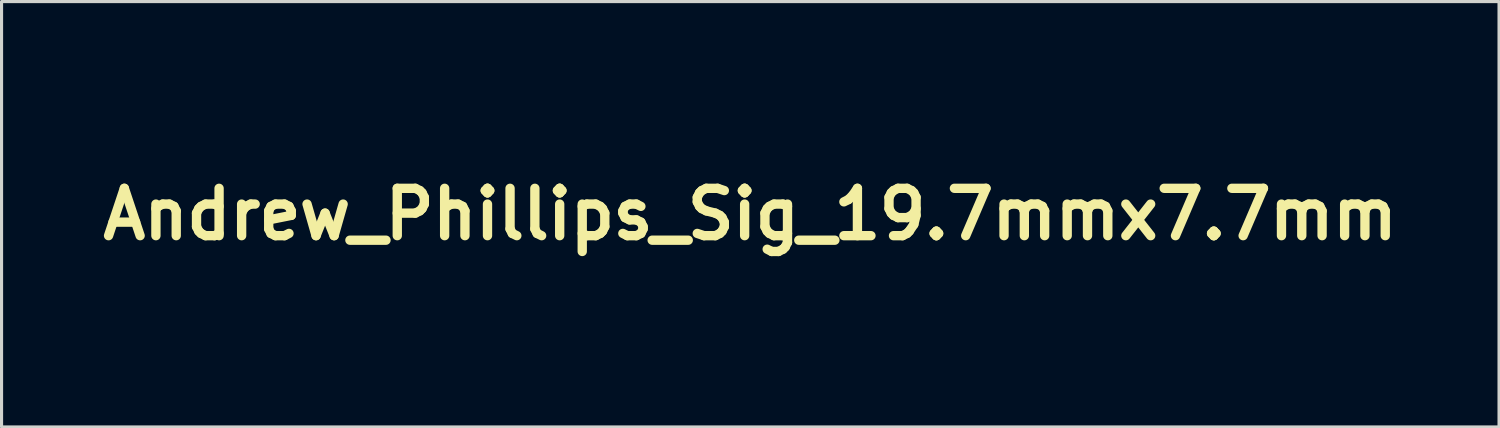
<source format=kicad_pcb>
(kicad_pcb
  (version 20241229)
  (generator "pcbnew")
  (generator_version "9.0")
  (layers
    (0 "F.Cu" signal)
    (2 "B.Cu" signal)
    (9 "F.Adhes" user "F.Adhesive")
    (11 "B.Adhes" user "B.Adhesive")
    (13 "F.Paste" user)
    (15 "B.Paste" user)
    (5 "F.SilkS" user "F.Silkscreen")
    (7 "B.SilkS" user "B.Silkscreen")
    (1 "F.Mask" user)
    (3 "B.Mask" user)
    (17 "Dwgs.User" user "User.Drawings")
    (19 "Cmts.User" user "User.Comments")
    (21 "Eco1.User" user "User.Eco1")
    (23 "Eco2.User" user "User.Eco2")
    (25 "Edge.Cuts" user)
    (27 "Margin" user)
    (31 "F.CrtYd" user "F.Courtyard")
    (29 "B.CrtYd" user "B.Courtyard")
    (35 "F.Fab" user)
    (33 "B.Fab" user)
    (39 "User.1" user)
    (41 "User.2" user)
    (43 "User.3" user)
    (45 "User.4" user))
  (footprint "Andrew_Phillips_Sig_19.7mmx7.7mm"
    (layer "F.Cu")
    (at 21.089 3.843)
    (property "Reference" "Andrew_Phillips_Sig_19.7mmx7.7mm" (at 0 0 0) (layer "F.SilkS") (effects (font (size 1.524 1.524) (thickness 0.3))))
    (attr through_hole)
    (fp_poly (pts (xy -8.41 -0.173) (xy -8.414 -0.169) (xy -8.417 -0.173) (xy -8.414 -0.176) (xy -8.41 -0.173)) (stroke (width 0.01) (type solid)) (fill no) (layer "Eco2.User"))
    (fp_poly (pts (xy -7.846 1.457) (xy -7.849 1.46) (xy -7.853 1.457) (xy -7.849 1.453) (xy -7.846 1.457)) (stroke (width 0.01) (type solid)) (fill no) (layer "Eco2.User"))
    (fp_poly (pts (xy -7.585 1.097) (xy -7.588 1.101) (xy -7.592 1.097) (xy -7.588 1.094) (xy -7.585 1.097)) (stroke (width 0.01) (type solid)) (fill no) (layer "Eco2.User"))
    (fp_poly (pts (xy -7.408 0.794) (xy -7.412 0.797) (xy -7.415 0.794) (xy -7.412 0.79) (xy -7.408 0.794)) (stroke (width 0.01) (type solid)) (fill no) (layer "Eco2.User"))
    (fp_poly (pts (xy -7.183 0.363) (xy -7.186 0.367) (xy -7.19 0.363) (xy -7.186 0.36) (xy -7.183 0.363)) (stroke (width 0.01) (type solid)) (fill no) (layer "Eco2.User"))
    (fp_poly (pts (xy -6.964 0.427) (xy -6.967 0.43) (xy -6.971 0.427) (xy -6.967 0.423) (xy -6.964 0.427)) (stroke (width 0.01) (type solid)) (fill no) (layer "Eco2.User"))
    (fp_poly (pts (xy -6.957 0.448) (xy -6.96 0.452) (xy -6.964 0.448) (xy -6.96 0.445) (xy -6.957 0.448)) (stroke (width 0.01) (type solid)) (fill no) (layer "Eco2.User"))
    (fp_poly (pts (xy -6.625 -1.401) (xy -6.629 -1.397) (xy -6.632 -1.401) (xy -6.629 -1.404) (xy -6.625 -1.401)) (stroke (width 0.01) (type solid)) (fill no) (layer "Eco2.User"))
    (fp_poly (pts (xy -6.519 -1.69) (xy -6.523 -1.686) (xy -6.526 -1.69) (xy -6.523 -1.693) (xy -6.519 -1.69)) (stroke (width 0.01) (type solid)) (fill no) (layer "Eco2.User"))
    (fp_poly (pts (xy -6.357 -2.261) (xy -6.361 -2.258) (xy -6.364 -2.261) (xy -6.361 -2.265) (xy -6.357 -2.261)) (stroke (width 0.01) (type solid)) (fill no) (layer "Eco2.User"))
    (fp_poly (pts (xy -6.322 -2.409) (xy -6.325 -2.406) (xy -6.329 -2.409) (xy -6.325 -2.413) (xy -6.322 -2.409)) (stroke (width 0.01) (type solid)) (fill no) (layer "Eco2.User"))
    (fp_poly (pts (xy -6.131 0.568) (xy -6.135 0.572) (xy -6.138 0.568) (xy -6.135 0.564) (xy -6.131 0.568)) (stroke (width 0.01) (type solid)) (fill no) (layer "Eco2.User"))
    (fp_poly (pts (xy -5.962 0.399) (xy -5.965 0.402) (xy -5.969 0.399) (xy -5.965 0.395) (xy -5.962 0.399)) (stroke (width 0.01) (type solid)) (fill no) (layer "Eco2.User"))
    (fp_poly (pts (xy 5.087 0.116) (xy 5.084 0.12) (xy 5.08 0.116) (xy 5.084 0.113) (xy 5.087 0.116)) (stroke (width 0.01) (type solid)) (fill no) (layer "Eco2.User"))
    (fp_poly (pts (xy 5.821 -0.109) (xy 5.817 -0.106) (xy 5.814 -0.109) (xy 5.817 -0.113) (xy 5.821 -0.109)) (stroke (width 0.01) (type solid)) (fill no) (layer "Eco2.User"))
    (fp_poly (pts (xy 7.606 -0.222) (xy 7.602 -0.219) (xy 7.599 -0.222) (xy 7.602 -0.226) (xy 7.606 -0.222)) (stroke (width 0.01) (type solid)) (fill no) (layer "Eco2.User"))
    (fp_poly (pts (xy 8.361 0.61) (xy 8.357 0.614) (xy 8.354 0.61) (xy 8.357 0.607) (xy 8.361 0.61)) (stroke (width 0.01) (type solid)) (fill no) (layer "Eco2.User"))
    (fp_poly (pts (xy 8.805 0.448) (xy 8.802 0.452) (xy 8.798 0.448) (xy 8.802 0.445) (xy 8.805 0.448)) (stroke (width 0.01) (type solid)) (fill no) (layer "Eco2.User"))
    (fp_poly (pts (xy -7.488 0.927) (xy -7.487 0.935) (xy -7.488 0.936) (xy -7.492 0.935) (xy -7.493 0.931) (xy -7.49 0.926) (xy -7.488 0.927)) (stroke (width 0.01) (type solid)) (fill no) (layer "Eco2.User"))
    (fp_poly (pts (xy -7.284 0.539) (xy -7.285 0.543) (xy -7.288 0.543) (xy -7.294 0.541) (xy -7.293 0.539) (xy -7.285 0.538) (xy -7.284 0.539)) (stroke (width 0.01) (type solid)) (fill no) (layer "Eco2.User"))
    (fp_poly (pts (xy -6.98 0.44) (xy -6.979 0.448) (xy -6.98 0.449) (xy -6.984 0.448) (xy -6.985 0.445) (xy -6.982 0.439) (xy -6.98 0.44)) (stroke (width 0.01) (type solid)) (fill no) (layer "Eco2.User"))
    (fp_poly (pts (xy -6.726 -0.873) (xy -6.725 -0.864) (xy -6.726 -0.863) (xy -6.73 -0.864) (xy -6.731 -0.868) (xy -6.728 -0.874) (xy -6.726 -0.873)) (stroke (width 0.01) (type solid)) (fill no) (layer "Eco2.User"))
    (fp_poly (pts (xy -5.435 0.344) (xy -5.434 0.355) (xy -5.436 0.358) (xy -5.439 0.356) (xy -5.439 0.349) (xy -5.438 0.341) (xy -5.435 0.344)) (stroke (width 0.01) (type solid)) (fill no) (layer "Eco2.User"))
    (fp_poly (pts (xy -7.628 1.151) (xy -7.632 1.158) (xy -7.641 1.161) (xy -7.644 1.158) (xy -7.643 1.149) (xy -7.641 1.146) (xy -7.631 1.145) (xy -7.628 1.151)) (stroke (width 0.01) (type solid)) (fill no) (layer "Eco2.User"))
    (fp_poly (pts (xy -8.756 0.57) (xy -8.756 0.572) (xy -8.761 0.578) (xy -8.763 0.579) (xy -8.77 0.573) (xy -8.77 0.572) (xy -8.765 0.565) (xy -8.763 0.564) (xy -8.756 0.57)) (stroke (width 0.01) (type solid)) (fill no) (layer "Eco2.User"))
    (fp_poly (pts (xy -7.903 1.501) (xy -7.902 1.506) (xy -7.906 1.516) (xy -7.909 1.517) (xy -7.916 1.512) (xy -7.916 1.51) (xy -7.911 1.501) (xy -7.909 1.499) (xy -7.903 1.501)) (stroke (width 0.01) (type solid)) (fill no) (layer "Eco2.User"))
    (fp_poly (pts (xy 8.756 0.287) (xy 8.756 0.289) (xy 8.754 0.296) (xy 8.753 0.296) (xy 8.747 0.291) (xy 8.745 0.289) (xy 8.746 0.283) (xy 8.748 0.282) (xy 8.756 0.287)) (stroke (width 0.01) (type solid)) (fill no) (layer "Eco2.User"))
    (fp_poly (pts (xy -8.64 0.298) (xy -8.636 0.303) (xy -8.641 0.31) (xy -8.642 0.31) (xy -8.654 0.313) (xy -8.661 0.315) (xy -8.67 0.316) (xy -8.67 0.31) (xy -8.663 0.302) (xy -8.65 0.298) (xy -8.64 0.298)) (stroke (width 0.01) (type solid)) (fill no) (layer "Eco2.User"))
    (fp_poly (pts (xy 1.591 0.425) (xy 1.594 0.427) (xy 1.595 0.437) (xy 1.593 0.457) (xy 1.589 0.482) (xy 1.582 0.51) (xy 1.574 0.535) (xy 1.569 0.549) (xy 1.562 0.572) (xy 1.559 0.594) (xy 1.556 0.614) (xy 1.548 0.638) (xy 1.544 0.647) (xy 1.533 0.665) (xy 1.524 0.676) (xy 1.519 0.676) (xy 1.519 0.667) (xy 1.52 0.661) (xy 1.524 0.646) (xy 1.529 0.622) (xy 1.532 0.607) (xy 1.536 0.588) (xy 1.543 0.562) (xy 1.552 0.531) (xy 1.561 0.499) (xy 1.57 0.469) (xy 1.578 0.445) (xy 1.583 0.428) (xy 1.585 0.424) (xy 1.591 0.425)) (stroke (width 0.01) (type solid)) (fill no) (layer "Eco2.User"))
    (fp_poly (pts (xy 5.831 0.086) (xy 5.84 0.09) (xy 5.842 0.099) (xy 5.839 0.11) (xy 5.835 0.113) (xy 5.828 0.118) (xy 5.828 0.12) (xy 5.823 0.13) (xy 5.813 0.144) (xy 5.81 0.147) (xy 5.799 0.161) (xy 5.793 0.17) (xy 5.793 0.171) (xy 5.788 0.18) (xy 5.776 0.192) (xy 5.762 0.204) (xy 5.75 0.211) (xy 5.747 0.211) (xy 5.746 0.207) (xy 5.752 0.199) (xy 5.758 0.189) (xy 5.76 0.175) (xy 5.759 0.151) (xy 5.758 0.14) (xy 5.756 0.113) (xy 5.758 0.097) (xy 5.767 0.089) (xy 5.785 0.085) (xy 5.812 0.085) (xy 5.831 0.086)) (stroke (width 0.01) (type solid)) (fill no) (layer "Eco2.User"))
    (fp_poly (pts (xy 5.983 -0.194) (xy 5.98 -0.178) (xy 5.971 -0.155) (xy 5.961 -0.137) (xy 5.94 -0.099) (xy 5.896 -0.099) (xy 5.871 -0.1) (xy 5.851 -0.102) (xy 5.842 -0.104) (xy 5.827 -0.112) (xy 5.823 -0.116) (xy 5.81 -0.127) (xy 5.803 -0.133) (xy 5.796 -0.143) (xy 5.801 -0.153) (xy 5.806 -0.163) (xy 5.801 -0.169) (xy 5.797 -0.175) (xy 5.806 -0.186) (xy 5.807 -0.187) (xy 5.817 -0.194) (xy 5.821 -0.193) (xy 5.824 -0.192) (xy 5.827 -0.196) (xy 5.838 -0.201) (xy 5.862 -0.206) (xy 5.901 -0.209) (xy 5.908 -0.21) (xy 5.983 -0.214) (xy 5.983 -0.194)) (stroke (width 0.01) (type solid)) (fill no) (layer "Eco2.User"))
    (fp_poly (pts (xy 5.52 -0.19) (xy 5.543 -0.19) (xy 5.557 -0.188) (xy 5.56 -0.187) (xy 5.557 -0.178) (xy 5.55 -0.163) (xy 5.549 -0.162) (xy 5.54 -0.149) (xy 5.529 -0.143) (xy 5.51 -0.142) (xy 5.508 -0.142) (xy 5.485 -0.143) (xy 5.464 -0.146) (xy 5.461 -0.146) (xy 5.444 -0.151) (xy 5.435 -0.156) (xy 5.425 -0.159) (xy 5.422 -0.156) (xy 5.413 -0.152) (xy 5.405 -0.155) (xy 5.387 -0.161) (xy 5.374 -0.162) (xy 5.357 -0.165) (xy 5.352 -0.172) (xy 5.359 -0.18) (xy 5.366 -0.183) (xy 5.378 -0.186) (xy 5.4 -0.188) (xy 5.428 -0.189) (xy 5.46 -0.19) (xy 5.492 -0.191) (xy 5.52 -0.19)) (stroke (width 0.01) (type solid)) (fill no) (layer "Eco2.User"))
    (fp_poly (pts (xy 6.77 0.152) (xy 6.796 0.155) (xy 6.814 0.16) (xy 6.823 0.165) (xy 6.823 0.166) (xy 6.817 0.175) (xy 6.803 0.187) (xy 6.795 0.192) (xy 6.765 0.21) (xy 6.736 0.229) (xy 6.71 0.247) (xy 6.69 0.262) (xy 6.677 0.273) (xy 6.675 0.276) (xy 6.669 0.282) (xy 6.668 0.282) (xy 6.663 0.276) (xy 6.661 0.26) (xy 6.66 0.255) (xy 6.663 0.231) (xy 6.67 0.209) (xy 6.671 0.207) (xy 6.68 0.186) (xy 6.679 0.174) (xy 6.669 0.169) (xy 6.667 0.169) (xy 6.657 0.167) (xy 6.656 0.163) (xy 6.666 0.158) (xy 6.686 0.154) (xy 6.712 0.152) (xy 6.742 0.151) (xy 6.77 0.152)) (stroke (width 0.01) (type solid)) (fill no) (layer "Eco2.User"))
    (fp_poly (pts (xy 7.521 0.208) (xy 7.555 0.21) (xy 7.6 0.214) (xy 7.611 0.215) (xy 7.641 0.22) (xy 7.662 0.226) (xy 7.678 0.236) (xy 7.679 0.238) (xy 7.694 0.255) (xy 7.696 0.27) (xy 7.687 0.282) (xy 7.678 0.295) (xy 7.676 0.303) (xy 7.672 0.318) (xy 7.669 0.322) (xy 7.661 0.335) (xy 7.659 0.34) (xy 7.654 0.357) (xy 7.644 0.375) (xy 7.627 0.395) (xy 7.603 0.419) (xy 7.575 0.444) (xy 7.548 0.466) (xy 7.525 0.483) (xy 7.507 0.492) (xy 7.501 0.494) (xy 7.493 0.488) (xy 7.49 0.482) (xy 7.49 0.468) (xy 7.493 0.462) (xy 7.496 0.452) (xy 7.497 0.431) (xy 7.498 0.403) (xy 7.498 0.37) (xy 7.497 0.336) (xy 7.495 0.303) (xy 7.493 0.274) (xy 7.491 0.253) (xy 7.487 0.242) (xy 7.487 0.241) (xy 7.48 0.233) (xy 7.479 0.229) (xy 7.474 0.22) (xy 7.47 0.219) (xy 7.467 0.216) (xy 7.473 0.211) (xy 7.482 0.208) (xy 7.498 0.207) (xy 7.521 0.208)) (stroke (width 0.01) (type solid)) (fill no) (layer "Eco2.User"))
    (fp_poly (pts (xy 6.067 -0.643) (xy 6.071 -0.627) (xy 6.072 -0.607) (xy 6.071 -0.579) (xy 6.069 -0.547) (xy 6.065 -0.514) (xy 6.061 -0.484) (xy 6.056 -0.46) (xy 6.051 -0.445) (xy 6.049 -0.442) (xy 6.04 -0.432) (xy 6.04 -0.427) (xy 6.034 -0.417) (xy 6.027 -0.414) (xy 6.015 -0.412) (xy 5.995 -0.411) (xy 5.972 -0.41) (xy 5.95 -0.409) (xy 5.933 -0.409) (xy 5.926 -0.411) (xy 5.926 -0.411) (xy 5.923 -0.431) (xy 5.929 -0.443) (xy 5.931 -0.445) (xy 5.938 -0.458) (xy 5.937 -0.466) (xy 5.938 -0.477) (xy 5.951 -0.488) (xy 5.956 -0.491) (xy 5.971 -0.499) (xy 5.974 -0.504) (xy 5.966 -0.508) (xy 5.965 -0.509) (xy 5.957 -0.513) (xy 5.962 -0.515) (xy 5.972 -0.521) (xy 5.983 -0.535) (xy 5.987 -0.542) (xy 5.997 -0.559) (xy 6.007 -0.572) (xy 6.01 -0.574) (xy 6.016 -0.584) (xy 6.018 -0.597) (xy 6.023 -0.613) (xy 6.032 -0.619) (xy 6.044 -0.628) (xy 6.048 -0.637) (xy 6.053 -0.651) (xy 6.06 -0.653) (xy 6.067 -0.643)) (stroke (width 0.01) (type solid)) (fill no) (layer "Eco2.User"))
    (fp_poly (pts (xy 7.893 0.49) (xy 7.908 0.497) (xy 7.928 0.508) (xy 7.948 0.523) (xy 7.964 0.536) (xy 7.972 0.545) (xy 7.98 0.55) (xy 7.983 0.55) (xy 7.995 0.555) (xy 8.01 0.565) (xy 8.014 0.568) (xy 8.029 0.579) (xy 8.041 0.585) (xy 8.043 0.586) (xy 8.053 0.59) (xy 8.068 0.6) (xy 8.085 0.613) (xy 8.099 0.625) (xy 8.106 0.634) (xy 8.107 0.635) (xy 8.1 0.64) (xy 8.083 0.647) (xy 8.059 0.653) (xy 8.03 0.659) (xy 8.019 0.66) (xy 7.986 0.664) (xy 7.949 0.668) (xy 7.908 0.671) (xy 7.866 0.673) (xy 7.827 0.675) (xy 7.791 0.676) (xy 7.763 0.676) (xy 7.744 0.675) (xy 7.738 0.673) (xy 7.733 0.665) (xy 7.736 0.655) (xy 7.748 0.639) (xy 7.751 0.636) (xy 7.761 0.622) (xy 7.765 0.614) (xy 7.764 0.614) (xy 7.764 0.609) (xy 7.769 0.603) (xy 7.782 0.603) (xy 7.786 0.607) (xy 7.789 0.603) (xy 7.786 0.6) (xy 7.782 0.603) (xy 7.769 0.603) (xy 7.772 0.599) (xy 7.785 0.59) (xy 7.794 0.589) (xy 7.802 0.586) (xy 7.803 0.58) (xy 7.809 0.568) (xy 7.823 0.557) (xy 7.844 0.542) (xy 7.862 0.523) (xy 7.872 0.505) (xy 7.874 0.498) (xy 7.876 0.49) (xy 7.887 0.489) (xy 7.893 0.49)) (stroke (width 0.01) (type solid)) (fill no) (layer "Eco2.User"))
    (fp_poly (pts (xy 7.231 0.235) (xy 7.244 0.243) (xy 7.252 0.26) (xy 7.256 0.287) (xy 7.259 0.31) (xy 7.261 0.339) (xy 7.262 0.358) (xy 7.259 0.373) (xy 7.253 0.386) (xy 7.245 0.4) (xy 7.233 0.42) (xy 7.226 0.437) (xy 7.225 0.443) (xy 7.219 0.46) (xy 7.202 0.48) (xy 7.176 0.502) (xy 7.144 0.525) (xy 7.109 0.546) (xy 7.072 0.565) (xy 7.036 0.579) (xy 7.013 0.586) (xy 6.991 0.591) (xy 6.973 0.597) (xy 6.967 0.6) (xy 6.954 0.605) (xy 6.927 0.611) (xy 6.887 0.617) (xy 6.885 0.618) (xy 6.866 0.616) (xy 6.857 0.609) (xy 6.846 0.594) (xy 6.84 0.583) (xy 6.826 0.57) (xy 6.81 0.566) (xy 6.795 0.563) (xy 6.787 0.558) (xy 6.787 0.557) (xy 6.782 0.553) (xy 6.778 0.554) (xy 6.767 0.553) (xy 6.753 0.544) (xy 6.742 0.529) (xy 6.74 0.516) (xy 6.747 0.507) (xy 6.757 0.506) (xy 6.77 0.502) (xy 6.776 0.491) (xy 6.785 0.477) (xy 6.794 0.471) (xy 6.806 0.463) (xy 6.809 0.456) (xy 6.814 0.446) (xy 6.819 0.445) (xy 6.829 0.439) (xy 6.83 0.434) (xy 6.836 0.424) (xy 6.848 0.416) (xy 6.864 0.407) (xy 6.885 0.393) (xy 6.901 0.381) (xy 6.919 0.366) (xy 6.933 0.356) (xy 6.939 0.353) (xy 6.947 0.349) (xy 6.962 0.339) (xy 6.973 0.332) (xy 6.998 0.317) (xy 7.028 0.305) (xy 7.041 0.301) (xy 7.063 0.294) (xy 7.081 0.286) (xy 7.087 0.282) (xy 7.11 0.262) (xy 7.146 0.247) (xy 7.182 0.238) (xy 7.211 0.234) (xy 7.231 0.235)) (stroke (width 0.01) (type solid)) (fill no) (layer "Eco2.User"))
    (fp_poly (pts (xy 1.663 -0.629) (xy 1.665 -0.623) (xy 1.666 -0.611) (xy 1.666 -0.59) (xy 1.666 -0.561) (xy 1.666 -0.52) (xy 1.666 -0.467) (xy 1.666 -0.452) (xy 1.666 -0.381) (xy 1.664 -0.324) (xy 1.663 -0.278) (xy 1.66 -0.243) (xy 1.657 -0.218) (xy 1.653 -0.201) (xy 1.648 -0.191) (xy 1.647 -0.191) (xy 1.639 -0.178) (xy 1.63 -0.158) (xy 1.626 -0.148) (xy 1.616 -0.127) (xy 1.607 -0.11) (xy 1.604 -0.105) (xy 1.596 -0.092) (xy 1.595 -0.086) (xy 1.59 -0.075) (xy 1.58 -0.064) (xy 1.57 -0.048) (xy 1.566 -0.036) (xy 1.561 -0.021) (xy 1.556 -0.014) (xy 1.547 -0.002) (xy 1.545 0.005) (xy 1.542 0.018) (xy 1.533 0.039) (xy 1.52 0.066) (xy 1.506 0.092) (xy 1.496 0.109) (xy 1.496 0.091) (xy 1.499 0.075) (xy 1.504 0.065) (xy 1.508 0.051) (xy 1.506 0.038) (xy 1.503 0.017) (xy 1.502 -0.007) (xy 1.502 -0.013) (xy 1.504 -0.039) (xy 1.506 -0.069) (xy 1.506 -0.08) (xy 1.509 -0.113) (xy 1.512 -0.147) (xy 1.516 -0.176) (xy 1.52 -0.197) (xy 1.522 -0.205) (xy 1.526 -0.219) (xy 1.528 -0.236) (xy 1.531 -0.27) (xy 1.535 -0.299) (xy 1.54 -0.322) (xy 1.544 -0.335) (xy 1.546 -0.337) (xy 1.55 -0.345) (xy 1.552 -0.361) (xy 1.552 -0.361) (xy 1.556 -0.393) (xy 1.566 -0.432) (xy 1.581 -0.471) (xy 1.589 -0.492) (xy 1.594 -0.51) (xy 1.595 -0.514) (xy 1.598 -0.527) (xy 1.607 -0.548) (xy 1.62 -0.572) (xy 1.634 -0.596) (xy 1.646 -0.616) (xy 1.654 -0.625) (xy 1.658 -0.629) (xy 1.661 -0.631) (xy 1.663 -0.629)) (stroke (width 0.01) (type solid)) (fill no) (layer "Eco2.User"))
    (fp_poly (pts (xy 8.201 0.247) (xy 8.252 0.249) (xy 8.297 0.252) (xy 8.335 0.256) (xy 8.364 0.261) (xy 8.382 0.266) (xy 8.385 0.268) (xy 8.398 0.274) (xy 8.404 0.275) (xy 8.416 0.279) (xy 8.433 0.291) (xy 8.445 0.3) (xy 8.464 0.314) (xy 8.478 0.323) (xy 8.484 0.325) (xy 8.494 0.33) (xy 8.507 0.343) (xy 8.52 0.359) (xy 8.53 0.376) (xy 8.533 0.388) (xy 8.533 0.39) (xy 8.53 0.402) (xy 8.529 0.421) (xy 8.529 0.429) (xy 8.529 0.449) (xy 8.523 0.468) (xy 8.51 0.491) (xy 8.507 0.496) (xy 8.462 0.55) (xy 8.413 0.592) (xy 8.393 0.603) (xy 8.377 0.607) (xy 8.369 0.603) (xy 8.368 0.6) (xy 8.362 0.594) (xy 8.356 0.593) (xy 8.346 0.588) (xy 8.329 0.576) (xy 8.308 0.559) (xy 8.286 0.539) (xy 8.266 0.52) (xy 8.25 0.503) (xy 8.242 0.491) (xy 8.241 0.489) (xy 8.235 0.48) (xy 8.227 0.476) (xy 8.214 0.468) (xy 8.21 0.461) (xy 8.201 0.454) (xy 8.222 0.454) (xy 8.223 0.458) (xy 8.227 0.459) (xy 8.233 0.456) (xy 8.231 0.454) (xy 8.223 0.453) (xy 8.222 0.454) (xy 8.201 0.454) (xy 8.201 0.454) (xy 8.192 0.455) (xy 8.18 0.456) (xy 8.177 0.452) (xy 8.172 0.445) (xy 8.157 0.436) (xy 8.154 0.435) (xy 8.133 0.422) (xy 8.119 0.409) (xy 8.156 0.409) (xy 8.161 0.416) (xy 8.163 0.416) (xy 8.17 0.414) (xy 8.17 0.413) (xy 8.165 0.407) (xy 8.163 0.406) (xy 8.157 0.406) (xy 8.156 0.409) (xy 8.119 0.409) (xy 8.115 0.405) (xy 8.115 0.405) (xy 8.099 0.39) (xy 8.081 0.381) (xy 8.08 0.381) (xy 8.066 0.375) (xy 8.061 0.362) (xy 8.061 0.358) (xy 8.059 0.344) (xy 8.05 0.339) (xy 8.045 0.339) (xy 8.032 0.334) (xy 8.029 0.326) (xy 8.028 0.318) (xy 8.025 0.323) (xy 8.023 0.327) (xy 8.019 0.334) (xy 8.013 0.332) (xy 8.003 0.321) (xy 7.995 0.311) (xy 7.983 0.295) (xy 7.977 0.285) (xy 7.977 0.282) (xy 7.977 0.278) (xy 7.971 0.272) (xy 7.963 0.264) (xy 7.965 0.259) (xy 7.978 0.254) (xy 8.002 0.251) (xy 8.039 0.249) (xy 8.093 0.247) (xy 8.148 0.246) (xy 8.201 0.247)) (stroke (width 0.01) (type solid)) (fill no) (layer "Eco2.User"))
    (fp_poly (pts (xy 5.375 0.033) (xy 5.403 0.036) (xy 5.43 0.041) (xy 5.507 0.053) (xy 5.508 0.141) (xy 5.509 0.178) (xy 5.51 0.212) (xy 5.511 0.24) (xy 5.513 0.258) (xy 5.52 0.316) (xy 5.527 0.362) (xy 5.532 0.394) (xy 5.537 0.414) (xy 5.539 0.42) (xy 5.545 0.437) (xy 5.547 0.445) (xy 5.543 0.455) (xy 5.53 0.472) (xy 5.51 0.493) (xy 5.485 0.517) (xy 5.457 0.541) (xy 5.429 0.564) (xy 5.416 0.573) (xy 5.392 0.592) (xy 5.368 0.612) (xy 5.353 0.626) (xy 5.338 0.64) (xy 5.327 0.648) (xy 5.324 0.649) (xy 5.314 0.654) (xy 5.3 0.666) (xy 5.298 0.668) (xy 5.284 0.68) (xy 5.261 0.694) (xy 5.235 0.707) (xy 5.21 0.719) (xy 5.19 0.726) (xy 5.183 0.727) (xy 5.17 0.722) (xy 5.162 0.716) (xy 5.151 0.708) (xy 5.146 0.706) (xy 5.135 0.699) (xy 5.128 0.683) (xy 5.127 0.674) (xy 5.136 0.674) (xy 5.14 0.677) (xy 5.144 0.674) (xy 5.14 0.67) (xy 5.136 0.674) (xy 5.127 0.674) (xy 5.125 0.662) (xy 5.126 0.648) (xy 5.128 0.63) (xy 5.124 0.622) (xy 5.121 0.621) (xy 5.121 0.616) (xy 5.129 0.605) (xy 5.144 0.588) (xy 5.145 0.587) (xy 5.171 0.56) (xy 5.189 0.542) (xy 5.2 0.529) (xy 5.205 0.521) (xy 5.207 0.516) (xy 5.207 0.516) (xy 5.212 0.507) (xy 5.212 0.507) (xy 5.22 0.499) (xy 5.231 0.484) (xy 5.243 0.465) (xy 5.252 0.448) (xy 5.256 0.438) (xy 5.256 0.437) (xy 5.261 0.426) (xy 5.267 0.418) (xy 5.275 0.406) (xy 5.275 0.4) (xy 5.278 0.389) (xy 5.284 0.383) (xy 5.291 0.375) (xy 5.287 0.369) (xy 5.285 0.368) (xy 5.279 0.361) (xy 5.284 0.353) (xy 5.287 0.349) (xy 5.295 0.338) (xy 5.295 0.331) (xy 5.295 0.32) (xy 5.297 0.315) (xy 5.301 0.306) (xy 5.307 0.287) (xy 5.312 0.264) (xy 5.317 0.242) (xy 5.32 0.225) (xy 5.32 0.221) (xy 5.326 0.219) (xy 5.334 0.219) (xy 5.346 0.215) (xy 5.348 0.208) (xy 5.341 0.203) (xy 5.336 0.195) (xy 5.333 0.178) (xy 5.33 0.155) (xy 5.33 0.132) (xy 5.332 0.112) (xy 5.335 0.101) (xy 5.339 0.087) (xy 5.339 0.065) (xy 5.338 0.063) (xy 5.337 0.043) (xy 5.341 0.033) (xy 5.343 0.031) (xy 5.354 0.031) (xy 5.375 0.033)) (stroke (width 0.01) (type solid)) (fill no) (layer "Eco2.User"))
    (fp_poly (pts (xy 3.577 -0.766) (xy 3.583 -0.755) (xy 3.583 -0.733) (xy 3.578 -0.7) (xy 3.573 -0.677) (xy 3.567 -0.648) (xy 3.562 -0.619) (xy 3.559 -0.602) (xy 3.555 -0.576) (xy 3.549 -0.547) (xy 3.546 -0.535) (xy 3.538 -0.506) (xy 3.529 -0.476) (xy 3.526 -0.466) (xy 3.519 -0.444) (xy 3.511 -0.428) (xy 3.508 -0.425) (xy 3.503 -0.414) (xy 3.503 -0.409) (xy 3.503 -0.399) (xy 3.498 -0.383) (xy 3.497 -0.38) (xy 3.488 -0.359) (xy 3.476 -0.333) (xy 3.472 -0.322) (xy 3.46 -0.296) (xy 3.449 -0.268) (xy 3.445 -0.259) (xy 3.436 -0.238) (xy 3.427 -0.222) (xy 3.424 -0.218) (xy 3.417 -0.207) (xy 3.415 -0.202) (xy 3.411 -0.194) (xy 3.402 -0.178) (xy 3.39 -0.161) (xy 3.377 -0.14) (xy 3.368 -0.122) (xy 3.365 -0.113) (xy 3.361 -0.1) (xy 3.351 -0.088) (xy 3.339 -0.075) (xy 3.322 -0.055) (xy 3.31 -0.039) (xy 3.28 0.000416) (xy 3.251 0.036) (xy 3.225 0.065) (xy 3.201 0.089) (xy 3.182 0.104) (xy 3.168 0.111) (xy 3.161 0.108) (xy 3.161 0.105) (xy 3.164 0.089) (xy 3.164 0.088) (xy 3.175 0.088) (xy 3.179 0.092) (xy 3.182 0.088) (xy 3.179 0.085) (xy 3.175 0.088) (xy 3.164 0.088) (xy 3.172 0.064) (xy 3.184 0.033) (xy 3.194 0.009) (xy 3.203 -0.014) (xy 3.209 -0.033) (xy 3.21 -0.041) (xy 3.212 -0.052) (xy 3.212 -0.053) (xy 3.295 -0.053) (xy 3.298 -0.049) (xy 3.302 -0.053) (xy 3.298 -0.056) (xy 3.295 -0.053) (xy 3.212 -0.053) (xy 3.217 -0.068) (xy 3.226 -0.091) (xy 3.24 -0.123) (xy 3.26 -0.165) (xy 3.266 -0.177) (xy 3.278 -0.204) (xy 3.288 -0.227) (xy 3.294 -0.243) (xy 3.295 -0.247) (xy 3.299 -0.257) (xy 3.309 -0.273) (xy 3.315 -0.281) (xy 3.329 -0.302) (xy 3.339 -0.324) (xy 3.34 -0.33) (xy 3.346 -0.347) (xy 3.351 -0.356) (xy 3.352 -0.357) (xy 3.358 -0.365) (xy 3.368 -0.381) (xy 3.374 -0.393) (xy 3.388 -0.421) (xy 3.397 -0.439) (xy 3.404 -0.448) (xy 3.408 -0.451) (xy 3.41 -0.452) (xy 3.414 -0.457) (xy 3.415 -0.465) (xy 3.42 -0.48) (xy 3.425 -0.487) (xy 3.434 -0.499) (xy 3.436 -0.505) (xy 3.439 -0.518) (xy 3.448 -0.539) (xy 3.46 -0.564) (xy 3.472 -0.588) (xy 3.484 -0.609) (xy 3.493 -0.62) (xy 3.494 -0.621) (xy 3.499 -0.63) (xy 3.503 -0.644) (xy 3.509 -0.659) (xy 3.514 -0.667) (xy 3.52 -0.677) (xy 3.521 -0.684) (xy 3.526 -0.698) (xy 3.535 -0.71) (xy 3.548 -0.726) (xy 3.56 -0.746) (xy 3.56 -0.746) (xy 3.568 -0.761) (xy 3.576 -0.766) (xy 3.577 -0.766)) (stroke (width 0.01) (type solid)) (fill no) (layer "Eco2.User"))
    (fp_poly (pts (xy 6.631 -0.222) (xy 6.699 -0.221) (xy 6.757 -0.221) (xy 6.806 -0.22) (xy 6.848 -0.218) (xy 6.885 -0.216) (xy 6.917 -0.213) (xy 6.948 -0.21) (xy 6.95 -0.21) (xy 7.015 -0.202) (xy 7.068 -0.195) (xy 7.108 -0.189) (xy 7.137 -0.184) (xy 7.155 -0.18) (xy 7.164 -0.177) (xy 7.165 -0.176) (xy 7.175 -0.171) (xy 7.19 -0.169) (xy 7.206 -0.167) (xy 7.214 -0.163) (xy 7.222 -0.159) (xy 7.241 -0.153) (xy 7.266 -0.146) (xy 7.272 -0.145) (xy 7.309 -0.136) (xy 7.344 -0.127) (xy 7.374 -0.119) (xy 7.396 -0.111) (xy 7.408 -0.106) (xy 7.408 -0.105) (xy 7.417 -0.101) (xy 7.434 -0.096) (xy 7.447 -0.093) (xy 7.472 -0.086) (xy 7.498 -0.077) (xy 7.527 -0.064) (xy 7.552 -0.052) (xy 7.57 -0.045) (xy 7.584 -0.042) (xy 7.599 -0.037) (xy 7.607 -0.031) (xy 7.615 -0.015) (xy 7.617 0.004) (xy 7.616 0.023) (xy 7.611 0.038) (xy 7.603 0.048) (xy 7.593 0.048) (xy 7.589 0.045) (xy 7.58 0.042) (xy 7.562 0.041) (xy 7.55 0.041) (xy 7.522 0.04) (xy 7.491 0.035) (xy 7.478 0.032) (xy 7.449 0.026) (xy 7.415 0.022) (xy 7.4 0.021) (xy 7.375 0.02) (xy 7.354 0.017) (xy 7.345 0.014) (xy 7.332 0.01) (xy 7.309 0.007) (xy 7.28 0.005) (xy 7.269 0.005) (xy 7.24 0.003) (xy 7.216 0.001) (xy 7.2 -0.002) (xy 7.197 -0.003) (xy 7.185 -0.006) (xy 7.161 -0.009) (xy 7.124 -0.011) (xy 7.077 -0.014) (xy 7.029 -0.015) (xy 7.01 -0.017) (xy 6.997 -0.021) (xy 6.995 -0.022) (xy 6.986 -0.025) (xy 6.968 -0.025) (xy 6.946 -0.024) (xy 6.919 -0.022) (xy 6.904 -0.023) (xy 6.9 -0.027) (xy 6.894 -0.032) (xy 6.875 -0.034) (xy 6.842 -0.034) (xy 6.839 -0.034) (xy 6.805 -0.034) (xy 6.767 -0.035) (xy 6.726 -0.036) (xy 6.684 -0.038) (xy 6.646 -0.04) (xy 6.612 -0.042) (xy 6.585 -0.045) (xy 6.568 -0.047) (xy 6.563 -0.049) (xy 6.556 -0.051) (xy 6.538 -0.052) (xy 6.513 -0.051) (xy 6.505 -0.051) (xy 6.434 -0.053) (xy 6.389 -0.06) (xy 6.355 -0.066) (xy 6.323 -0.069) (xy 6.298 -0.069) (xy 6.298 -0.069) (xy 6.277 -0.068) (xy 6.264 -0.07) (xy 6.261 -0.071) (xy 6.252 -0.076) (xy 6.24 -0.078) (xy 6.227 -0.08) (xy 6.223 -0.085) (xy 6.217 -0.089) (xy 6.208 -0.088) (xy 6.199 -0.086) (xy 6.196 -0.091) (xy 6.198 -0.107) (xy 6.206 -0.128) (xy 6.218 -0.145) (xy 6.231 -0.163) (xy 6.235 -0.183) (xy 6.238 -0.202) (xy 6.244 -0.214) (xy 6.244 -0.215) (xy 6.253 -0.217) (xy 6.274 -0.219) (xy 6.307 -0.22) (xy 6.354 -0.221) (xy 6.413 -0.222) (xy 6.487 -0.222) (xy 6.55 -0.222) (xy 6.631 -0.222)) (stroke (width 0.01) (type solid)) (fill no) (layer "Eco2.User"))
    (fp_poly (pts (xy 6.174 0.114) (xy 6.193 0.116) (xy 6.23 0.117) (xy 6.265 0.119) (xy 6.296 0.12) (xy 6.309 0.12) (xy 6.336 0.122) (xy 6.357 0.129) (xy 6.369 0.139) (xy 6.371 0.151) (xy 6.366 0.158) (xy 6.363 0.162) (xy 6.36 0.17) (xy 6.356 0.185) (xy 6.353 0.201) (xy 6.347 0.222) (xy 6.338 0.245) (xy 6.337 0.247) (xy 6.33 0.267) (xy 6.327 0.285) (xy 6.327 0.287) (xy 6.324 0.301) (xy 6.318 0.306) (xy 6.31 0.315) (xy 6.308 0.326) (xy 6.304 0.345) (xy 6.299 0.357) (xy 6.29 0.373) (xy 6.278 0.393) (xy 6.275 0.399) (xy 6.26 0.422) (xy 6.244 0.443) (xy 6.241 0.446) (xy 6.229 0.459) (xy 6.223 0.468) (xy 6.223 0.469) (xy 6.218 0.476) (xy 6.205 0.489) (xy 6.188 0.504) (xy 6.169 0.52) (xy 6.152 0.534) (xy 6.146 0.538) (xy 6.129 0.547) (xy 6.114 0.55) (xy 6.099 0.555) (xy 6.093 0.56) (xy 6.082 0.567) (xy 6.061 0.573) (xy 6.034 0.578) (xy 6.034 0.578) (xy 6.006 0.583) (xy 5.981 0.589) (xy 5.966 0.595) (xy 5.965 0.596) (xy 5.95 0.604) (xy 5.939 0.607) (xy 5.928 0.611) (xy 5.913 0.621) (xy 5.894 0.633) (xy 5.882 0.633) (xy 5.877 0.622) (xy 5.877 0.621) (xy 5.873 0.609) (xy 5.866 0.607) (xy 5.855 0.601) (xy 5.852 0.596) (xy 5.843 0.587) (xy 5.838 0.586) (xy 5.829 0.582) (xy 5.831 0.572) (xy 5.835 0.568) (xy 5.997 0.568) (xy 6.001 0.572) (xy 6.004 0.568) (xy 6.001 0.564) (xy 5.997 0.568) (xy 5.835 0.568) (xy 5.836 0.566) (xy 5.841 0.556) (xy 5.836 0.549) (xy 5.829 0.535) (xy 5.83 0.52) (xy 5.838 0.511) (xy 5.845 0.504) (xy 5.877 0.504) (xy 5.881 0.508) (xy 5.884 0.504) (xy 5.881 0.501) (xy 5.877 0.504) (xy 5.845 0.504) (xy 5.845 0.504) (xy 5.845 0.5) (xy 5.847 0.493) (xy 5.855 0.489) (xy 5.868 0.479) (xy 5.872 0.459) (xy 5.871 0.451) (xy 5.876 0.445) (xy 5.887 0.438) (xy 5.901 0.426) (xy 5.912 0.409) (xy 5.92 0.395) (xy 5.927 0.388) (xy 5.927 0.388) (xy 5.937 0.384) (xy 5.951 0.373) (xy 5.963 0.361) (xy 5.969 0.352) (xy 5.969 0.351) (xy 5.973 0.342) (xy 5.982 0.326) (xy 5.989 0.315) (xy 6.002 0.296) (xy 6.011 0.279) (xy 6.013 0.273) (xy 6.022 0.263) (xy 6.029 0.261) (xy 6.036 0.258) (xy 6.036 0.245) (xy 6.035 0.242) (xy 6.033 0.229) (xy 6.038 0.227) (xy 6.042 0.228) (xy 6.051 0.229) (xy 6.051 0.227) (xy 6.052 0.218) (xy 6.061 0.203) (xy 6.068 0.193) (xy 6.08 0.175) (xy 6.088 0.16) (xy 6.089 0.155) (xy 6.094 0.142) (xy 6.103 0.128) (xy 6.11 0.12) (xy 6.118 0.116) (xy 6.129 0.114) (xy 6.147 0.113) (xy 6.174 0.114)) (stroke (width 0.01) (type solid)) (fill no) (layer "Eco2.User"))
    (fp_poly (pts (xy 3.075 -1.286) (xy 3.097 -1.282) (xy 3.108 -1.277) (xy 3.119 -1.272) (xy 3.137 -1.266) (xy 3.143 -1.264) (xy 3.166 -1.252) (xy 3.181 -1.234) (xy 3.191 -1.206) (xy 3.193 -1.189) (xy 3.194 -1.166) (xy 3.191 -1.136) (xy 3.186 -1.103) (xy 3.18 -1.072) (xy 3.172 -1.047) (xy 3.165 -1.031) (xy 3.164 -1.029) (xy 3.156 -1.02) (xy 3.157 -1.016) (xy 3.155 -1.011) (xy 3.148 -0.997) (xy 3.135 -0.977) (xy 3.134 -0.975) (xy 3.118 -0.95) (xy 3.104 -0.926) (xy 3.095 -0.91) (xy 3.08 -0.883) (xy 3.067 -0.866) (xy 3.058 -0.861) (xy 3.051 -0.855) (xy 3.043 -0.84) (xy 3.039 -0.832) (xy 3.029 -0.814) (xy 3.019 -0.802) (xy 3.016 -0.8) (xy 3.007 -0.793) (xy 3.006 -0.789) (xy 3.001 -0.78) (xy 2.989 -0.764) (xy 2.972 -0.744) (xy 2.953 -0.722) (xy 2.934 -0.702) (xy 2.917 -0.686) (xy 2.905 -0.676) (xy 2.902 -0.675) (xy 2.896 -0.672) (xy 2.896 -0.67) (xy 2.893 -0.663) (xy 2.881 -0.648) (xy 2.861 -0.626) (xy 2.835 -0.6) (xy 2.805 -0.57) (xy 2.772 -0.538) (xy 2.737 -0.506) (xy 2.703 -0.475) (xy 2.67 -0.447) (xy 2.641 -0.422) (xy 2.632 -0.415) (xy 2.606 -0.394) (xy 2.581 -0.372) (xy 2.565 -0.358) (xy 2.551 -0.345) (xy 2.539 -0.334) (xy 2.528 -0.324) (xy 2.514 -0.312) (xy 2.497 -0.298) (xy 2.474 -0.279) (xy 2.442 -0.254) (xy 2.425 -0.241) (xy 2.395 -0.216) (xy 2.369 -0.194) (xy 2.35 -0.177) (xy 2.338 -0.166) (xy 2.335 -0.162) (xy 2.33 -0.155) (xy 2.315 -0.145) (xy 2.307 -0.141) (xy 2.29 -0.131) (xy 2.28 -0.123) (xy 2.279 -0.121) (xy 2.274 -0.114) (xy 2.259 -0.102) (xy 2.239 -0.088) (xy 2.238 -0.087) (xy 2.218 -0.073) (xy 2.202 -0.062) (xy 2.194 -0.056) (xy 2.194 -0.056) (xy 2.188 -0.051) (xy 2.179 -0.046) (xy 2.166 -0.042) (xy 2.148 -0.037) (xy 2.123 -0.033) (xy 2.09 -0.029) (xy 2.048 -0.023) (xy 1.994 -0.017) (xy 1.928 -0.01) (xy 1.922 -0.01) (xy 1.879 -0.005) (xy 1.874 -0.03) (xy 1.873 -0.053) (xy 2.159 -0.053) (xy 2.163 -0.049) (xy 2.166 -0.053) (xy 2.163 -0.056) (xy 2.159 -0.053) (xy 1.873 -0.053) (xy 1.873 -0.057) (xy 1.876 -0.094) (xy 1.884 -0.135) (xy 1.894 -0.179) (xy 1.907 -0.221) (xy 1.91 -0.229) (xy 1.919 -0.229) (xy 1.923 -0.226) (xy 1.926 -0.229) (xy 1.923 -0.233) (xy 1.919 -0.229) (xy 1.91 -0.229) (xy 1.921 -0.259) (xy 1.935 -0.288) (xy 1.946 -0.302) (xy 1.953 -0.314) (xy 1.954 -0.319) (xy 1.957 -0.325) (xy 2.498 -0.325) (xy 2.5 -0.319) (xy 2.502 -0.32) (xy 2.503 -0.328) (xy 2.502 -0.329) (xy 2.498 -0.328) (xy 2.498 -0.325) (xy 1.957 -0.325) (xy 1.959 -0.328) (xy 1.963 -0.335) (xy 2.512 -0.335) (xy 2.515 -0.332) (xy 2.519 -0.335) (xy 2.515 -0.339) (xy 2.512 -0.335) (xy 1.963 -0.335) (xy 1.969 -0.343) (xy 1.972 -0.347) (xy 1.984 -0.364) (xy 1.989 -0.378) (xy 1.99 -0.38) (xy 1.994 -0.393) (xy 2.006 -0.408) (xy 2.011 -0.413) (xy 2.026 -0.431) (xy 2.043 -0.455) (xy 2.05 -0.469) (xy 2.066 -0.494) (xy 2.083 -0.52) (xy 2.091 -0.53) (xy 2.11 -0.553) (xy 2.13 -0.577) (xy 2.134 -0.582) (xy 2.152 -0.604) (xy 2.171 -0.625) (xy 2.175 -0.63) (xy 2.19 -0.648) (xy 2.209 -0.671) (xy 2.225 -0.691) (xy 2.246 -0.718) (xy 2.265 -0.742) (xy 2.286 -0.765) (xy 2.31 -0.791) (xy 2.341 -0.823) (xy 2.36 -0.843) (xy 2.361 -0.843) (xy 3.006 -0.843) (xy 3.009 -0.84) (xy 3.013 -0.843) (xy 3.009 -0.847) (xy 3.006 -0.843) (xy 2.361 -0.843) (xy 2.395 -0.876) (xy 2.43 -0.91) (xy 2.465 -0.942) (xy 2.496 -0.97) (xy 2.521 -0.991) (xy 2.536 -1.002) (xy 2.549 -1.012) (xy 2.568 -1.028) (xy 2.579 -1.038) (xy 2.638 -1.088) (xy 2.705 -1.138) (xy 2.775 -1.184) (xy 2.83 -1.216) (xy 2.866 -1.233) (xy 2.903 -1.248) (xy 2.946 -1.263) (xy 2.997 -1.277) (xy 3.026 -1.284) (xy 3.049 -1.287) (xy 3.075 -1.286)) (stroke (width 0.01) (type solid)) (fill no) (layer "Eco2.User"))
    (fp_poly (pts (xy 3.63 -0.074) (xy 3.635 -0.072) (xy 3.65 -0.065) (xy 3.673 -0.058) (xy 3.686 -0.055) (xy 3.709 -0.051) (xy 3.74 -0.048) (xy 3.773 -0.046) (xy 3.806 -0.045) (xy 3.836 -0.046) (xy 3.858 -0.047) (xy 3.87 -0.05) (xy 3.871 -0.05) (xy 3.881 -0.053) (xy 3.902 -0.056) (xy 3.932 -0.059) (xy 3.966 -0.062) (xy 4.002 -0.064) (xy 4.037 -0.066) (xy 4.068 -0.066) (xy 4.091 -0.066) (xy 4.104 -0.064) (xy 4.105 -0.064) (xy 4.123 -0.062) (xy 4.13 -0.065) (xy 4.141 -0.067) (xy 4.164 -0.069) (xy 4.198 -0.071) (xy 4.239 -0.073) (xy 4.287 -0.074) (xy 4.34 -0.075) (xy 4.394 -0.076) (xy 4.449 -0.076) (xy 4.502 -0.076) (xy 4.552 -0.076) (xy 4.596 -0.075) (xy 4.632 -0.074) (xy 4.659 -0.072) (xy 4.671 -0.071) (xy 4.7 -0.066) (xy 4.726 -0.062) (xy 4.744 -0.059) (xy 4.745 -0.059) (xy 4.763 -0.056) (xy 4.789 -0.052) (xy 4.81 -0.048) (xy 4.833 -0.043) (xy 4.846 -0.039) (xy 4.851 -0.033) (xy 4.851 -0.023) (xy 4.85 -0.022) (xy 4.844 0.02) (xy 4.839 0.06) (xy 4.836 0.101) (xy 4.834 0.147) (xy 4.833 0.202) (xy 4.833 0.252) (xy 4.833 0.3) (xy 4.833 0.347) (xy 4.834 0.39) (xy 4.835 0.424) (xy 4.837 0.449) (xy 4.837 0.453) (xy 4.842 0.5) (xy 4.815 0.523) (xy 4.797 0.539) (xy 4.78 0.553) (xy 4.775 0.557) (xy 4.762 0.568) (xy 4.743 0.584) (xy 4.732 0.594) (xy 4.714 0.609) (xy 4.701 0.619) (xy 4.695 0.621) (xy 4.686 0.626) (xy 4.672 0.637) (xy 4.667 0.642) (xy 4.653 0.655) (xy 4.643 0.663) (xy 4.641 0.663) (xy 4.631 0.666) (xy 4.614 0.673) (xy 4.598 0.68) (xy 4.569 0.693) (xy 4.548 0.7) (xy 4.535 0.702) (xy 4.524 0.699) (xy 4.519 0.695) (xy 4.511 0.685) (xy 4.513 0.68) (xy 4.517 0.672) (xy 4.517 0.658) (xy 4.517 0.641) (xy 4.519 0.614) (xy 4.523 0.581) (xy 4.528 0.545) (xy 4.534 0.508) (xy 4.541 0.473) (xy 4.547 0.444) (xy 4.553 0.423) (xy 4.557 0.414) (xy 4.562 0.402) (xy 4.565 0.382) (xy 4.568 0.356) (xy 4.568 0.329) (xy 4.568 0.328) (xy 4.579 0.328) (xy 4.583 0.332) (xy 4.586 0.328) (xy 4.583 0.325) (xy 4.579 0.328) (xy 4.568 0.328) (xy 4.568 0.304) (xy 4.566 0.285) (xy 4.562 0.276) (xy 4.56 0.275) (xy 4.552 0.269) (xy 4.551 0.264) (xy 4.544 0.247) (xy 4.525 0.23) (xy 4.497 0.213) (xy 4.46 0.199) (xy 4.418 0.187) (xy 4.397 0.183) (xy 4.373 0.18) (xy 4.356 0.182) (xy 4.338 0.189) (xy 4.328 0.195) (xy 4.308 0.207) (xy 4.294 0.219) (xy 4.286 0.232) (xy 4.282 0.252) (xy 4.28 0.279) (xy 4.279 0.307) (xy 4.278 0.338) (xy 4.277 0.364) (xy 4.275 0.381) (xy 4.273 0.386) (xy 4.269 0.396) (xy 4.269 0.405) (xy 4.263 0.42) (xy 4.249 0.44) (xy 4.227 0.462) (xy 4.202 0.483) (xy 4.202 0.483) (xy 4.186 0.496) (xy 4.174 0.506) (xy 4.174 0.506) (xy 4.163 0.513) (xy 4.144 0.524) (xy 4.122 0.534) (xy 4.102 0.544) (xy 4.087 0.55) (xy 4.083 0.55) (xy 4.074 0.554) (xy 4.059 0.564) (xy 4.059 0.564) (xy 4.042 0.574) (xy 4.028 0.579) (xy 4.015 0.582) (xy 3.995 0.591) (xy 3.979 0.6) (xy 3.958 0.611) (xy 3.941 0.619) (xy 3.934 0.621) (xy 3.922 0.625) (xy 3.92 0.628) (xy 3.911 0.634) (xy 3.893 0.644) (xy 3.869 0.656) (xy 3.842 0.669) (xy 3.815 0.68) (xy 3.793 0.689) (xy 3.765 0.696) (xy 3.74 0.699) (xy 3.721 0.696) (xy 3.711 0.689) (xy 3.711 0.686) (xy 3.711 0.657) (xy 3.714 0.63) (xy 3.716 0.617) (xy 3.732 0.617) (xy 3.736 0.621) (xy 3.739 0.617) (xy 3.736 0.614) (xy 3.732 0.617) (xy 3.716 0.617) (xy 3.719 0.606) (xy 3.726 0.59) (xy 3.732 0.586) (xy 3.735 0.579) (xy 3.737 0.562) (xy 3.738 0.542) (xy 3.74 0.515) (xy 3.74 0.512) (xy 4.135 0.512) (xy 4.138 0.515) (xy 4.142 0.512) (xy 4.138 0.508) (xy 4.135 0.512) (xy 3.74 0.512) (xy 3.743 0.492) (xy 3.746 0.48) (xy 3.753 0.46) (xy 3.758 0.448) (xy 3.761 0.438) (xy 3.763 0.428) (xy 3.766 0.413) (xy 3.767 0.392) (xy 3.769 0.362) (xy 3.772 0.322) (xy 3.774 0.291) (xy 3.777 0.266) (xy 3.779 0.251) (xy 3.782 0.247) (xy 3.782 0.247) (xy 3.787 0.25) (xy 3.791 0.243) (xy 3.796 0.227) (xy 3.791 0.221) (xy 3.782 0.222) (xy 3.775 0.223) (xy 3.77 0.218) (xy 3.768 0.208) (xy 4.276 0.208) (xy 4.279 0.212) (xy 4.283 0.208) (xy 4.279 0.205) (xy 4.276 0.208) (xy 3.768 0.208) (xy 3.767 0.204) (xy 3.764 0.18) (xy 3.761 0.156) (xy 3.756 0.139) (xy 3.747 0.124) (xy 3.732 0.107) (xy 3.72 0.095) (xy 3.7 0.077) (xy 3.684 0.063) (xy 3.673 0.057) (xy 3.672 0.056) (xy 3.661 0.052) (xy 3.655 0.047) (xy 3.644 0.04) (xy 3.624 0.035) (xy 3.605 0.032) (xy 3.582 0.028) (xy 3.565 0.024) (xy 3.559 0.021) (xy 3.561 0.012) (xy 3.571 -0.001) (xy 3.572 -0.002) (xy 3.586 -0.019) (xy 3.594 -0.035) (xy 3.602 -0.055) (xy 3.609 -0.067) (xy 3.619 -0.076) (xy 3.63 -0.074)) (stroke (width 0.01) (type solid)) (fill no) (layer "Eco2.User"))
    (fp_poly (pts (xy -6.356 -2.414) (xy -6.348 -2.412) (xy -6.337 -2.4) (xy -6.339 -2.387) (xy -6.347 -2.379) (xy -6.355 -2.37) (xy -6.359 -2.351) (xy -6.361 -2.329) (xy -6.363 -2.304) (xy -6.367 -2.285) (xy -6.37 -2.277) (xy -6.373 -2.265) (xy -6.375 -2.245) (xy -6.375 -2.23) (xy -6.377 -2.199) (xy -6.385 -2.177) (xy -6.388 -2.171) (xy -6.399 -2.148) (xy -6.4 -2.12) (xy -6.401 -2.098) (xy -6.405 -2.089) (xy -6.407 -2.088) (xy -6.412 -2.083) (xy -6.412 -2.067) (xy -6.411 -2.06) (xy -6.409 -2.04) (xy -6.413 -2.032) (xy -6.414 -2.032) (xy -6.419 -2.026) (xy -6.42 -2.008) (xy -6.42 -2.001) (xy -6.42 -1.98) (xy -6.426 -1.966) (xy -6.439 -1.951) (xy -6.442 -1.948) (xy -6.455 -1.935) (xy -6.46 -1.927) (xy -6.459 -1.926) (xy -6.458 -1.923) (xy -6.462 -1.92) (xy -6.468 -1.91) (xy -6.472 -1.891) (xy -6.472 -1.886) (xy -6.474 -1.868) (xy -6.477 -1.86) (xy -6.478 -1.86) (xy -6.486 -1.858) (xy -6.493 -1.846) (xy -6.496 -1.827) (xy -6.496 -1.814) (xy -6.497 -1.792) (xy -6.504 -1.78) (xy -6.508 -1.777) (xy -6.516 -1.769) (xy -6.512 -1.76) (xy -6.508 -1.752) (xy -6.516 -1.75) (xy -6.516 -1.75) (xy -6.525 -1.746) (xy -6.525 -1.734) (xy -6.525 -1.732) (xy -6.525 -1.717) (xy -6.534 -1.711) (xy -6.545 -1.704) (xy -6.547 -1.697) (xy -6.54 -1.693) (xy -6.534 -1.688) (xy -6.534 -1.676) (xy -6.539 -1.662) (xy -6.548 -1.653) (xy -6.559 -1.64) (xy -6.562 -1.63) (xy -6.566 -1.618) (xy -6.573 -1.616) (xy -6.58 -1.613) (xy -6.582 -1.604) (xy -6.58 -1.585) (xy -6.58 -1.584) (xy -6.578 -1.562) (xy -6.581 -1.553) (xy -6.582 -1.552) (xy -6.587 -1.546) (xy -6.586 -1.527) (xy -6.586 -1.524) (xy -6.584 -1.506) (xy -6.586 -1.497) (xy -6.593 -1.496) (xy -6.602 -1.49) (xy -6.604 -1.478) (xy -6.608 -1.463) (xy -6.615 -1.456) (xy -6.624 -1.446) (xy -6.625 -1.439) (xy -6.628 -1.424) (xy -6.635 -1.408) (xy -6.641 -1.391) (xy -6.641 -1.377) (xy -6.636 -1.371) (xy -6.633 -1.371) (xy -6.629 -1.367) (xy -6.629 -1.365) (xy -6.632 -1.36) (xy -6.634 -1.36) (xy -6.636 -1.356) (xy -6.634 -1.35) (xy -6.633 -1.342) (xy -6.642 -1.343) (xy -6.652 -1.344) (xy -6.654 -1.342) (xy -6.657 -1.316) (xy -6.656 -1.293) (xy -6.653 -1.279) (xy -6.651 -1.276) (xy -6.649 -1.268) (xy -6.657 -1.26) (xy -6.666 -1.251) (xy -6.666 -1.245) (xy -6.665 -1.236) (xy -6.668 -1.219) (xy -6.672 -1.206) (xy -6.678 -1.183) (xy -6.68 -1.164) (xy -6.68 -1.157) (xy -6.684 -1.143) (xy -6.691 -1.134) (xy -6.697 -1.127) (xy -6.701 -1.116) (xy -6.704 -1.097) (xy -6.705 -1.068) (xy -6.705 -1.058) (xy -6.706 -1.028) (xy -6.708 -1.003) (xy -6.71 -0.987) (xy -6.712 -0.983) (xy -6.716 -0.972) (xy -6.72 -0.952) (xy -6.721 -0.941) (xy -6.726 -0.917) (xy -6.732 -0.898) (xy -6.734 -0.893) (xy -6.739 -0.876) (xy -6.74 -0.855) (xy -6.74 -0.852) (xy -6.739 -0.833) (xy -6.744 -0.823) (xy -6.748 -0.821) (xy -6.756 -0.816) (xy -6.752 -0.811) (xy -6.747 -0.801) (xy -6.751 -0.785) (xy -6.762 -0.768) (xy -6.767 -0.763) (xy -6.777 -0.753) (xy -6.776 -0.746) (xy -6.765 -0.738) (xy -6.756 -0.73) (xy -6.757 -0.727) (xy -6.757 -0.727) (xy -6.764 -0.721) (xy -6.768 -0.707) (xy -6.776 -0.674) (xy -6.784 -0.642) (xy -6.793 -0.615) (xy -6.801 -0.596) (xy -6.806 -0.588) (xy -6.815 -0.579) (xy -6.813 -0.574) (xy -6.806 -0.576) (xy -6.794 -0.575) (xy -6.791 -0.572) (xy -6.791 -0.565) (xy -6.794 -0.564) (xy -6.801 -0.559) (xy -6.802 -0.554) (xy -6.805 -0.544) (xy -6.807 -0.543) (xy -6.814 -0.538) (xy -6.823 -0.525) (xy -6.832 -0.511) (xy -6.837 -0.499) (xy -6.837 -0.498) (xy -6.831 -0.494) (xy -6.826 -0.494) (xy -6.817 -0.49) (xy -6.816 -0.487) (xy -6.822 -0.481) (xy -6.83 -0.48) (xy -6.842 -0.476) (xy -6.843 -0.469) (xy -6.835 -0.464) (xy -6.833 -0.458) (xy -6.842 -0.445) (xy -6.853 -0.427) (xy -6.857 -0.41) (xy -6.859 -0.379) (xy -6.863 -0.358) (xy -6.867 -0.349) (xy -6.871 -0.338) (xy -6.872 -0.33) (xy -6.875 -0.32) (xy -6.879 -0.318) (xy -6.885 -0.312) (xy -6.886 -0.307) (xy -6.892 -0.295) (xy -6.897 -0.292) (xy -6.906 -0.282) (xy -6.907 -0.275) (xy -6.911 -0.262) (xy -6.914 -0.258) (xy -6.921 -0.249) (xy -6.921 -0.239) (xy -6.914 -0.235) (xy -6.911 -0.235) (xy -6.902 -0.236) (xy -6.9 -0.233) (xy -6.906 -0.227) (xy -6.914 -0.224) (xy -6.926 -0.214) (xy -6.929 -0.205) (xy -6.932 -0.195) (xy -6.939 -0.195) (xy -6.951 -0.196) (xy -6.959 -0.192) (xy -6.959 -0.186) (xy -6.956 -0.183) (xy -6.951 -0.177) (xy -6.956 -0.167) (xy -6.959 -0.164) (xy -6.967 -0.149) (xy -6.967 -0.139) (xy -6.967 -0.129) (xy -6.974 -0.127) (xy -6.983 -0.123) (xy -6.983 -0.117) (xy -6.982 -0.105) (xy -6.99 -0.103) (xy -6.997 -0.107) (xy -7.005 -0.111) (xy -7.006 -0.107) (xy -7.001 -0.097) (xy -6.999 -0.095) (xy -6.994 -0.085) (xy -6.994 -0.082) (xy -6.994 -0.07) (xy -6.991 -0.062) (xy -6.988 -0.053) (xy -6.995 -0.054) (xy -6.995 -0.054) (xy -7.005 -0.053) (xy -7.006 -0.05) (xy -7.012 -0.045) (xy -7.02 -0.046) (xy -7.032 -0.047) (xy -7.034 -0.043) (xy -7.029 -0.036) (xy -7.027 -0.035) (xy -7.022 -0.03) (xy -7.022 -0.026) (xy -7.03 -0.019) (xy -7.032 -0.019) (xy -7.037 -0.014) (xy -7.036 -0.005) (xy -7.038 0.013) (xy -7.044 0.021) (xy -7.054 0.031) (xy -7.056 0.037) (xy -7.059 0.047) (xy -7.069 0.062) (xy -7.071 0.066) (xy -7.081 0.084) (xy -7.085 0.1) (xy -7.085 0.102) (xy -7.085 0.111) (xy -7.089 0.108) (xy -7.09 0.106) (xy -7.096 0.1) (xy -7.098 0.107) (xy -7.098 0.111) (xy -7.101 0.124) (xy -7.106 0.127) (xy -7.11 0.13) (xy -7.106 0.137) (xy -7.102 0.147) (xy -7.109 0.155) (xy -7.117 0.169) (xy -7.118 0.178) (xy -7.122 0.191) (xy -7.133 0.2) (xy -7.148 0.213) (xy -7.151 0.228) (xy -7.156 0.246) (xy -7.165 0.256) (xy -7.174 0.268) (xy -7.18 0.281) (xy -7.18 0.292) (xy -7.175 0.296) (xy -7.17 0.302) (xy -7.169 0.309) (xy -7.171 0.315) (xy -7.173 0.312) (xy -7.182 0.304) (xy -7.188 0.303) (xy -7.195 0.305) (xy -7.191 0.312) (xy -7.184 0.324) (xy -7.184 0.334) (xy -7.19 0.337) (xy -7.193 0.336) (xy -7.205 0.337) (xy -7.208 0.34) (xy -7.209 0.345) (xy -7.205 0.343) (xy -7.197 0.34) (xy -7.197 0.341) (xy -7.2 0.354) (xy -7.207 0.372) (xy -7.216 0.391) (xy -7.223 0.401) (xy -7.23 0.416) (xy -7.23 0.424) (xy -7.231 0.435) (xy -7.235 0.437) (xy -7.245 0.443) (xy -7.256 0.455) (xy -7.262 0.467) (xy -7.261 0.473) (xy -7.26 0.473) (xy -7.253 0.476) (xy -7.255 0.484) (xy -7.265 0.491) (xy -7.267 0.492) (xy -7.279 0.499) (xy -7.281 0.505) (xy -7.287 0.516) (xy -7.295 0.522) (xy -7.303 0.529) (xy -7.307 0.542) (xy -7.307 0.564) (xy -7.308 0.587) (xy -7.311 0.599) (xy -7.313 0.6) (xy -7.326 0.606) (xy -7.341 0.623) (xy -7.356 0.646) (xy -7.368 0.673) (xy -7.376 0.701) (xy -7.377 0.709) (xy -7.384 0.728) (xy -7.394 0.741) (xy -7.41 0.758) (xy -7.423 0.781) (xy -7.429 0.802) (xy -7.429 0.805) (xy -7.435 0.818) (xy -7.447 0.831) (xy -7.448 0.832) (xy -7.464 0.851) (xy -7.467 0.868) (xy -7.47 0.884) (xy -7.477 0.889) (xy -7.492 0.895) (xy -7.504 0.908) (xy -7.507 0.92) (xy -7.511 0.933) (xy -7.519 0.951) (xy -7.521 0.954) (xy -7.53 0.972) (xy -7.529 0.983) (xy -7.527 0.986) (xy -7.524 0.993) (xy -7.533 0.995) (xy -7.535 0.995) (xy -7.545 0.997) (xy -7.544 1.005) (xy -7.543 1.008) (xy -7.539 1.022) (xy -7.548 1.029) (xy -7.555 1.03) (xy -7.561 1.026) (xy -7.56 1.023) (xy -7.559 1.017) (xy -7.566 1.017) (xy -7.577 1.023) (xy -7.585 1.03) (xy -7.594 1.043) (xy -7.595 1.052) (xy -7.588 1.055) (xy -7.584 1.05) (xy -7.577 1.044) (xy -7.574 1.045) (xy -7.577 1.052) (xy -7.587 1.066) (xy -7.603 1.083) (xy -7.619 1.102) (xy -7.629 1.117) (xy -7.631 1.126) (xy -7.633 1.134) (xy -7.641 1.136) (xy -7.652 1.142) (xy -7.659 1.158) (xy -7.667 1.179) (xy -7.677 1.195) (xy -7.686 1.206) (xy -7.684 1.212) (xy -7.679 1.217) (xy -7.673 1.223) (xy -7.676 1.229) (xy -7.69 1.237) (xy -7.708 1.243) (xy -7.722 1.244) (xy -7.723 1.244) (xy -7.731 1.243) (xy -7.73 1.253) (xy -7.73 1.254) (xy -7.731 1.271) (xy -7.743 1.29) (xy -7.756 1.306) (xy -7.76 1.315) (xy -7.754 1.319) (xy -7.745 1.321) (xy -7.736 1.323) (xy -7.736 1.326) (xy -7.746 1.331) (xy -7.765 1.337) (xy -7.779 1.342) (xy -7.765 1.348) (xy -7.756 1.352) (xy -7.758 1.356) (xy -7.769 1.36) (xy -7.785 1.371) (xy -7.8 1.388) (xy -7.803 1.393) (xy -7.815 1.409) (xy -7.825 1.417) (xy -7.828 1.418) (xy -7.838 1.424) (xy -7.841 1.429) (xy -7.851 1.437) (xy -7.86 1.439) (xy -7.87 1.442) (xy -7.87 1.446) (xy -7.868 1.457) (xy -7.873 1.463) (xy -7.881 1.461) (xy -7.882 1.459) (xy -7.887 1.456) (xy -7.887 1.466) (xy -7.886 1.469) (xy -7.886 1.482) (xy -7.891 1.484) (xy -7.901 1.487) (xy -7.915 1.496) (xy -7.926 1.508) (xy -7.93 1.517) (xy -7.925 1.524) (xy -7.922 1.524) (xy -7.922 1.528) (xy -7.933 1.537) (xy -7.95 1.551) (xy -7.952 1.552) (xy -7.972 1.565) (xy -7.988 1.574) (xy -7.996 1.576) (xy -8.001 1.578) (xy -8.001 1.581) (xy -8.006 1.585) (xy -8.015 1.584) (xy -8.031 1.582) (xy -8.047 1.585) (xy -8.057 1.592) (xy -8.057 1.594) (xy -8.052 1.598) (xy -8.043 1.597) (xy -8.032 1.595) (xy -8.029 1.597) (xy -8.035 1.603) (xy -8.05 1.612) (xy -8.069 1.621) (xy -8.087 1.627) (xy -8.099 1.63) (xy -8.111 1.634) (xy -8.114 1.64) (xy -8.116 1.645) (xy -8.122 1.649) (xy -8.135 1.655) (xy -8.154 1.662) (xy -8.183 1.67) (xy -8.221 1.68) (xy -8.27 1.693) (xy -8.322 1.706) (xy -8.356 1.713) (xy -8.397 1.718) (xy -8.44 1.722) (xy -8.482 1.724) (xy -8.518 1.724) (xy -8.537 1.722) (xy -8.568 1.714) (xy -8.6 1.701) (xy -8.632 1.685) (xy -8.659 1.667) (xy -8.68 1.649) (xy -8.691 1.633) (xy -8.692 1.627) (xy -8.695 1.612) (xy -8.701 1.589) (xy -8.707 1.57) (xy -8.71 1.557) (xy -7.985 1.557) (xy -7.983 1.559) (xy -7.969 1.554) (xy -7.963 1.551) (xy -7.948 1.542) (xy -7.942 1.533) (xy -7.943 1.528) (xy -7.953 1.532) (xy -7.972 1.545) (xy -7.976 1.548) (xy -7.985 1.557) (xy -8.71 1.557) (xy -8.714 1.546) (xy -8.718 1.519) (xy -8.72 1.489) (xy -8.72 1.451) (xy -8.717 1.415) (xy -7.86 1.415) (xy -7.856 1.418) (xy -7.853 1.415) (xy -7.856 1.411) (xy -7.86 1.415) (xy -8.717 1.415) (xy -8.717 1.405) (xy -8.716 1.393) (xy -7.832 1.393) (xy -7.827 1.4) (xy -7.821 1.4) (xy -7.812 1.393) (xy -7.811 1.389) (xy -7.816 1.384) (xy -7.821 1.383) (xy -7.83 1.388) (xy -7.832 1.393) (xy -8.716 1.393) (xy -8.712 1.348) (xy -8.71 1.333) (xy -8.702 1.257) (xy -8.699 1.234) (xy -7.719 1.234) (xy -7.714 1.241) (xy -7.712 1.242) (xy -7.705 1.239) (xy -7.705 1.239) (xy -7.71 1.233) (xy -7.712 1.231) (xy -7.718 1.232) (xy -7.719 1.234) (xy -8.699 1.234) (xy -8.693 1.191) (xy -8.683 1.135) (xy -8.674 1.092) (xy -8.667 1.069) (xy -8.661 1.048) (xy -8.659 1.031) (xy -8.66 1.027) (xy -8.657 1.016) (xy -8.652 1.013) (xy -8.645 1.005) (xy -8.644 0.987) (xy -8.644 0.984) (xy -8.644 0.966) (xy -8.639 0.96) (xy -8.638 0.96) (xy -8.632 0.954) (xy -8.629 0.938) (xy -8.629 0.919) (xy -8.627 0.888) (xy -8.62 0.866) (xy -8.618 0.862) (xy -8.611 0.851) (xy -8.611 0.847) (xy -8.611 0.844) (xy -8.61 0.833) (xy -8.605 0.814) (xy -8.603 0.807) (xy -7.443 0.807) (xy -7.442 0.816) (xy -7.439 0.817) (xy -7.438 0.807) (xy -7.439 0.803) (xy -7.442 0.8) (xy -7.443 0.807) (xy -8.603 0.807) (xy -8.597 0.784) (xy -8.585 0.744) (xy -8.578 0.725) (xy -8.57 0.71) (xy -8.568 0.708) (xy -8.562 0.697) (xy -8.557 0.677) (xy -8.555 0.663) (xy -8.552 0.641) (xy -8.548 0.626) (xy -8.545 0.622) (xy -8.538 0.614) (xy -8.537 0.608) (xy -8.534 0.595) (xy -8.529 0.583) (xy -7.335 0.583) (xy -7.334 0.586) (xy -7.328 0.592) (xy -7.327 0.593) (xy -7.324 0.587) (xy -7.324 0.586) (xy -7.329 0.579) (xy -7.331 0.579) (xy -7.335 0.583) (xy -8.529 0.583) (xy -8.526 0.575) (xy -8.523 0.568) (xy -8.515 0.547) (xy -8.51 0.528) (xy -8.509 0.524) (xy -8.506 0.511) (xy -8.502 0.508) (xy -8.497 0.502) (xy -8.495 0.49) (xy -8.491 0.471) (xy -8.48 0.446) (xy -8.466 0.42) (xy -8.451 0.4) (xy -8.441 0.386) (xy -8.438 0.376) (xy -8.436 0.365) (xy -8.428 0.346) (xy -8.421 0.33) (xy -8.411 0.309) (xy -8.405 0.293) (xy -8.403 0.287) (xy -8.399 0.278) (xy -8.39 0.263) (xy -8.386 0.259) (xy -8.378 0.245) (xy -8.365 0.222) (xy -8.35 0.194) (xy -8.335 0.163) (xy -8.319 0.132) (xy -8.306 0.104) (xy -8.296 0.081) (xy -8.291 0.067) (xy -8.29 0.064) (xy -8.285 0.055) (xy -8.278 0.05) (xy -8.267 0.038) (xy -8.264 0.028) (xy -8.26 0.013) (xy -8.252 -0.008) (xy -8.248 -0.017) (xy -8.24 -0.035) (xy -8.235 -0.048) (xy -8.234 -0.051) (xy -8.231 -0.059) (xy -8.227 -0.068) (xy -7.018 -0.068) (xy -7.017 -0.064) (xy -7.013 -0.064) (xy -7.007 -0.066) (xy -7.009 -0.068) (xy -7.017 -0.069) (xy -7.018 -0.068) (xy -8.227 -0.068) (xy -8.224 -0.076) (xy -8.213 -0.1) (xy -8.206 -0.116) (xy -8.193 -0.142) (xy -8.184 -0.165) (xy -8.178 -0.179) (xy -8.177 -0.182) (xy -8.173 -0.192) (xy -8.167 -0.198) (xy -8.158 -0.21) (xy -8.156 -0.217) (xy -8.152 -0.228) (xy -8.142 -0.245) (xy -8.139 -0.249) (xy -8.126 -0.271) (xy -8.118 -0.295) (xy -8.117 -0.298) (xy -8.112 -0.316) (xy -8.104 -0.327) (xy -8.102 -0.328) (xy -8.096 -0.335) (xy -8.097 -0.339) (xy -8.096 -0.35) (xy -8.088 -0.365) (xy -8.088 -0.366) (xy -8.076 -0.385) (xy -8.069 -0.403) (xy -8.062 -0.421) (xy -8.056 -0.432) (xy -8.047 -0.445) (xy -8.037 -0.462) (xy -8.026 -0.486) (xy -8.014 -0.509) (xy -8.013 -0.512) (xy -7.952 -0.512) (xy -7.948 -0.508) (xy -7.945 -0.512) (xy -7.948 -0.515) (xy -7.952 -0.512) (xy -8.013 -0.512) (xy -8 -0.534) (xy -7.992 -0.552) (xy -7.989 -0.561) (xy -6.816 -0.561) (xy -6.812 -0.557) (xy -6.809 -0.561) (xy -6.812 -0.564) (xy -6.816 -0.561) (xy -7.989 -0.561) (xy -7.987 -0.566) (xy -7.987 -0.567) (xy -7.982 -0.579) (xy -7.971 -0.593) (xy -7.969 -0.594) (xy -7.956 -0.612) (xy -7.952 -0.629) (xy -7.948 -0.648) (xy -7.941 -0.659) (xy -7.932 -0.67) (xy -7.93 -0.675) (xy -7.925 -0.683) (xy -7.916 -0.69) (xy -7.906 -0.7) (xy -7.905 -0.708) (xy -7.903 -0.72) (xy -7.896 -0.737) (xy -7.891 -0.748) (xy -7.881 -0.768) (xy -7.875 -0.784) (xy -7.874 -0.789) (xy -7.87 -0.801) (xy -7.861 -0.82) (xy -7.852 -0.836) (xy -7.836 -0.862) (xy -7.82 -0.89) (xy -7.805 -0.918) (xy -7.793 -0.943) (xy -7.785 -0.961) (xy -7.782 -0.969) (xy -7.778 -0.979) (xy -7.771 -0.988) (xy -7.762 -1.005) (xy -7.758 -1.019) (xy -7.751 -1.038) (xy -7.741 -1.052) (xy -7.731 -1.064) (xy -7.729 -1.073) (xy -7.727 -1.08) (xy -7.719 -1.086) (xy -7.707 -1.1) (xy -7.705 -1.111) (xy -7.702 -1.126) (xy -7.698 -1.132) (xy -7.692 -1.14) (xy -7.682 -1.157) (xy -7.67 -1.18) (xy -7.668 -1.184) (xy -7.651 -1.216) (xy -7.636 -1.247) (xy -7.622 -1.272) (xy -7.611 -1.291) (xy -7.606 -1.298) (xy -7.6 -1.306) (xy -7.59 -1.321) (xy -7.585 -1.328) (xy -7.573 -1.344) (xy -7.564 -1.354) (xy -7.562 -1.355) (xy -7.557 -1.36) (xy -7.556 -1.364) (xy -7.552 -1.373) (xy -7.54 -1.389) (xy -7.525 -1.406) (xy -7.508 -1.425) (xy -7.497 -1.441) (xy -7.493 -1.45) (xy -7.488 -1.457) (xy -7.474 -1.473) (xy -7.453 -1.496) (xy -7.425 -1.526) (xy -7.392 -1.56) (xy -7.355 -1.597) (xy -7.316 -1.637) (xy -7.275 -1.678) (xy -7.234 -1.719) (xy -7.194 -1.759) (xy -7.156 -1.796) (xy -7.122 -1.829) (xy -7.092 -1.857) (xy -7.069 -1.879) (xy -7.053 -1.893) (xy -7.045 -1.898) (xy -7.045 -1.898) (xy -7.034 -1.904) (xy -7.03 -1.91) (xy -7.022 -1.925) (xy -7.009 -1.94) (xy -6.997 -1.951) (xy -6.99 -1.954) (xy -6.982 -1.959) (xy -6.968 -1.971) (xy -6.952 -1.988) (xy -6.935 -2.005) (xy -6.921 -2.021) (xy -6.914 -2.031) (xy -6.913 -2.034) (xy -6.908 -2.039) (xy -6.896 -2.043) (xy -6.884 -2.05) (xy -6.865 -2.065) (xy -6.841 -2.086) (xy -6.815 -2.11) (xy -6.812 -2.114) (xy -6.787 -2.139) (xy -6.766 -2.159) (xy -6.751 -2.173) (xy -6.743 -2.18) (xy -6.743 -2.18) (xy -6.736 -2.185) (xy -6.721 -2.197) (xy -6.7 -2.216) (xy -6.675 -2.239) (xy -6.656 -2.257) (xy -6.638 -2.272) (xy -6.613 -2.289) (xy -6.597 -2.298) (xy -6.576 -2.311) (xy -6.56 -2.324) (xy -6.553 -2.332) (xy -6.544 -2.342) (xy -6.527 -2.357) (xy -6.504 -2.374) (xy -6.494 -2.38) (xy -6.465 -2.398) (xy -6.444 -2.408) (xy -6.424 -2.414) (xy -6.403 -2.416) (xy -6.401 -2.416) (xy -6.376 -2.416) (xy -6.356 -2.414)) (stroke (width 0.01) (type solid)) (fill no) (layer "Eco2.User"))
    (fp_poly (pts (xy 9.864 3.838) (xy -9.864 3.838) (xy -9.864 3.595) (xy 1.746 3.595) (xy 1.746 3.598) (xy 1.755 3.605) (xy 1.757 3.605) (xy 1.764 3.6) (xy 1.764 3.598) (xy 1.758 3.592) (xy 1.753 3.591) (xy 1.746 3.595) (xy -9.864 3.595) (xy -9.864 2.338) (xy 4.84 2.338) (xy 4.846 2.348) (xy 4.855 2.349) (xy 4.866 2.346) (xy 4.867 2.341) (xy 4.859 2.332) (xy 4.848 2.33) (xy 4.841 2.335) (xy 4.84 2.338) (xy -9.864 2.338) (xy -9.864 1.412) (xy -8.988 1.412) (xy -8.979 1.423) (xy -8.967 1.433) (xy -8.954 1.443) (xy -8.95 1.451) (xy -8.95 1.452) (xy -8.957 1.451) (xy -8.961 1.446) (xy -8.966 1.44) (xy -8.968 1.448) (xy -8.968 1.45) (xy -8.968 1.469) (xy -8.968 1.48) (xy -8.972 1.497) (xy -8.979 1.506) (xy -8.987 1.514) (xy -8.986 1.52) (xy -8.975 1.531) (xy -8.962 1.548) (xy -8.957 1.572) (xy -8.957 1.574) (xy -8.955 1.593) (xy -8.949 1.606) (xy -8.948 1.608) (xy -8.943 1.617) (xy -8.945 1.629) (xy -8.953 1.637) (xy -8.955 1.637) (xy -8.954 1.641) (xy -8.945 1.65) (xy -8.941 1.655) (xy -8.925 1.666) (xy -8.914 1.672) (xy -8.912 1.672) (xy -8.906 1.678) (xy -8.904 1.686) (xy -8.909 1.698) (xy -8.915 1.7) (xy -8.924 1.705) (xy -8.923 1.713) (xy -8.917 1.719) (xy -8.908 1.718) (xy -8.904 1.714) (xy -8.897 1.709) (xy -8.888 1.714) (xy -8.884 1.719) (xy -8.873 1.734) (xy -8.868 1.747) (xy -8.859 1.759) (xy -8.851 1.763) (xy -8.835 1.769) (xy -8.823 1.778) (xy -8.81 1.787) (xy -8.788 1.8) (xy -8.763 1.813) (xy -8.762 1.813) (xy -8.737 1.825) (xy -8.718 1.837) (xy -8.707 1.845) (xy -8.706 1.846) (xy -8.693 1.853) (xy -8.679 1.856) (xy -8.658 1.86) (xy -8.644 1.866) (xy -8.63 1.869) (xy -8.605 1.872) (xy -8.572 1.874) (xy -8.533 1.876) (xy -8.492 1.876) (xy -8.451 1.876) (xy -8.414 1.875) (xy -8.383 1.872) (xy -8.368 1.87) (xy -8.34 1.865) (xy -8.306 1.86) (xy -8.276 1.855) (xy -8.234 1.848) (xy -8.193 1.839) (xy -8.147 1.826) (xy -8.117 1.817) (xy -8.089 1.808) (xy -8.072 1.803) (xy 0.769 1.803) (xy 0.773 1.806) (xy 0.776 1.803) (xy 0.773 1.799) (xy 0.769 1.803) (xy -8.072 1.803) (xy -8.06 1.799) (xy -8.05 1.796) (xy -8.034 1.79) (xy -8.021 1.785) (xy 0.727 1.785) (xy 0.73 1.796) (xy 0.742 1.798) (xy 0.743 1.798) (xy 0.755 1.792) (xy 0.758 1.785) (xy 0.752 1.776) (xy 0.743 1.772) (xy 0.73 1.774) (xy 0.727 1.784) (xy 0.727 1.785) (xy -8.021 1.785) (xy -8.01 1.781) (xy -7.981 1.768) (xy -7.952 1.755) (xy -7.925 1.742) (xy -7.903 1.73) (xy -7.89 1.723) (xy -7.888 1.721) (xy -7.879 1.714) (xy -7.862 1.702) (xy -7.84 1.688) (xy -7.821 1.676) (xy -7.792 1.655) (xy -7.76 1.63) (xy -7.729 1.604) (xy -7.703 1.579) (xy -7.691 1.566) (xy -7.677 1.55) (xy -7.667 1.54) (xy -7.663 1.538) (xy -7.656 1.533) (xy -7.642 1.521) (xy -7.623 1.503) (xy -7.601 1.482) (xy -7.579 1.46) (xy -7.559 1.439) (xy -7.544 1.423) (xy -7.536 1.413) (xy -7.535 1.412) (xy -7.532 1.404) (xy -7.522 1.387) (xy -7.507 1.363) (xy -7.489 1.337) (xy -7.471 1.31) (xy -7.462 1.295) (xy -7.444 1.295) (xy -7.44 1.298) (xy -7.437 1.295) (xy -7.44 1.291) (xy -7.444 1.295) (xy -7.462 1.295) (xy -7.457 1.286) (xy -7.447 1.27) (xy -7.444 1.262) (xy -7.438 1.257) (xy -7.433 1.256) (xy -7.424 1.25) (xy -7.422 1.239) (xy -7.419 1.224) (xy -7.412 1.218) (xy -7.403 1.208) (xy -7.401 1.201) (xy -7.396 1.185) (xy -7.391 1.178) (xy -7.382 1.164) (xy -7.38 1.156) (xy -7.377 1.145) (xy -7.374 1.143) (xy -7.368 1.137) (xy -7.358 1.122) (xy -7.346 1.1) (xy -7.343 1.095) (xy -7.33 1.069) (xy -7.316 1.047) (xy -7.306 1.032) (xy -7.306 1.032) (xy -7.295 1.017) (xy -7.291 1.005) (xy -7.285 0.99) (xy -7.283 0.986) (xy -7.277 0.976) (xy -7.266 0.957) (xy -7.252 0.932) (xy -7.243 0.915) (xy -7.228 0.887) (xy -7.215 0.863) (xy -7.204 0.847) (xy -7.2 0.842) (xy -7.192 0.83) (xy -7.19 0.824) (xy -7.186 0.815) (xy -7.177 0.798) (xy -7.166 0.781) (xy -7.152 0.758) (xy -7.141 0.738) (xy -7.137 0.728) (xy -7.13 0.711) (xy -7.118 0.691) (xy -7.115 0.686) (xy -7.104 0.669) (xy -7.098 0.655) (xy -7.098 0.653) (xy -7.093 0.641) (xy -7.087 0.635) (xy -7.078 0.621) (xy -7.077 0.614) (xy -7.073 0.602) (xy -7.062 0.583) (xy -7.048 0.564) (xy -7.034 0.543) (xy -7.024 0.526) (xy -7.02 0.516) (xy -7.017 0.507) (xy -7.008 0.494) (xy -6.997 0.479) (xy -6.986 0.468) (xy -6.979 0.463) (xy -6.977 0.464) (xy -6.977 0.475) (xy -6.978 0.482) (xy -6.975 0.498) (xy -6.971 0.504) (xy -6.968 0.513) (xy -6.975 0.518) (xy -6.983 0.526) (xy -6.983 0.543) (xy -6.984 0.56) (xy -6.99 0.564) (xy -6.999 0.568) (xy -7 0.57) (xy -7.001 0.579) (xy -7.002 0.598) (xy -7.003 0.614) (xy -7.006 0.642) (xy -7.008 0.676) (xy -7.01 0.702) (xy -7.012 0.73) (xy -7.014 0.755) (xy -7.015 0.771) (xy -7.019 0.783) (xy -7.026 0.79) (xy -7.033 0.789) (xy -7.034 0.782) (xy -7.037 0.777) (xy -7.039 0.778) (xy -7.039 0.787) (xy -7.035 0.795) (xy -7.029 0.802) (xy -7.027 0.801) (xy -7.024 0.799) (xy -7.021 0.804) (xy -7.017 0.816) (xy -7.02 0.826) (xy -7.026 0.829) (xy -7.028 0.829) (xy -7.033 0.831) (xy -7.034 0.836) (xy -7.032 0.845) (xy -7.029 0.847) (xy -7.026 0.853) (xy -7.024 0.869) (xy -7.024 0.875) (xy -7.025 0.893) (xy -7.028 0.902) (xy -7.029 0.903) (xy -7.032 0.909) (xy -7.033 0.925) (xy -7.033 0.945) (xy -7.032 0.965) (xy -7.029 0.98) (xy -7.026 0.985) (xy -7.021 0.994) (xy -7.02 1) (xy -7.016 1.014) (xy -7.009 1.024) (xy -7.001 1.039) (xy -6.996 1.064) (xy -6.995 1.077) (xy -6.992 1.107) (xy -6.989 1.125) (xy -6.984 1.133) (xy -6.976 1.134) (xy -6.974 1.133) (xy -6.965 1.134) (xy -6.964 1.139) (xy -6.958 1.153) (xy -6.945 1.17) (xy -6.926 1.187) (xy -6.907 1.201) (xy -6.892 1.206) (xy -6.891 1.206) (xy -6.877 1.209) (xy -6.872 1.213) (xy -6.865 1.221) (xy -6.846 1.228) (xy -6.817 1.234) (xy -6.779 1.238) (xy -6.758 1.239) (xy -6.715 1.239) (xy -6.684 1.236) (xy -6.661 1.229) (xy -6.643 1.218) (xy -6.641 1.216) (xy -6.635 1.211) (xy -6.626 1.205) (xy -6.611 1.198) (xy -6.589 1.188) (xy -6.557 1.175) (xy -6.541 1.168) (xy -6.512 1.154) (xy -6.498 1.147) (xy -3.993 1.147) (xy -3.99 1.15) (xy -3.986 1.147) (xy -3.99 1.143) (xy -3.993 1.147) (xy -6.498 1.147) (xy -6.484 1.138) (xy -6.466 1.126) (xy -6.44 1.106) (xy -6.419 1.094) (xy -6.399 1.088) (xy -6.374 1.087) (xy -6.373 1.087) (xy -6.343 1.083) (xy -6.319 1.074) (xy -6.318 1.074) (xy -6.298 1.063) (xy -6.279 1.056) (xy -6.262 1.047) (xy -6.247 1.033) (xy -6.24 1.023) (xy -5.793 1.023) (xy -5.79 1.03) (xy -5.79 1.03) (xy -5.783 1.025) (xy -5.782 1.023) (xy -5.783 1.017) (xy -5.785 1.016) (xy -5.792 1.021) (xy -5.793 1.023) (xy -6.24 1.023) (xy -6.232 1.013) (xy -6.218 0.997) (xy -6.207 0.983) (xy -6.202 0.971) (xy -6.202 0.971) (xy -6.197 0.963) (xy -6.184 0.948) (xy -6.164 0.927) (xy -6.14 0.903) (xy -6.137 0.899) (xy -6.11 0.873) (xy -6.094 0.857) (xy -5.686 0.857) (xy -5.685 0.866) (xy -5.683 0.866) (xy -5.681 0.856) (xy -5.682 0.852) (xy -5.685 0.85) (xy -5.686 0.857) (xy -6.094 0.857) (xy -6.087 0.849) (xy -6.069 0.829) (xy -6.058 0.815) (xy -6.058 0.815) (xy -6.044 0.797) (xy -6.03 0.784) (xy -6.03 0.784) (xy -6.022 0.777) (xy -6.01 0.767) (xy -5.993 0.752) (xy -5.97 0.731) (xy -5.94 0.703) (xy -5.917 0.681) (xy -5.567 0.681) (xy -5.563 0.684) (xy -5.56 0.681) (xy -5.563 0.677) (xy -5.567 0.681) (xy -5.917 0.681) (xy -5.902 0.667) (xy -5.858 0.624) (xy -5.826 0.594) (xy -5.793 0.563) (xy -5.763 0.535) (xy -5.739 0.512) (xy -5.737 0.51) (xy -5.713 0.487) (xy -5.69 0.466) (xy -5.673 0.449) (xy -5.669 0.446) (xy -5.648 0.428) (xy -5.626 0.41) (xy -5.623 0.409) (xy -5.608 0.397) (xy -5.585 0.379) (xy -5.558 0.357) (xy -5.534 0.337) (xy -5.496 0.306) (xy -5.467 0.286) (xy -5.433 0.286) (xy -5.429 0.289) (xy -5.426 0.286) (xy -5.429 0.282) (xy -5.433 0.286) (xy -5.467 0.286) (xy -5.466 0.285) (xy -5.445 0.273) (xy -5.43 0.27) (xy -5.425 0.272) (xy -5.419 0.283) (xy -5.421 0.298) (xy -5.432 0.312) (xy -5.434 0.313) (xy -5.443 0.321) (xy -5.446 0.332) (xy -5.445 0.351) (xy -5.444 0.359) (xy -5.444 0.395) (xy -5.452 0.423) (xy -5.466 0.441) (xy -5.474 0.45) (xy -5.47 0.459) (xy -5.468 0.462) (xy -5.463 0.473) (xy -5.467 0.481) (xy -5.474 0.486) (xy -5.475 0.481) (xy -5.48 0.473) (xy -5.483 0.473) (xy -5.487 0.479) (xy -5.488 0.494) (xy -5.488 0.494) (xy -5.489 0.512) (xy -5.495 0.522) (xy -5.501 0.531) (xy -5.5 0.535) (xy -5.499 0.548) (xy -5.501 0.552) (xy -5.507 0.565) (xy -5.507 0.568) (xy -5.511 0.587) (xy -5.516 0.605) (xy -5.521 0.618) (xy -5.524 0.621) (xy -5.529 0.627) (xy -5.534 0.642) (xy -5.534 0.644) (xy -5.541 0.664) (xy -5.553 0.687) (xy -5.556 0.693) (xy -5.567 0.71) (xy -5.573 0.724) (xy -5.574 0.727) (xy -5.578 0.734) (xy -5.579 0.734) (xy -5.585 0.74) (xy -5.592 0.754) (xy -5.593 0.755) (xy -5.602 0.77) (xy -5.612 0.776) (xy -5.612 0.776) (xy -5.622 0.78) (xy -5.623 0.783) (xy -5.629 0.789) (xy -5.634 0.79) (xy -5.643 0.794) (xy -5.644 0.797) (xy -5.639 0.803) (xy -5.633 0.804) (xy -5.625 0.807) (xy -5.627 0.815) (xy -5.64 0.826) (xy -5.652 0.834) (xy -5.665 0.842) (xy -5.669 0.846) (xy -5.668 0.847) (xy -5.664 0.851) (xy -5.669 0.866) (xy -5.67 0.868) (xy -5.679 0.881) (xy -5.687 0.885) (xy -5.687 0.885) (xy -5.693 0.886) (xy -5.694 0.889) (xy -5.699 0.902) (xy -5.716 0.923) (xy -5.74 0.948) (xy -5.75 0.96) (xy -5.751 0.965) (xy -5.748 0.965) (xy -5.738 0.964) (xy -5.736 0.97) (xy -5.74 0.98) (xy -5.743 0.981) (xy -5.75 0.987) (xy -5.754 0.998) (xy -5.76 1.01) (xy -5.765 1.012) (xy -5.769 1.016) (xy -5.771 1.03) (xy -5.771 1.036) (xy -5.77 1.053) (xy -5.764 1.066) (xy -5.752 1.08) (xy -5.738 1.092) (xy -5.713 1.109) (xy -5.687 1.125) (xy -5.672 1.131) (xy -5.651 1.137) (xy -5.624 1.141) (xy -5.596 1.143) (xy -5.57 1.143) (xy -5.551 1.14) (xy -5.542 1.136) (xy -5.532 1.131) (xy -5.52 1.129) (xy -5.501 1.123) (xy -5.481 1.108) (xy -5.467 1.088) (xy -5.461 1.069) (xy -5.454 1.048) (xy -5.443 1.036) (xy -5.431 1.023) (xy -5.426 1.013) (xy -5.426 1.013) (xy -5.422 1.001) (xy -5.415 0.983) (xy -5.405 0.965) (xy -5.399 0.956) (xy -5.362 0.956) (xy -5.359 0.96) (xy -5.355 0.956) (xy -5.359 0.953) (xy -5.362 0.956) (xy -5.399 0.956) (xy -5.398 0.953) (xy -5.397 0.953) (xy -5.391 0.944) (xy -5.382 0.929) (xy -5.381 0.926) (xy -5.371 0.911) (xy -5.363 0.903) (xy -5.362 0.903) (xy -5.357 0.897) (xy -5.356 0.896) (xy -4.939 0.896) (xy -4.934 0.903) (xy -4.932 0.903) (xy -4.925 0.901) (xy -4.925 0.9) (xy -4.93 0.894) (xy -4.932 0.893) (xy -4.938 0.893) (xy -4.939 0.896) (xy -5.356 0.896) (xy -5.355 0.888) (xy -5.352 0.878) (xy -5.306 0.878) (xy -5.302 0.882) (xy -5.299 0.878) (xy -5.302 0.875) (xy -5.306 0.878) (xy -5.352 0.878) (xy -5.351 0.874) (xy -5.34 0.855) (xy -5.335 0.848) (xy -5.32 0.825) (xy -5.306 0.801) (xy -5.303 0.796) (xy -5.295 0.779) (xy -5.287 0.769) (xy -5.286 0.768) (xy -5.281 0.761) (xy -5.271 0.744) (xy -5.259 0.721) (xy -5.254 0.711) (xy -5.24 0.684) (xy -5.225 0.662) (xy -5.213 0.647) (xy -5.211 0.645) (xy -5.198 0.633) (xy -5.193 0.621) (xy -5.188 0.607) (xy -5.179 0.596) (xy -5.168 0.584) (xy -5.165 0.576) (xy -5.16 0.565) (xy -5.151 0.555) (xy -5.14 0.543) (xy -5.136 0.533) (xy -5.133 0.523) (xy -5.131 0.522) (xy -5.124 0.517) (xy -5.114 0.503) (xy -5.114 0.503) (xy -5.102 0.487) (xy -5.085 0.467) (xy -5.074 0.455) (xy -5.058 0.439) (xy -5.048 0.427) (xy -5.045 0.422) (xy -5.04 0.414) (xy -5.028 0.399) (xy -5.01 0.378) (xy -4.989 0.355) (xy -4.979 0.344) (xy -4.967 0.33) (xy -4.96 0.319) (xy -4.96 0.317) (xy -4.955 0.309) (xy -4.942 0.294) (xy -4.927 0.279) (xy -4.904 0.279) (xy -4.9 0.282) (xy -4.897 0.279) (xy -4.9 0.275) (xy -4.904 0.279) (xy -4.927 0.279) (xy -4.925 0.277) (xy -4.907 0.26) (xy -4.89 0.247) (xy -4.879 0.24) (xy -4.878 0.24) (xy -4.867 0.246) (xy -4.858 0.261) (xy -4.854 0.278) (xy -4.854 0.28) (xy -4.85 0.294) (xy -4.841 0.306) (xy -4.832 0.321) (xy -4.824 0.344) (xy -4.82 0.363) (xy -4.814 0.394) (xy -4.808 0.426) (xy -4.805 0.441) (xy -4.795 0.499) (xy -4.788 0.546) (xy -4.786 0.587) (xy -4.788 0.624) (xy -4.793 0.66) (xy -4.795 0.671) (xy -4.803 0.691) (xy -4.816 0.712) (xy -4.83 0.73) (xy -4.844 0.74) (xy -4.849 0.741) (xy -4.86 0.746) (xy -4.875 0.758) (xy -4.888 0.772) (xy -4.896 0.785) (xy -4.897 0.788) (xy -4.9 0.797) (xy -4.903 0.797) (xy -4.91 0.803) (xy -4.921 0.816) (xy -4.925 0.823) (xy -4.941 0.848) (xy -4.926 0.868) (xy -4.916 0.884) (xy -4.911 0.897) (xy -4.911 0.898) (xy -4.907 0.916) (xy -4.897 0.934) (xy -4.885 0.947) (xy -4.881 0.949) (xy -4.873 0.957) (xy -4.872 0.962) (xy -4.869 0.97) (xy -4.855 0.981) (xy -4.833 0.992) (xy -4.807 1.002) (xy -4.787 1.008) (xy -4.768 1.011) (xy -4.74 1.014) (xy -4.706 1.015) (xy -4.681 1.016) (xy -4.645 1.016) (xy -4.62 1.015) (xy -4.604 1.012) (xy -4.592 1.008) (xy -4.586 1.003) (xy -4.567 0.992) (xy -4.545 0.981) (xy -4.541 0.98) (xy -4.518 0.967) (xy -4.507 0.951) (xy -4.499 0.936) (xy -4.49 0.929) (xy -4.481 0.921) (xy -4.48 0.917) (xy -4.475 0.903) (xy -4.46 0.886) (xy -4.439 0.868) (xy -4.416 0.851) (xy -4.415 0.85) (xy -4.381 0.85) (xy -4.378 0.854) (xy -4.374 0.85) (xy -4.378 0.847) (xy -4.381 0.85) (xy -4.415 0.85) (xy -4.394 0.838) (xy -4.376 0.833) (xy -4.374 0.833) (xy -4.368 0.838) (xy -4.358 0.854) (xy -4.346 0.877) (xy -4.343 0.884) (xy -4.33 0.906) (xy -4.312 0.933) (xy -4.291 0.961) (xy -4.269 0.988) (xy -4.249 1.011) (xy -4.231 1.028) (xy -4.218 1.037) (xy -4.216 1.037) (xy -4.207 1.043) (xy -4.2 1.051) (xy -4.187 1.062) (xy -4.177 1.065) (xy -4.163 1.071) (xy -4.152 1.083) (xy -4.135 1.098) (xy -4.12 1.101) (xy -4.099 1.103) (xy -4.076 1.109) (xy -4.073 1.111) (xy -4.038 1.121) (xy -3.998 1.129) (xy -3.957 1.135) (xy -3.92 1.136) (xy -3.892 1.134) (xy -3.89 1.133) (xy -3.874 1.13) (xy -3.851 1.127) (xy -3.841 1.125) (xy -3.81 1.12) (xy -3.803 1.118) (xy -3.662 1.118) (xy -3.658 1.122) (xy -3.655 1.118) (xy -3.658 1.115) (xy -3.662 1.118) (xy -3.803 1.118) (xy -3.772 1.111) (xy -3.733 1.099) (xy -3.698 1.088) (xy -3.685 1.082) (xy -3.666 1.076) (xy -3.651 1.072) (xy -3.65 1.072) (xy -3.639 1.069) (xy -3.62 1.06) (xy -3.595 1.048) (xy -3.568 1.034) (xy -3.543 1.02) (xy -3.523 1.007) (xy -3.511 0.999) (xy -3.51 0.998) (xy -3.501 0.99) (xy -3.485 0.976) (xy -3.463 0.959) (xy -3.457 0.955) (xy -3.441 0.942) (xy -3.424 0.927) (xy -3.404 0.909) (xy -3.38 0.887) (xy -3.352 0.858) (xy -3.318 0.823) (xy -3.276 0.779) (xy -3.237 0.738) (xy -3.215 0.715) (xy -3.199 0.701) (xy -3.189 0.695) (xy -3.182 0.694) (xy -3.177 0.697) (xy -3.164 0.705) (xy -3.144 0.718) (xy -3.133 0.724) (xy -3.108 0.74) (xy -3.084 0.757) (xy -3.076 0.763) (xy -3.059 0.775) (xy -3.045 0.782) (xy -3.042 0.783) (xy -3.028 0.787) (xy -3.02 0.793) (xy -3.005 0.8) (xy -2.979 0.808) (xy -2.944 0.815) (xy -2.906 0.821) (xy -2.865 0.826) (xy -2.827 0.829) (xy -2.793 0.83) (xy -2.774 0.829) (xy -2.722 0.817) (xy -2.678 0.795) (xy -2.649 0.773) (xy -2.628 0.754) (xy -2.605 0.737) (xy -2.596 0.73) (xy -2.578 0.717) (xy -2.564 0.705) (xy -2.562 0.703) (xy -2.548 0.694) (xy -2.535 0.691) (xy -2.519 0.686) (xy -2.513 0.678) (xy -2.505 0.663) (xy -2.503 0.66) (xy -2.215 0.66) (xy -2.212 0.663) (xy -2.208 0.66) (xy -2.212 0.656) (xy -2.215 0.66) (xy -2.503 0.66) (xy -2.492 0.645) (xy -2.477 0.628) (xy -2.465 0.617) (xy -2.459 0.614) (xy -2.448 0.609) (xy -2.438 0.6) (xy -2.424 0.589) (xy -2.413 0.586) (xy -2.399 0.582) (xy -2.388 0.576) (xy -2.371 0.568) (xy -2.35 0.561) (xy -2.349 0.561) (xy -2.325 0.555) (xy -2.303 0.547) (xy -2.289 0.539) (xy -2.286 0.534) (xy -2.28 0.53) (xy -2.276 0.529) (xy -2.266 0.524) (xy -2.253 0.51) (xy -2.247 0.501) (xy -2.235 0.484) (xy -2.224 0.476) (xy -2.209 0.475) (xy -2.205 0.475) (xy -2.182 0.481) (xy -2.161 0.492) (xy -2.142 0.503) (xy -2.123 0.508) (xy -2.122 0.508) (xy -2.107 0.512) (xy -2.103 0.522) (xy -2.11 0.539) (xy -2.127 0.558) (xy -2.148 0.585) (xy -2.16 0.612) (xy -2.176 0.645) (xy -2.193 0.664) (xy -2.211 0.682) (xy -2.224 0.7) (xy -2.227 0.705) (xy -2.237 0.724) (xy -2.246 0.735) (xy -2.257 0.754) (xy -2.265 0.781) (xy -2.267 0.812) (xy -2.265 0.84) (xy -2.263 0.847) (xy -2.256 0.864) (xy -2.251 0.874) (xy -2.249 0.875) (xy -2.245 0.881) (xy -2.244 0.888) (xy -2.238 0.901) (xy -2.222 0.919) (xy -2.199 0.94) (xy -2.171 0.963) (xy -2.139 0.985) (xy -2.107 1.005) (xy -2.101 1.008) (xy -2.044 1.039) (xy -1.962 1.034) (xy -1.928 1.032) (xy -1.897 1.03) (xy -1.874 1.029) (xy -1.863 1.027) (xy -1.827 1.018) (xy -1.788 1.001) (xy -1.752 0.979) (xy -1.736 0.967) (xy -1.719 0.954) (xy -1.706 0.946) (xy -1.703 0.945) (xy -1.693 0.942) (xy -1.676 0.932) (xy -1.657 0.92) (xy -1.633 0.906) (xy -1.603 0.891) (xy -1.572 0.878) (xy -1.544 0.867) (xy -1.522 0.861) (xy -1.515 0.861) (xy -1.498 0.865) (xy -1.476 0.875) (xy -1.452 0.888) (xy -1.432 0.903) (xy -1.421 0.914) (xy -1.41 0.925) (xy -1.401 0.927) (xy -1.39 0.928) (xy -1.387 0.931) (xy -1.376 0.938) (xy -1.37 0.939) (xy -1.358 0.942) (xy -1.339 0.952) (xy -1.327 0.96) (xy -1.306 0.972) (xy -1.288 0.979) (xy -1.28 0.981) (xy -1.264 0.983) (xy -1.242 0.99) (xy -1.231 0.995) (xy -1.21 1.003) (xy -1.198 1.005) (xy -1.19 1.002) (xy -1.186 0.999) (xy -1.169 0.99) (xy -1.155 0.988) (xy -1.136 0.985) (xy -1.114 0.977) (xy -1.112 0.976) (xy -1.099 0.971) (xy -1.085 0.968) (xy -1.068 0.968) (xy -1.042 0.971) (xy -1.022 0.973) (xy -0.983 0.978) (xy -0.942 0.982) (xy -0.904 0.985) (xy -0.898 0.986) (xy -0.869 0.987) (xy -0.85 0.987) (xy -0.837 0.983) (xy -0.828 0.977) (xy -0.825 0.974) (xy -0.81 0.964) (xy -0.797 0.96) (xy -0.783 0.955) (xy -0.772 0.949) (xy -0.757 0.941) (xy -0.748 0.939) (xy -0.737 0.933) (xy -0.719 0.918) (xy -0.696 0.894) (xy -0.669 0.864) (xy -0.643 0.833) (xy -0.629 0.818) (xy -0.618 0.809) (xy -0.614 0.808) (xy -0.61 0.816) (xy -0.606 0.834) (xy -0.605 0.845) (xy -0.596 0.888) (xy -0.581 0.93) (xy -0.561 0.97) (xy -0.538 1.003) (xy -0.514 1.028) (xy -0.49 1.041) (xy -0.487 1.042) (xy -0.468 1.049) (xy -0.457 1.057) (xy -0.441 1.063) (xy -0.415 1.066) (xy -0.381 1.065) (xy -0.344 1.06) (xy -0.306 1.053) (xy -0.271 1.044) (xy -0.241 1.033) (xy -0.226 1.025) (xy -0.206 1.013) (xy -0.191 1.004) (xy -0.155 0.983) (xy -0.13 0.961) (xy -0.123 0.956) (xy -0.049 0.956) (xy -0.046 0.96) (xy -0.042 0.956) (xy -0.046 0.953) (xy -0.049 0.956) (xy -0.123 0.956) (xy -0.116 0.95) (xy -0.104 0.945) (xy -0.104 0.945) (xy -0.096 0.941) (xy -0.08 0.927) (xy -0.061 0.908) (xy -0.049 0.896) (xy -0.025 0.87) (xy -0.001 0.845) (xy 0.018 0.824) (xy 0.024 0.818) (xy 0.051 0.79) (xy 0.064 0.805) (xy 0.074 0.823) (xy 0.077 0.839) (xy 0.08 0.861) (xy 0.087 0.885) (xy 0.097 0.906) (xy 0.108 0.918) (xy 0.109 0.919) (xy 0.12 0.927) (xy 0.136 0.943) (xy 0.149 0.957) (xy 0.166 0.973) (xy 0.179 0.985) (xy 0.186 0.988) (xy 0.196 0.992) (xy 0.208 1) (xy 0.224 1.011) (xy 0.246 1.021) (xy 0.249 1.022) (xy 0.268 1.027) (xy 0.279 1.027) (xy 0.288 1.02) (xy 0.303 1.012) (xy 0.325 1.007) (xy 0.329 1.007) (xy 0.364 0.997) (xy 0.4 0.974) (xy 0.42 0.958) (xy 0.432 0.947) (xy 0.452 0.931) (xy 0.475 0.914) (xy 0.478 0.913) (xy 0.499 0.896) (xy 0.516 0.881) (xy 0.524 0.872) (xy 0.525 0.871) (xy 0.534 0.862) (xy 0.538 0.861) (xy 0.548 0.855) (xy 0.561 0.842) (xy 0.57 0.829) (xy 0.598 0.797) (xy 0.628 0.776) (xy 0.66 0.764) (xy 0.689 0.756) (xy 0.718 0.75) (xy 0.741 0.747) (xy 0.754 0.747) (xy 0.767 0.745) (xy 0.771 0.742) (xy 0.782 0.737) (xy 0.802 0.731) (xy 0.821 0.727) (xy 0.85 0.719) (xy 0.883 0.707) (xy 0.909 0.695) (xy 0.94 0.68) (xy 0.975 0.663) (xy 1.008 0.646) (xy 1.011 0.645) (xy 1.037 0.631) (xy 1.06 0.618) (xy 1.075 0.608) (xy 1.077 0.605) (xy 1.09 0.595) (xy 1.099 0.593) (xy 1.11 0.588) (xy 1.125 0.576) (xy 1.132 0.57) (xy 1.15 0.553) (xy 1.173 0.532) (xy 1.193 0.515) (xy 1.21 0.499) (xy 1.236 0.476) (xy 1.266 0.448) (xy 1.298 0.417) (xy 1.321 0.394) (xy 1.355 0.361) (xy 1.382 0.337) (xy 1.4 0.322) (xy 1.41 0.317) (xy 1.411 0.318) (xy 1.408 0.331) (xy 1.404 0.335) (xy 1.399 0.345) (xy 1.397 0.36) (xy 1.395 0.375) (xy 1.39 0.381) (xy 1.386 0.387) (xy 1.383 0.403) (xy 1.383 0.411) (xy 1.381 0.432) (xy 1.377 0.446) (xy 1.376 0.449) (xy 1.371 0.459) (xy 1.366 0.479) (xy 1.36 0.505) (xy 1.359 0.512) (xy 1.349 0.557) (xy 1.34 0.592) (xy 1.331 0.616) (xy 1.325 0.624) (xy 1.321 0.636) (xy 1.319 0.65) (xy 1.317 0.669) (xy 1.31 0.691) (xy 1.309 0.695) (xy 1.299 0.724) (xy 1.291 0.766) (xy 1.282 0.822) (xy 1.274 0.892) (xy 1.265 0.975) (xy 1.258 1.073) (xy 1.256 1.09) (xy 1.253 1.136) (xy 1.249 1.183) (xy 1.245 1.228) (xy 1.242 1.264) (xy 1.241 1.274) (xy 1.238 1.324) (xy 1.236 1.371) (xy 1.236 1.41) (xy 1.239 1.441) (xy 1.244 1.462) (xy 1.246 1.467) (xy 1.256 1.479) (xy 1.271 1.496) (xy 1.28 1.507) (xy 1.296 1.523) (xy 1.309 1.534) (xy 1.314 1.537) (xy 1.327 1.539) (xy 1.345 1.543) (xy 1.348 1.543) (xy 1.389 1.549) (xy 1.425 1.543) (xy 1.458 1.525) (xy 1.463 1.521) (xy 1.481 1.505) (xy 1.491 1.49) (xy 1.496 1.472) (xy 1.496 1.471) (xy 1.503 1.471) (xy 1.506 1.475) (xy 1.51 1.471) (xy 1.506 1.468) (xy 1.503 1.471) (xy 1.496 1.471) (xy 1.499 1.456) (xy 1.504 1.429) (xy 1.512 1.404) (xy 1.517 1.394) (xy 1.527 1.372) (xy 1.534 1.346) (xy 1.535 1.342) (xy 1.539 1.324) (xy 1.544 1.313) (xy 1.546 1.312) (xy 1.551 1.307) (xy 1.552 1.301) (xy 1.555 1.291) (xy 1.562 1.27) (xy 1.572 1.242) (xy 1.584 1.21) (xy 1.597 1.176) (xy 1.61 1.143) (xy 1.622 1.115) (xy 1.63 1.096) (xy 1.639 1.076) (xy 1.643 1.06) (xy 1.644 1.056) (xy 1.647 1.046) (xy 5.139 1.046) (xy 5.144 1.056) (xy 5.151 1.058) (xy 5.16 1.053) (xy 5.162 1.051) (xy 5.162 1.04) (xy 5.155 1.033) (xy 5.145 1.034) (xy 5.143 1.035) (xy 5.139 1.046) (xy 1.647 1.046) (xy 1.649 1.043) (xy 1.656 1.033) (xy 1.666 1.019) (xy 1.669 1.01) (xy 1.673 0.998) (xy 1.679 0.977) (xy 1.689 0.951) (xy 1.698 0.924) (xy 1.707 0.9) (xy 1.708 0.9) (xy 3.457 0.9) (xy 3.461 0.903) (xy 3.464 0.9) (xy 3.461 0.896) (xy 3.457 0.9) (xy 1.708 0.9) (xy 1.714 0.885) (xy 1.719 0.872) (xy 1.725 0.849) (xy 1.732 0.824) (xy 1.74 0.798) (xy 1.744 0.787) (xy 1.757 0.787) (xy 1.76 0.79) (xy 1.764 0.787) (xy 1.76 0.783) (xy 1.757 0.787) (xy 1.744 0.787) (xy 1.747 0.776) (xy 1.754 0.764) (xy 1.762 0.747) (xy 1.764 0.733) (xy 1.766 0.717) (xy 1.77 0.709) (xy 1.775 0.699) (xy 1.78 0.679) (xy 1.786 0.653) (xy 1.788 0.644) (xy 1.794 0.614) (xy 1.801 0.586) (xy 1.807 0.566) (xy 1.808 0.564) (xy 1.817 0.541) (xy 1.842 0.562) (xy 1.86 0.576) (xy 1.877 0.588) (xy 1.88 0.591) (xy 1.91 0.61) (xy 1.929 0.622) (xy 1.941 0.631) (xy 1.944 0.634) (xy 1.956 0.641) (xy 1.973 0.651) (xy 1.976 0.653) (xy 1.993 0.663) (xy 2.005 0.673) (xy 2.006 0.675) (xy 2.018 0.686) (xy 2.039 0.698) (xy 2.063 0.708) (xy 2.084 0.712) (xy 2.088 0.713) (xy 2.107 0.717) (xy 2.118 0.725) (xy 2.135 0.74) (xy 2.163 0.755) (xy 2.201 0.769) (xy 2.244 0.781) (xy 2.292 0.792) (xy 2.342 0.799) (xy 2.364 0.802) (xy 2.395 0.804) (xy 2.427 0.807) (xy 2.445 0.809) (xy 2.474 0.812) (xy 2.513 0.813) (xy 2.558 0.814) (xy 2.606 0.814) (xy 2.653 0.813) (xy 2.694 0.812) (xy 2.727 0.81) (xy 2.734 0.809) (xy 2.783 0.803) (xy 2.831 0.846) (xy 2.879 0.889) (xy 2.941 0.889) (xy 2.979 0.888) (xy 3.007 0.883) (xy 3.027 0.874) (xy 3.041 0.86) (xy 3.051 0.843) (xy 3.062 0.824) (xy 3.073 0.81) (xy 3.076 0.807) (xy 3.083 0.798) (xy 3.077 0.788) (xy 3.077 0.788) (xy 3.072 0.771) (xy 3.074 0.75) (xy 3.083 0.727) (xy 3.091 0.716) (xy 3.102 0.704) (xy 3.118 0.684) (xy 3.136 0.661) (xy 3.14 0.656) (xy 3.169 0.62) (xy 3.199 0.586) (xy 3.227 0.554) (xy 3.253 0.529) (xy 3.273 0.511) (xy 3.283 0.504) (xy 3.296 0.494) (xy 3.302 0.485) (xy 3.302 0.485) (xy 3.307 0.475) (xy 3.319 0.459) (xy 3.336 0.44) (xy 3.339 0.437) (xy 3.361 0.413) (xy 3.384 0.389) (xy 3.401 0.37) (xy 3.42 0.35) (xy 3.444 0.33) (xy 3.468 0.31) (xy 3.491 0.294) (xy 3.509 0.284) (xy 3.517 0.282) (xy 3.52 0.289) (xy 3.521 0.306) (xy 3.52 0.329) (xy 3.518 0.357) (xy 3.515 0.385) (xy 3.511 0.409) (xy 3.507 0.423) (xy 3.501 0.447) (xy 3.494 0.479) (xy 3.487 0.516) (xy 3.482 0.543) (xy 3.476 0.583) (xy 3.471 0.611) (xy 3.467 0.63) (xy 3.463 0.642) (xy 3.457 0.649) (xy 3.449 0.655) (xy 3.439 0.66) (xy 3.42 0.675) (xy 3.415 0.689) (xy 3.41 0.705) (xy 3.399 0.716) (xy 3.389 0.726) (xy 3.392 0.732) (xy 3.398 0.74) (xy 3.401 0.757) (xy 3.401 0.759) (xy 3.405 0.786) (xy 3.416 0.817) (xy 3.432 0.845) (xy 3.45 0.867) (xy 3.459 0.875) (xy 3.477 0.886) (xy 3.489 0.895) (xy 3.49 0.896) (xy 3.502 0.902) (xy 3.506 0.903) (xy 3.513 0.907) (xy 3.514 0.909) (xy 3.52 0.917) (xy 3.537 0.922) (xy 3.562 0.926) (xy 3.591 0.928) (xy 3.621 0.927) (xy 3.649 0.924) (xy 3.671 0.918) (xy 3.687 0.914) (xy 3.712 0.912) (xy 3.743 0.91) (xy 3.757 0.91) (xy 3.797 0.909) (xy 3.835 0.906) (xy 3.868 0.901) (xy 3.893 0.895) (xy 3.905 0.889) (xy 3.916 0.884) (xy 3.934 0.877) (xy 3.948 0.872) (xy 3.99 0.856) (xy 4.023 0.841) (xy 4.052 0.824) (xy 4.062 0.817) (xy 4.08 0.806) (xy 4.093 0.799) (xy 4.097 0.797) (xy 4.106 0.794) (xy 4.124 0.786) (xy 4.148 0.774) (xy 4.165 0.766) (xy 4.193 0.752) (xy 4.217 0.741) (xy 4.235 0.735) (xy 4.24 0.734) (xy 4.252 0.74) (xy 4.265 0.755) (xy 4.276 0.774) (xy 4.282 0.792) (xy 4.283 0.798) (xy 4.288 0.809) (xy 4.301 0.827) (xy 4.32 0.847) (xy 4.342 0.868) (xy 4.364 0.885) (xy 4.378 0.895) (xy 4.423 0.917) (xy 4.47 0.931) (xy 4.512 0.936) (xy 4.529 0.935) (xy 4.569 0.93) (xy 4.6 0.925) (xy 4.628 0.919) (xy 4.655 0.911) (xy 4.684 0.899) (xy 4.718 0.883) (xy 4.76 0.862) (xy 4.787 0.849) (xy 4.809 0.839) (xy 4.824 0.833) (xy 4.828 0.833) (xy 4.838 0.829) (xy 4.855 0.818) (xy 4.877 0.803) (xy 4.881 0.8) (xy 4.901 0.785) (xy 4.917 0.777) (xy 4.93 0.775) (xy 4.944 0.781) (xy 4.962 0.795) (xy 4.986 0.819) (xy 4.994 0.826) (xy 5.018 0.848) (xy 5.044 0.868) (xy 5.065 0.881) (xy 5.066 0.882) (xy 5.085 0.892) (xy 5.098 0.9) (xy 5.101 0.903) (xy 5.112 0.909) (xy 5.133 0.915) (xy 5.163 0.919) (xy 5.198 0.923) (xy 5.234 0.924) (xy 5.245 0.924) (xy 5.277 0.924) (xy 5.3 0.922) (xy 5.319 0.917) (xy 5.339 0.909) (xy 5.352 0.902) (xy 5.377 0.888) (xy 5.401 0.874) (xy 5.415 0.865) (xy 5.434 0.852) (xy 5.455 0.84) (xy 5.472 0.831) (xy 5.484 0.827) (xy 5.485 0.827) (xy 5.492 0.824) (xy 5.498 0.818) (xy 5.508 0.808) (xy 5.525 0.792) (xy 5.546 0.775) (xy 5.549 0.772) (xy 5.572 0.754) (xy 5.593 0.736) (xy 5.608 0.723) (xy 5.608 0.722) (xy 5.624 0.711) (xy 5.639 0.706) (xy 5.639 0.706) (xy 5.651 0.71) (xy 5.667 0.723) (xy 5.685 0.739) (xy 5.7 0.757) (xy 5.711 0.772) (xy 5.713 0.78) (xy 5.717 0.79) (xy 5.73 0.806) (xy 5.748 0.826) (xy 5.77 0.846) (xy 5.793 0.866) (xy 5.814 0.881) (xy 5.83 0.89) (xy 5.834 0.891) (xy 5.856 0.892) (xy 5.886 0.889) (xy 5.917 0.883) (xy 5.947 0.875) (xy 5.969 0.865) (xy 5.98 0.858) (xy 5.993 0.848) (xy 6.015 0.836) (xy 6.042 0.824) (xy 6.047 0.822) (xy 6.072 0.812) (xy 6.093 0.804) (xy 6.105 0.798) (xy 6.107 0.797) (xy 6.116 0.793) (xy 6.136 0.786) (xy 6.161 0.778) (xy 6.166 0.776) (xy 6.221 0.758) (xy 6.266 0.739) (xy 6.3 0.72) (xy 6.305 0.716) (xy 6.329 0.716) (xy 6.332 0.72) (xy 6.336 0.716) (xy 6.332 0.713) (xy 6.329 0.716) (xy 6.305 0.716) (xy 6.317 0.707) (xy 6.333 0.695) (xy 6.344 0.695) (xy 6.347 0.706) (xy 6.341 0.727) (xy 6.34 0.73) (xy 6.333 0.751) (xy 6.329 0.768) (xy 6.329 0.77) (xy 6.324 0.787) (xy 6.318 0.795) (xy 6.309 0.81) (xy 6.308 0.821) (xy 6.306 0.836) (xy 6.301 0.859) (xy 6.297 0.875) (xy 6.291 0.898) (xy 6.286 0.917) (xy 6.285 0.924) (xy 6.284 0.937) (xy 6.28 0.958) (xy 6.278 0.967) (xy 6.274 0.99) (xy 6.271 1.011) (xy 6.271 1.016) (xy 6.268 1.033) (xy 6.264 1.042) (xy 6.259 1.053) (xy 6.259 1.056) (xy 6.259 1.068) (xy 6.257 1.088) (xy 6.253 1.112) (xy 6.248 1.133) (xy 6.244 1.147) (xy 6.24 1.164) (xy 6.235 1.192) (xy 6.231 1.228) (xy 6.227 1.268) (xy 6.225 1.31) (xy 6.223 1.349) (xy 6.223 1.384) (xy 6.224 1.41) (xy 6.225 1.416) (xy 6.233 1.448) (xy 6.248 1.478) (xy 6.267 1.502) (xy 6.286 1.518) (xy 6.295 1.521) (xy 6.31 1.526) (xy 6.319 1.532) (xy 6.329 1.537) (xy 6.349 1.538) (xy 6.374 1.536) (xy 6.4 1.53) (xy 6.422 1.522) (xy 6.447 1.507) (xy 6.464 1.487) (xy 6.469 1.476) (xy 6.478 1.456) (xy 6.483 1.44) (xy 6.484 1.435) (xy 6.488 1.428) (xy 6.492 1.429) (xy 6.497 1.428) (xy 6.496 1.417) (xy 6.49 1.393) (xy 6.487 1.382) (xy 6.49 1.369) (xy 6.505 1.355) (xy 6.519 1.342) (xy 6.523 1.329) (xy 6.522 1.323) (xy 6.522 1.309) (xy 6.531 1.304) (xy 6.539 1.302) (xy 6.537 1.296) (xy 6.531 1.289) (xy 6.523 1.28) (xy 6.525 1.277) (xy 6.533 1.277) (xy 6.545 1.274) (xy 6.548 1.27) (xy 6.543 1.263) (xy 6.541 1.263) (xy 6.537 1.257) (xy 6.536 1.242) (xy 6.537 1.24) (xy 6.539 1.22) (xy 6.541 1.21) (xy 6.545 1.207) (xy 6.551 1.206) (xy 6.557 1.204) (xy 6.56 1.193) (xy 6.56 1.172) (xy 6.559 1.168) (xy 6.559 1.145) (xy 6.561 1.133) (xy 6.567 1.129) (xy 6.567 1.129) (xy 6.574 1.126) (xy 6.575 1.114) (xy 6.574 1.1) (xy 6.574 1.071) (xy 6.581 1.054) (xy 6.588 1.036) (xy 6.588 1.023) (xy 6.588 1.01) (xy 6.591 1.005) (xy 6.595 0.996) (xy 6.593 0.988) (xy 6.594 0.971) (xy 6.601 0.952) (xy 6.613 0.938) (xy 6.614 0.937) (xy 6.617 0.928) (xy 6.614 0.92) (xy 6.611 0.906) (xy 6.611 0.9) (xy 6.612 0.888) (xy 6.614 0.87) (xy 6.614 0.864) (xy 6.616 0.844) (xy 6.617 0.83) (xy 6.617 0.828) (xy 6.624 0.823) (xy 6.639 0.826) (xy 6.662 0.835) (xy 6.671 0.84) (xy 6.693 0.85) (xy 6.713 0.857) (xy 6.73 0.862) (xy 6.754 0.872) (xy 6.778 0.882) (xy 6.802 0.893) (xy 6.822 0.9) (xy 6.833 0.903) (xy 6.843 0.908) (xy 6.844 0.913) (xy 6.85 0.922) (xy 6.868 0.928) (xy 6.87 0.929) (xy 6.888 0.933) (xy 6.899 0.935) (xy 6.9 0.935) (xy 6.962 0.942) (xy 7.03 0.939) (xy 7.103 0.926) (xy 7.123 0.921) (xy 7.144 0.915) (xy 7.174 0.907) (xy 7.21 0.898) (xy 7.243 0.889) (xy 7.291 0.877) (xy 7.327 0.867) (xy 7.353 0.86) (xy 7.37 0.855) (xy 7.381 0.851) (xy 7.386 0.848) (xy 7.387 0.847) (xy 7.396 0.84) (xy 7.401 0.838) (xy 7.415 0.837) (xy 7.437 0.838) (xy 7.463 0.84) (xy 7.489 0.844) (xy 7.511 0.848) (xy 7.523 0.852) (xy 7.524 0.853) (xy 7.534 0.857) (xy 7.556 0.861) (xy 7.588 0.867) (xy 7.626 0.873) (xy 7.669 0.879) (xy 7.714 0.884) (xy 7.758 0.889) (xy 7.8 0.893) (xy 7.821 0.895) (xy 7.871 0.897) (xy 7.927 0.898) (xy 7.987 0.898) (xy 8.046 0.897) (xy 8.103 0.894) (xy 8.154 0.891) (xy 8.196 0.886) (xy 8.22 0.882) (xy 8.265 0.873) (xy 8.299 0.867) (xy 8.325 0.862) (xy 8.345 0.859) (xy 8.356 0.858) (xy 8.376 0.854) (xy 8.39 0.849) (xy 8.391 0.848) (xy 8.403 0.842) (xy 8.422 0.835) (xy 8.431 0.833) (xy 8.454 0.825) (xy 8.483 0.814) (xy 8.512 0.801) (xy 8.514 0.8) (xy 8.539 0.789) (xy 8.559 0.78) (xy 8.57 0.776) (xy 8.571 0.776) (xy 8.581 0.771) (xy 8.586 0.766) (xy 8.599 0.757) (xy 8.614 0.752) (xy 8.631 0.743) (xy 8.64 0.732) (xy 8.65 0.72) (xy 8.659 0.718) (xy 8.671 0.714) (xy 8.678 0.702) (xy 8.689 0.687) (xy 8.706 0.672) (xy 8.708 0.67) (xy 8.72 0.662) (xy 8.723 0.657) (xy 8.721 0.656) (xy 8.717 0.653) (xy 8.726 0.644) (xy 8.728 0.642) (xy 8.738 0.633) (xy 8.741 0.628) (xy 8.74 0.628) (xy 8.741 0.622) (xy 8.747 0.608) (xy 8.756 0.589) (xy 8.767 0.565) (xy 8.775 0.542) (xy 8.777 0.529) (xy 8.779 0.514) (xy 8.784 0.508) (xy 8.784 0.508) (xy 8.789 0.502) (xy 8.79 0.489) (xy 8.791 0.474) (xy 8.8 0.468) (xy 8.803 0.467) (xy 8.812 0.464) (xy 8.815 0.457) (xy 8.815 0.44) (xy 8.814 0.432) (xy 8.81 0.403) (xy 8.803 0.375) (xy 8.801 0.369) (xy 8.797 0.349) (xy 8.797 0.342) (xy 8.812 0.342) (xy 8.816 0.346) (xy 8.819 0.342) (xy 8.816 0.339) (xy 8.812 0.342) (xy 8.797 0.342) (xy 8.798 0.34) (xy 8.801 0.338) (xy 8.802 0.336) (xy 8.797 0.331) (xy 8.786 0.322) (xy 8.777 0.308) (xy 8.769 0.294) (xy 8.767 0.285) (xy 8.77 0.282) (xy 8.777 0.278) (xy 8.776 0.269) (xy 8.768 0.26) (xy 8.765 0.259) (xy 8.767 0.258) (xy 8.781 0.257) (xy 8.805 0.256) (xy 8.836 0.255) (xy 8.849 0.255) (xy 8.893 0.254) (xy 8.926 0.252) (xy 8.949 0.249) (xy 8.964 0.244) (xy 8.965 0.243) (xy 8.979 0.238) (xy 8.998 0.236) (xy 9.026 0.236) (xy 9.047 0.237) (xy 9.083 0.239) (xy 9.106 0.238) (xy 9.118 0.234) (xy 9.118 0.234) (xy 9.13 0.229) (xy 9.152 0.225) (xy 9.177 0.222) (xy 9.207 0.219) (xy 9.235 0.217) (xy 9.253 0.214) (xy 9.28 0.211) (xy 9.306 0.209) (xy 9.308 0.209) (xy 9.325 0.207) (xy 9.333 0.202) (xy 9.335 0.189) (xy 9.334 0.178) (xy 9.33 0.17) (xy 9.322 0.164) (xy 9.307 0.16) (xy 9.283 0.156) (xy 9.248 0.153) (xy 9.223 0.152) (xy 9.192 0.149) (xy 9.164 0.144) (xy 9.144 0.139) (xy 9.141 0.138) (xy 9.115 0.133) (xy 9.102 0.135) (xy 9.087 0.138) (xy 9.062 0.139) (xy 9.033 0.138) (xy 9.024 0.138) (xy 8.997 0.136) (xy 8.96 0.134) (xy 8.915 0.133) (xy 8.868 0.131) (xy 8.83 0.13) (xy 8.787 0.129) (xy 8.748 0.127) (xy 8.716 0.125) (xy 8.693 0.122) (xy 8.682 0.12) (xy 8.682 0.12) (xy 8.668 0.117) (xy 8.645 0.113) (xy 8.617 0.11) (xy 8.608 0.11) (xy 8.549 0.106) (xy 8.503 0.103) (xy 8.47 0.101) (xy 8.451 0.1) (xy 8.436 0.096) (xy 8.431 0.088) (xy 8.425 0.08) (xy 8.411 0.078) (xy 8.394 0.075) (xy 8.386 0.071) (xy 8.377 0.065) (xy 8.359 0.058) (xy 8.342 0.052) (xy 8.317 0.044) (xy 8.294 0.036) (xy 8.285 0.031) (xy 8.264 0.024) (xy 8.247 0.021) (xy 8.23 0.018) (xy 8.22 0.011) (xy 8.208 0.003) (xy 8.193 -0.002) (xy 8.16 -0.01) (xy 8.134 -0.017) (xy 8.118 -0.024) (xy 8.115 -0.027) (xy 8.105 -0.033) (xy 8.089 -0.038) (xy 8.087 -0.039) (xy 8.066 -0.047) (xy 8.047 -0.062) (xy 8.045 -0.064) (xy 8.031 -0.077) (xy 8.022 -0.078) (xy 8.022 -0.077) (xy 8.012 -0.073) (xy 8.008 -0.074) (xy 7.995 -0.078) (xy 7.976 -0.082) (xy 7.97 -0.082) (xy 7.948 -0.087) (xy 7.933 -0.096) (xy 7.926 -0.107) (xy 7.928 -0.114) (xy 7.926 -0.12) (xy 7.924 -0.12) (xy 7.914 -0.115) (xy 7.913 -0.113) (xy 7.903 -0.106) (xy 7.89 -0.112) (xy 7.884 -0.118) (xy 7.869 -0.13) (xy 7.85 -0.142) (xy 7.85 -0.142) (xy 7.836 -0.151) (xy 7.83 -0.16) (xy 7.83 -0.161) (xy 7.827 -0.168) (xy 7.818 -0.169) (xy 7.809 -0.163) (xy 7.808 -0.161) (xy 7.803 -0.156) (xy 7.798 -0.161) (xy 7.788 -0.167) (xy 7.783 -0.166) (xy 7.773 -0.167) (xy 7.755 -0.172) (xy 7.735 -0.18) (xy 7.718 -0.19) (xy 7.708 -0.198) (xy 7.708 -0.198) (xy 7.698 -0.203) (xy 7.693 -0.202) (xy 7.686 -0.203) (xy 7.685 -0.207) (xy 7.68 -0.213) (xy 7.662 -0.216) (xy 7.656 -0.216) (xy 7.637 -0.218) (xy 7.623 -0.222) (xy 7.621 -0.224) (xy 7.612 -0.23) (xy 7.594 -0.236) (xy 7.592 -0.236) (xy 7.569 -0.244) (xy 7.549 -0.256) (xy 7.534 -0.264) (xy 7.523 -0.266) (xy 7.522 -0.265) (xy 7.513 -0.267) (xy 7.508 -0.273) (xy 7.502 -0.28) (xy 7.5 -0.277) (xy 7.495 -0.27) (xy 7.486 -0.268) (xy 7.479 -0.273) (xy 7.479 -0.275) (xy 7.473 -0.28) (xy 7.458 -0.282) (xy 7.458 -0.282) (xy 7.444 -0.284) (xy 7.44 -0.29) (xy 7.441 -0.294) (xy 7.442 -0.302) (xy 7.434 -0.302) (xy 7.427 -0.301) (xy 7.412 -0.299) (xy 7.408 -0.305) (xy 7.403 -0.311) (xy 7.386 -0.312) (xy 7.38 -0.312) (xy 7.354 -0.313) (xy 7.327 -0.319) (xy 7.325 -0.319) (xy 7.306 -0.325) (xy 7.292 -0.327) (xy 7.289 -0.326) (xy 7.278 -0.327) (xy 7.275 -0.329) (xy 7.266 -0.334) (xy 7.247 -0.341) (xy 7.22 -0.348) (xy 7.19 -0.355) (xy 7.16 -0.361) (xy 7.133 -0.366) (xy 7.113 -0.368) (xy 7.107 -0.368) (xy 7.09 -0.369) (xy 7.084 -0.376) (xy 7.084 -0.377) (xy 7.08 -0.387) (xy 7.072 -0.386) (xy 7.067 -0.379) (xy 7.062 -0.374) (xy 7.058 -0.379) (xy 7.049 -0.385) (xy 7.032 -0.388) (xy 7.03 -0.388) (xy 7.014 -0.39) (xy 7.009 -0.394) (xy 7.01 -0.395) (xy 7.007 -0.4) (xy 6.992 -0.402) (xy 6.987 -0.403) (xy 6.93 -0.404) (xy 6.881 -0.407) (xy 6.841 -0.411) (xy 6.812 -0.415) (xy 6.809 -0.415) (xy 6.788 -0.419) (xy 6.771 -0.418) (xy 6.767 -0.417) (xy 6.754 -0.414) (xy 6.734 -0.412) (xy 6.711 -0.41) (xy 6.688 -0.41) (xy 6.67 -0.411) (xy 6.661 -0.413) (xy 6.66 -0.414) (xy 6.654 -0.416) (xy 6.635 -0.417) (xy 6.606 -0.419) (xy 6.568 -0.42) (xy 6.532 -0.421) (xy 6.691 -0.421) (xy 6.692 -0.417) (xy 6.696 -0.416) (xy 6.702 -0.419) (xy 6.7 -0.421) (xy 6.692 -0.422) (xy 6.691 -0.421) (xy 6.532 -0.421) (xy 6.524 -0.421) (xy 6.487 -0.422) (xy 6.428 -0.422) (xy 6.382 -0.423) (xy 6.346 -0.425) (xy 6.321 -0.428) (xy 6.303 -0.433) (xy 6.292 -0.44) (xy 6.286 -0.45) (xy 6.284 -0.463) (xy 6.283 -0.48) (xy 6.283 -0.489) (xy 6.284 -0.515) (xy 6.289 -0.531) (xy 6.296 -0.54) (xy 6.304 -0.547) (xy 6.301 -0.551) (xy 6.297 -0.553) (xy 6.289 -0.562) (xy 6.29 -0.57) (xy 6.295 -0.586) (xy 6.295 -0.593) (xy 6.3 -0.605) (xy 6.303 -0.608) (xy 6.306 -0.617) (xy 6.309 -0.636) (xy 6.311 -0.661) (xy 6.311 -0.663) (xy 6.313 -0.689) (xy 6.315 -0.708) (xy 6.319 -0.718) (xy 6.319 -0.719) (xy 6.323 -0.728) (xy 6.326 -0.746) (xy 6.326 -0.748) (xy 6.329 -0.748) (xy 6.331 -0.742) (xy 6.334 -0.743) (xy 6.334 -0.752) (xy 6.334 -0.753) (xy 6.329 -0.752) (xy 6.329 -0.748) (xy 6.326 -0.748) (xy 6.327 -0.755) (xy 6.328 -0.785) (xy 6.33 -0.804) (xy 6.331 -0.813) (xy 6.334 -0.816) (xy 6.336 -0.815) (xy 6.344 -0.816) (xy 6.351 -0.828) (xy 6.354 -0.847) (xy 6.355 -0.868) (xy 6.356 -0.883) (xy 6.362 -0.9) (xy 6.372 -0.905) (xy 6.383 -0.912) (xy 6.383 -0.919) (xy 6.384 -0.933) (xy 6.388 -0.938) (xy 6.392 -0.947) (xy 6.386 -0.951) (xy 6.38 -0.955) (xy 6.386 -0.961) (xy 6.392 -0.967) (xy 6.387 -0.971) (xy 6.379 -0.981) (xy 6.378 -0.986) (xy 6.374 -0.993) (xy 6.367 -0.992) (xy 6.356 -0.993) (xy 6.352 -1.002) (xy 6.345 -1.013) (xy 6.338 -1.016) (xy 6.328 -1.022) (xy 6.321 -1.033) (xy 6.31 -1.047) (xy 6.298 -1.053) (xy 6.287 -1.058) (xy 6.285 -1.063) (xy 6.28 -1.07) (xy 6.266 -1.076) (xy 6.249 -1.079) (xy 6.233 -1.08) (xy 6.225 -1.076) (xy 6.224 -1.075) (xy 6.217 -1.069) (xy 6.2 -1.063) (xy 6.194 -1.062) (xy 6.168 -1.055) (xy 6.136 -1.043) (xy 6.104 -1.029) (xy 6.079 -1.014) (xy 6.052 -0.994) (xy 6.021 -0.966) (xy 5.989 -0.936) (xy 5.96 -0.906) (xy 5.938 -0.88) (xy 5.934 -0.874) (xy 5.918 -0.852) (xy 5.899 -0.828) (xy 5.893 -0.821) (xy 5.864 -0.784) (xy 5.836 -0.745) (xy 5.814 -0.708) (xy 5.807 -0.694) (xy 5.796 -0.674) (xy 5.786 -0.658) (xy 5.783 -0.655) (xy 5.772 -0.641) (xy 5.757 -0.62) (xy 5.742 -0.596) (xy 5.729 -0.573) (xy 5.719 -0.554) (xy 5.715 -0.542) (xy 5.715 -0.542) (xy 5.711 -0.533) (xy 5.701 -0.52) (xy 5.691 -0.506) (xy 5.687 -0.493) (xy 5.682 -0.479) (xy 5.676 -0.473) (xy 5.667 -0.459) (xy 5.665 -0.449) (xy 5.662 -0.436) (xy 5.654 -0.421) (xy 5.644 -0.409) (xy 5.635 -0.403) (xy 5.633 -0.404) (xy 5.624 -0.405) (xy 5.611 -0.401) (xy 5.597 -0.398) (xy 5.572 -0.395) (xy 5.541 -0.393) (xy 5.511 -0.391) (xy 5.477 -0.39) (xy 5.446 -0.388) (xy 5.423 -0.386) (xy 5.412 -0.384) (xy 5.396 -0.386) (xy 5.384 -0.396) (xy 5.379 -0.409) (xy 5.382 -0.419) (xy 5.387 -0.43) (xy 5.392 -0.45) (xy 5.394 -0.461) (xy 5.399 -0.483) (xy 5.405 -0.499) (xy 5.408 -0.503) (xy 5.413 -0.517) (xy 5.411 -0.541) (xy 5.41 -0.561) (xy 5.411 -0.574) (xy 5.413 -0.576) (xy 5.417 -0.585) (xy 5.419 -0.596) (xy 5.422 -0.61) (xy 5.427 -0.616) (xy 5.429 -0.619) (xy 5.422 -0.621) (xy 5.412 -0.622) (xy 5.415 -0.627) (xy 5.42 -0.63) (xy 5.426 -0.638) (xy 5.43 -0.65) (xy 5.43 -0.67) (xy 5.429 -0.684) (xy 5.433 -0.684) (xy 5.438 -0.678) (xy 5.44 -0.677) (xy 5.447 -0.683) (xy 5.447 -0.684) (xy 5.442 -0.691) (xy 5.44 -0.691) (xy 5.433 -0.686) (xy 5.433 -0.684) (xy 5.429 -0.684) (xy 5.429 -0.691) (xy 5.428 -0.718) (xy 5.429 -0.733) (xy 5.432 -0.742) (xy 5.438 -0.745) (xy 5.44 -0.746) (xy 5.45 -0.756) (xy 5.455 -0.778) (xy 5.456 -0.814) (xy 5.455 -0.823) (xy 5.456 -0.84) (xy 5.461 -0.857) (xy 5.468 -0.869) (xy 5.475 -0.871) (xy 5.475 -0.871) (xy 5.48 -0.874) (xy 5.481 -0.888) (xy 5.481 -0.89) (xy 5.482 -0.912) (xy 5.485 -0.93) (xy 5.488 -0.942) (xy 5.483 -0.942) (xy 5.477 -0.941) (xy 5.476 -0.95) (xy 5.482 -0.969) (xy 5.488 -0.986) (xy 5.499 -1.019) (xy 5.505 -1.051) (xy 5.506 -1.078) (xy 5.503 -1.098) (xy 5.499 -1.104) (xy 5.491 -1.114) (xy 5.489 -1.118) (xy 5.484 -1.126) (xy 5.472 -1.137) (xy 5.456 -1.15) (xy 5.442 -1.161) (xy 5.432 -1.166) (xy 5.431 -1.166) (xy 5.424 -1.17) (xy 5.421 -1.175) (xy 5.413 -1.184) (xy 5.409 -1.185) (xy 5.396 -1.188) (xy 5.38 -1.195) (xy 5.367 -1.203) (xy 5.362 -1.208) (xy 5.356 -1.213) (xy 5.351 -1.214) (xy 5.344 -1.21) (xy 5.345 -1.206) (xy 5.341 -1.202) (xy 5.327 -1.2) (xy 5.321 -1.199) (xy 5.302 -1.198) (xy 5.29 -1.194) (xy 5.288 -1.192) (xy 5.278 -1.186) (xy 5.272 -1.185) (xy 5.256 -1.18) (xy 5.239 -1.167) (xy 5.222 -1.15) (xy 5.207 -1.131) (xy 5.198 -1.114) (xy 5.198 -1.101) (xy 5.199 -1.099) (xy 5.203 -1.094) (xy 5.202 -1.087) (xy 5.197 -1.075) (xy 5.187 -1.054) (xy 5.183 -1.047) (xy 5.175 -1.028) (xy 5.172 -1.011) (xy 5.172 -1.01) (xy 5.168 -0.991) (xy 5.157 -0.96) (xy 5.14 -0.92) (xy 5.133 -0.901) (xy 5.129 -0.888) (xy 5.129 -0.887) (xy 5.127 -0.876) (xy 5.121 -0.856) (xy 5.112 -0.832) (xy 5.103 -0.807) (xy 5.095 -0.786) (xy 5.089 -0.773) (xy 5.089 -0.773) (xy 5.085 -0.761) (xy 5.083 -0.752) (xy 5.081 -0.737) (xy 5.075 -0.715) (xy 5.07 -0.695) (xy 5.062 -0.669) (xy 5.056 -0.645) (xy 5.054 -0.633) (xy 5.049 -0.619) (xy 5.044 -0.614) (xy 5.038 -0.608) (xy 5.038 -0.603) (xy 5.035 -0.588) (xy 5.032 -0.58) (xy 5.025 -0.564) (xy 5.017 -0.541) (xy 5.01 -0.516) (xy 5.004 -0.496) (xy 5.002 -0.485) (xy 4.999 -0.471) (xy 4.992 -0.454) (xy 4.984 -0.436) (xy 4.981 -0.422) (xy 4.978 -0.411) (xy 4.975 -0.409) (xy 4.968 -0.404) (xy 4.962 -0.392) (xy 4.957 -0.384) (xy 4.95 -0.379) (xy 4.938 -0.376) (xy 4.918 -0.375) (xy 4.888 -0.374) (xy 4.846 -0.373) (xy 4.814 -0.371) (xy 4.785 -0.368) (xy 4.755 -0.364) (xy 4.731 -0.36) (xy 4.711 -0.358) (xy 4.68 -0.354) (xy 4.64 -0.351) (xy 4.595 -0.347) (xy 4.548 -0.343) (xy 4.537 -0.342) (xy 4.488 -0.338) (xy 4.44 -0.334) (xy 4.396 -0.329) (xy 4.359 -0.325) (xy 4.332 -0.322) (xy 4.329 -0.321) (xy 4.241 -0.307) (xy 4.165 -0.298) (xy 4.103 -0.293) (xy 4.066 -0.29) (xy 4.029 -0.287) (xy 3.994 -0.283) (xy 3.964 -0.28) (xy 3.943 -0.276) (xy 3.932 -0.273) (xy 3.922 -0.271) (xy 3.902 -0.269) (xy 3.873 -0.267) (xy 3.841 -0.266) (xy 3.807 -0.265) (xy 3.774 -0.264) (xy 3.747 -0.264) (xy 3.728 -0.265) (xy 3.721 -0.266) (xy 3.712 -0.28) (xy 3.709 -0.299) (xy 3.713 -0.314) (xy 3.719 -0.33) (xy 3.722 -0.344) (xy 3.722 -0.346) (xy 3.838 -0.346) (xy 3.844 -0.339) (xy 3.845 -0.339) (xy 3.852 -0.344) (xy 3.852 -0.346) (xy 3.847 -0.353) (xy 3.845 -0.353) (xy 3.838 -0.347) (xy 3.838 -0.346) (xy 3.722 -0.346) (xy 3.726 -0.359) (xy 3.732 -0.365) (xy 3.737 -0.373) (xy 3.739 -0.39) (xy 3.739 -0.395) (xy 3.74 -0.399) (xy 3.789 -0.399) (xy 3.792 -0.395) (xy 3.796 -0.399) (xy 3.792 -0.402) (xy 3.789 -0.399) (xy 3.74 -0.399) (xy 3.742 -0.415) (xy 3.749 -0.425) (xy 3.749 -0.426) (xy 3.756 -0.434) (xy 3.761 -0.452) (xy 3.763 -0.463) (xy 3.769 -0.498) (xy 3.775 -0.53) (xy 3.781 -0.555) (xy 3.786 -0.573) (xy 3.79 -0.579) (xy 3.793 -0.585) (xy 3.795 -0.602) (xy 3.796 -0.624) (xy 3.798 -0.653) (xy 3.803 -0.681) (xy 3.807 -0.695) (xy 3.813 -0.719) (xy 3.818 -0.754) (xy 3.821 -0.797) (xy 3.823 -0.845) (xy 3.827 -0.886) (xy 3.831 -0.918) (xy 3.837 -0.94) (xy 3.843 -0.95) (xy 3.843 -0.951) (xy 3.847 -0.958) (xy 3.847 -0.97) (xy 3.848 -0.983) (xy 3.853 -1.004) (xy 3.861 -1.029) (xy 3.87 -1.055) (xy 3.88 -1.08) (xy 3.889 -1.098) (xy 3.895 -1.107) (xy 3.896 -1.108) (xy 3.899 -1.114) (xy 3.901 -1.131) (xy 3.902 -1.149) (xy 3.901 -1.175) (xy 3.897 -1.191) (xy 3.888 -1.203) (xy 3.884 -1.208) (xy 3.872 -1.221) (xy 3.867 -1.232) (xy 3.867 -1.233) (xy 3.861 -1.241) (xy 3.857 -1.242) (xy 3.846 -1.247) (xy 3.843 -1.252) (xy 3.834 -1.259) (xy 3.826 -1.258) (xy 3.81 -1.26) (xy 3.802 -1.265) (xy 3.786 -1.272) (xy 3.772 -1.272) (xy 3.755 -1.272) (xy 3.744 -1.277) (xy 3.733 -1.281) (xy 3.729 -1.277) (xy 3.719 -1.272) (xy 3.706 -1.27) (xy 3.688 -1.265) (xy 3.667 -1.248) (xy 3.658 -1.239) (xy 3.642 -1.223) (xy 3.629 -1.213) (xy 3.624 -1.211) (xy 3.619 -1.209) (xy 3.613 -1.201) (xy 3.609 -1.189) (xy 3.609 -1.184) (xy 3.607 -1.177) (xy 3.596 -1.166) (xy 3.592 -1.162) (xy 3.578 -1.149) (xy 3.571 -1.139) (xy 3.57 -1.138) (xy 3.565 -1.131) (xy 3.553 -1.116) (xy 3.535 -1.097) (xy 3.527 -1.09) (xy 3.503 -1.064) (xy 3.478 -1.035) (xy 3.458 -1.009) (xy 3.457 -1.007) (xy 3.44 -0.984) (xy 3.425 -0.964) (xy 3.415 -0.952) (xy 3.404 -0.94) (xy 3.401 -0.933) (xy 3.395 -0.926) (xy 3.382 -0.916) (xy 3.381 -0.916) (xy 3.371 -0.907) (xy 3.369 -0.903) (xy 3.37 -0.903) (xy 3.373 -0.898) (xy 3.369 -0.884) (xy 3.359 -0.864) (xy 3.344 -0.841) (xy 3.34 -0.835) (xy 3.329 -0.819) (xy 3.323 -0.807) (xy 3.323 -0.805) (xy 3.319 -0.797) (xy 3.318 -0.797) (xy 3.313 -0.791) (xy 3.304 -0.775) (xy 3.294 -0.752) (xy 3.291 -0.747) (xy 3.279 -0.721) (xy 3.266 -0.697) (xy 3.256 -0.682) (xy 3.255 -0.681) (xy 3.244 -0.663) (xy 3.24 -0.645) (xy 3.238 -0.629) (xy 3.232 -0.622) (xy 3.226 -0.614) (xy 3.224 -0.604) (xy 3.221 -0.59) (xy 3.211 -0.57) (xy 3.203 -0.557) (xy 3.191 -0.538) (xy 3.184 -0.523) (xy 3.182 -0.518) (xy 3.178 -0.507) (xy 3.168 -0.492) (xy 3.168 -0.492) (xy 3.158 -0.475) (xy 3.154 -0.461) (xy 3.15 -0.447) (xy 3.141 -0.429) (xy 3.14 -0.427) (xy 3.13 -0.41) (xy 3.126 -0.398) (xy 3.126 -0.397) (xy 3.122 -0.386) (xy 3.113 -0.368) (xy 3.109 -0.361) (xy 3.097 -0.341) (xy 3.088 -0.322) (xy 3.087 -0.318) (xy 3.082 -0.305) (xy 3.072 -0.283) (xy 3.059 -0.254) (xy 3.044 -0.222) (xy 3.029 -0.19) (xy 3.017 -0.162) (xy 3.009 -0.14) (xy 3.006 -0.128) (xy 3.006 -0.128) (xy 3.003 -0.116) (xy 3 -0.113) (xy 2.993 -0.107) (xy 2.985 -0.093) (xy 2.979 -0.075) (xy 2.977 -0.064) (xy 2.972 -0.049) (xy 2.968 -0.043) (xy 2.961 -0.032) (xy 2.955 -0.012) (xy 2.953 0.000123) (xy 2.95 0.02) (xy 2.946 0.033) (xy 2.944 0.035) (xy 2.936 0.042) (xy 2.926 0.058) (xy 2.916 0.082) (xy 2.907 0.109) (xy 2.904 0.12) (xy 2.897 0.145) (xy 2.889 0.177) (xy 2.879 0.212) (xy 2.875 0.226) (xy 2.862 0.271) (xy 2.853 0.305) (xy 2.848 0.33) (xy 2.844 0.35) (xy 2.843 0.365) (xy 2.843 0.373) (xy 2.842 0.392) (xy 2.838 0.404) (xy 2.838 0.405) (xy 2.833 0.416) (xy 2.829 0.436) (xy 2.826 0.45) (xy 2.816 0.49) (xy 2.797 0.527) (xy 2.776 0.552) (xy 2.757 0.563) (xy 2.728 0.576) (xy 2.69 0.589) (xy 2.646 0.601) (xy 2.633 0.604) (xy 2.606 0.61) (xy 2.583 0.613) (xy 2.56 0.612) (xy 2.531 0.609) (xy 2.52 0.607) (xy 2.485 0.602) (xy 2.448 0.598) (xy 2.417 0.596) (xy 2.413 0.596) (xy 2.377 0.594) (xy 2.338 0.589) (xy 2.301 0.582) (xy 2.271 0.575) (xy 2.258 0.57) (xy 2.238 0.562) (xy 2.224 0.556) (xy 2.204 0.549) (xy 2.193 0.544) (xy 2.174 0.537) (xy 2.164 0.533) (xy 2.151 0.523) (xy 2.147 0.516) (xy 2.144 0.512) (xy 2.265 0.512) (xy 2.268 0.515) (xy 2.272 0.512) (xy 2.268 0.508) (xy 2.265 0.512) (xy 2.144 0.512) (xy 2.14 0.506) (xy 2.135 0.505) (xy 2.123 0.504) (xy 2.106 0.497) (xy 2.098 0.493) (xy 2.073 0.479) (xy 2.046 0.466) (xy 2.043 0.464) (xy 2.025 0.452) (xy 2.002 0.434) (xy 1.977 0.411) (xy 1.967 0.401) (xy 1.965 0.399) (xy 1.983 0.399) (xy 1.986 0.402) (xy 1.99 0.399) (xy 1.986 0.395) (xy 1.983 0.399) (xy 1.965 0.399) (xy 1.944 0.377) (xy 1.93 0.359) (xy 1.921 0.344) (xy 1.917 0.329) (xy 1.915 0.318) (xy 1.91 0.295) (xy 1.904 0.279) (xy 1.901 0.274) (xy 1.892 0.265) (xy 1.891 0.261) (xy 1.897 0.248) (xy 1.913 0.233) (xy 1.936 0.217) (xy 1.964 0.201) (xy 1.991 0.188) (xy 2.016 0.18) (xy 2.035 0.177) (xy 2.054 0.177) (xy 2.084 0.175) (xy 2.119 0.171) (xy 2.157 0.167) (xy 2.193 0.162) (xy 2.222 0.157) (xy 2.237 0.154) (xy 2.286 0.137) (xy 2.33 0.11) (xy 2.333 0.108) (xy 2.348 0.098) (xy 2.359 0.092) (xy 2.36 0.092) (xy 2.367 0.087) (xy 2.382 0.074) (xy 2.403 0.055) (xy 2.406 0.052) (xy 2.422 0.052) (xy 2.423 0.056) (xy 2.427 0.056) (xy 2.433 0.054) (xy 2.432 0.052) (xy 2.423 0.051) (xy 2.422 0.052) (xy 2.406 0.052) (xy 2.427 0.032) (xy 2.429 0.03) (xy 2.454 0.005) (xy 2.476 -0.017) (xy 2.493 -0.033) (xy 2.503 -0.042) (xy 2.503 -0.042) (xy 2.514 -0.052) (xy 2.533 -0.068) (xy 2.555 -0.087) (xy 2.561 -0.092) (xy 2.589 -0.116) (xy 2.622 -0.143) (xy 2.65 -0.166) (xy 2.698 -0.205) (xy 2.748 -0.247) (xy 2.792 -0.286) (xy 2.872 -0.286) (xy 2.875 -0.282) (xy 2.879 -0.286) (xy 2.875 -0.289) (xy 2.872 -0.286) (xy 2.792 -0.286) (xy 2.796 -0.29) (xy 2.841 -0.33) (xy 2.875 -0.363) (xy 2.898 -0.386) (xy 2.92 -0.405) (xy 2.937 -0.418) (xy 2.943 -0.422) (xy 2.957 -0.433) (xy 2.975 -0.451) (xy 2.985 -0.462) (xy 2.999 -0.479) (xy 3.01 -0.491) (xy 3.014 -0.494) (xy 3.022 -0.499) (xy 3.036 -0.511) (xy 3.053 -0.527) (xy 3.068 -0.544) (xy 3.079 -0.558) (xy 3.083 -0.565) (xy 3.088 -0.574) (xy 3.1 -0.589) (xy 3.11 -0.599) (xy 3.145 -0.635) (xy 3.173 -0.668) (xy 3.194 -0.694) (xy 3.198 -0.701) (xy 3.211 -0.717) (xy 3.229 -0.738) (xy 3.24 -0.749) (xy 3.257 -0.768) (xy 3.271 -0.787) (xy 3.276 -0.796) (xy 3.287 -0.818) (xy 3.3 -0.841) (xy 3.313 -0.861) (xy 3.324 -0.876) (xy 3.331 -0.882) (xy 3.331 -0.882) (xy 3.336 -0.888) (xy 3.337 -0.894) (xy 3.342 -0.908) (xy 3.35 -0.92) (xy 3.36 -0.936) (xy 3.37 -0.958) (xy 3.373 -0.967) (xy 3.381 -0.988) (xy 3.381 -0.988) (xy 3.387 -0.988) (xy 3.389 -0.981) (xy 3.39 -0.981) (xy 3.396 -0.986) (xy 3.397 -0.988) (xy 3.397 -0.994) (xy 3.394 -0.995) (xy 3.387 -0.99) (xy 3.387 -0.988) (xy 3.381 -0.988) (xy 3.389 -1.004) (xy 3.391 -1.007) (xy 3.397 -1.02) (xy 3.397 -1.026) (xy 3.397 -1.037) (xy 3.401 -1.057) (xy 3.404 -1.067) (xy 3.412 -1.1) (xy 3.412 -1.131) (xy 3.404 -1.167) (xy 3.403 -1.169) (xy 3.398 -1.194) (xy 3.398 -1.217) (xy 3.398 -1.222) (xy 3.4 -1.237) (xy 3.396 -1.24) (xy 3.395 -1.239) (xy 3.385 -1.239) (xy 3.383 -1.242) (xy 3.385 -1.25) (xy 3.39 -1.253) (xy 3.4 -1.261) (xy 3.397 -1.268) (xy 3.385 -1.271) (xy 3.371 -1.28) (xy 3.367 -1.288) (xy 3.761 -1.288) (xy 3.764 -1.284) (xy 3.768 -1.288) (xy 3.764 -1.291) (xy 3.761 -1.288) (xy 3.367 -1.288) (xy 3.362 -1.298) (xy 3.355 -1.315) (xy 3.347 -1.324) (xy 3.346 -1.325) (xy 3.338 -1.333) (xy 3.337 -1.336) (xy 3.332 -1.347) (xy 3.321 -1.359) (xy 3.306 -1.376) (xy 3.295 -1.389) (xy 3.284 -1.399) (xy 3.275 -1.401) (xy 3.261 -1.4) (xy 3.257 -1.402) (xy 3.256 -1.407) (xy 3.267 -1.412) (xy 3.284 -1.416) (xy 3.263 -1.425) (xy 3.237 -1.436) (xy 3.213 -1.447) (xy 3.196 -1.456) (xy 3.189 -1.46) (xy 3.181 -1.465) (xy 3.164 -1.471) (xy 3.15 -1.476) (xy 3.13 -1.48) (xy 3.108 -1.483) (xy 3.08 -1.483) (xy 3.042 -1.481) (xy 3.035 -1.481) (xy 3.002 -1.478) (xy 2.974 -1.475) (xy 2.955 -1.471) (xy 2.947 -1.468) (xy 2.936 -1.464) (xy 2.916 -1.461) (xy 2.905 -1.46) (xy 2.886 -1.459) (xy 2.876 -1.456) (xy 2.875 -1.454) (xy 2.872 -1.448) (xy 2.859 -1.441) (xy 2.839 -1.436) (xy 2.836 -1.436) (xy 2.823 -1.432) (xy 2.802 -1.424) (xy 2.775 -1.412) (xy 2.747 -1.399) (xy 2.721 -1.386) (xy 2.7 -1.375) (xy 2.687 -1.367) (xy 2.685 -1.366) (xy 2.673 -1.356) (xy 2.659 -1.347) (xy 2.626 -1.329) (xy 2.604 -1.316) (xy 2.588 -1.306) (xy 2.578 -1.298) (xy 2.572 -1.292) (xy 2.561 -1.281) (xy 2.553 -1.277) (xy 2.541 -1.273) (xy 2.521 -1.26) (xy 2.497 -1.242) (xy 2.471 -1.221) (xy 2.448 -1.199) (xy 2.421 -1.174) (xy 2.391 -1.146) (xy 2.367 -1.125) (xy 2.345 -1.107) (xy 2.326 -1.09) (xy 2.314 -1.078) (xy 2.313 -1.078) (xy 2.302 -1.068) (xy 2.297 -1.065) (xy 2.291 -1.06) (xy 2.276 -1.047) (xy 2.255 -1.026) (xy 2.23 -1.001) (xy 2.201 -0.971) (xy 2.172 -0.941) (xy 2.143 -0.91) (xy 2.116 -0.88) (xy 2.093 -0.855) (xy 2.075 -0.834) (xy 2.074 -0.833) (xy 2.048 -0.802) (xy 2.029 -0.782) (xy 2.017 -0.771) (xy 2.011 -0.769) (xy 2.006 -0.767) (xy 2.01 -0.759) (xy 2.014 -0.75) (xy 2.012 -0.747) (xy 2.005 -0.74) (xy 1.992 -0.726) (xy 1.979 -0.709) (xy 1.961 -0.687) (xy 1.942 -0.665) (xy 1.924 -0.648) (xy 1.911 -0.637) (xy 1.905 -0.635) (xy 1.902 -0.641) (xy 1.9 -0.651) (xy 1.899 -0.666) (xy 1.896 -0.69) (xy 1.894 -0.709) (xy 1.891 -0.739) (xy 1.888 -0.768) (xy 1.887 -0.782) (xy 1.886 -0.787) (xy 2.011 -0.787) (xy 2.014 -0.783) (xy 2.018 -0.787) (xy 2.014 -0.79) (xy 2.011 -0.787) (xy 1.886 -0.787) (xy 1.884 -0.803) (xy 1.879 -0.818) (xy 1.877 -0.821) (xy 1.871 -0.834) (xy 1.87 -0.843) (xy 1.867 -0.859) (xy 1.862 -0.881) (xy 1.859 -0.891) (xy 1.852 -0.914) (xy 1.852 -0.93) (xy 1.856 -0.938) (xy 1.859 -0.95) (xy 1.856 -0.963) (xy 1.846 -0.983) (xy 1.846 -0.984) (xy 1.836 -1.002) (xy 1.836 -1.002) (xy 1.841 -1.002) (xy 1.844 -0.995) (xy 1.845 -0.995) (xy 1.851 -1) (xy 1.852 -1.002) (xy 1.852 -1.008) (xy 1.849 -1.009) (xy 1.842 -1.004) (xy 1.841 -1.002) (xy 1.836 -1.002) (xy 1.831 -1.014) (xy 1.831 -1.018) (xy 1.83 -1.024) (xy 1.824 -1.03) (xy 1.815 -1.041) (xy 1.813 -1.047) (xy 1.807 -1.058) (xy 1.791 -1.071) (xy 1.769 -1.084) (xy 1.745 -1.093) (xy 1.744 -1.093) (xy 1.726 -1.1) (xy 1.716 -1.106) (xy 1.714 -1.108) (xy 1.71 -1.113) (xy 1.708 -1.112) (xy 1.697 -1.111) (xy 1.684 -1.115) (xy 1.663 -1.118) (xy 1.636 -1.113) (xy 1.607 -1.101) (xy 1.58 -1.083) (xy 1.574 -1.079) (xy 1.561 -1.065) (xy 1.554 -1.052) (xy 1.551 -1.035) (xy 1.551 -1.017) (xy 1.551 -0.991) (xy 1.548 -0.963) (xy 1.543 -0.936) (xy 1.538 -0.916) (xy 1.532 -0.904) (xy 1.53 -0.903) (xy 1.525 -0.899) (xy 1.525 -0.898) (xy 1.524 -0.881) (xy 1.517 -0.859) (xy 1.507 -0.841) (xy 1.502 -0.835) (xy 1.492 -0.823) (xy 1.489 -0.814) (xy 1.485 -0.801) (xy 1.477 -0.786) (xy 1.471 -0.774) (xy 1.47 -0.769) (xy 1.47 -0.769) (xy 1.469 -0.763) (xy 1.464 -0.749) (xy 1.457 -0.735) (xy 1.447 -0.713) (xy 1.441 -0.696) (xy 1.439 -0.69) (xy 1.434 -0.676) (xy 1.43 -0.671) (xy 1.422 -0.66) (xy 1.412 -0.641) (xy 1.407 -0.63) (xy 1.396 -0.602) (xy 1.382 -0.572) (xy 1.378 -0.565) (xy 1.366 -0.538) (xy 1.36 -0.507) (xy 1.358 -0.482) (xy 1.355 -0.454) (xy 1.352 -0.43) (xy 1.347 -0.415) (xy 1.347 -0.415) (xy 1.343 -0.407) (xy 1.339 -0.394) (xy 1.334 -0.374) (xy 1.327 -0.347) (xy 1.318 -0.31) (xy 1.308 -0.262) (xy 1.301 -0.233) (xy 1.288 -0.169) (xy 1.28 -0.116) (xy 1.277 -0.072) (xy 1.277 -0.053) (xy 1.275 -0.02) (xy 1.271 0.014) (xy 1.264 0.044) (xy 1.255 0.066) (xy 1.252 0.071) (xy 1.244 0.084) (xy 1.236 0.103) (xy 1.235 0.106) (xy 1.225 0.127) (xy 1.213 0.144) (xy 1.212 0.145) (xy 1.203 0.159) (xy 1.199 0.168) (xy 1.195 0.179) (xy 1.185 0.193) (xy 1.17 0.21) (xy 1.153 0.23) (xy 1.135 0.249) (xy 1.12 0.266) (xy 1.11 0.276) (xy 1.109 0.277) (xy 1.071 0.312) (xy 1.036 0.344) (xy 1.006 0.37) (xy 0.983 0.389) (xy 0.97 0.398) (xy 0.952 0.41) (xy 0.927 0.426) (xy 0.905 0.441) (xy 0.879 0.458) (xy 0.853 0.474) (xy 0.834 0.483) (xy 0.817 0.492) (xy 0.806 0.5) (xy 0.804 0.502) (xy 0.798 0.507) (xy 0.787 0.508) (xy 0.767 0.511) (xy 0.752 0.516) (xy 0.736 0.52) (xy 0.718 0.518) (xy 0.707 0.513) (xy 0.679 0.504) (xy 0.648 0.496) (xy 0.617 0.491) (xy 0.59 0.49) (xy 0.571 0.491) (xy 0.569 0.492) (xy 0.552 0.5) (xy 0.531 0.508) (xy 0.529 0.509) (xy 0.497 0.525) (xy 0.473 0.546) (xy 0.457 0.57) (xy 0.454 0.585) (xy 0.449 0.609) (xy 0.44 0.634) (xy 0.427 0.656) (xy 0.414 0.672) (xy 0.403 0.677) (xy 0.395 0.681) (xy 0.395 0.683) (xy 0.39 0.692) (xy 0.378 0.707) (xy 0.361 0.723) (xy 0.344 0.738) (xy 0.337 0.743) (xy 0.318 0.755) (xy 0.315 0.732) (xy 0.309 0.693) (xy 0.305 0.665) (xy 0.303 0.642) (xy 0.302 0.621) (xy 0.304 0.598) (xy 0.306 0.569) (xy 0.307 0.56) (xy 0.309 0.529) (xy 0.309 0.509) (xy 0.305 0.499) (xy 0.304 0.498) (xy 0.299 0.491) (xy 0.304 0.482) (xy 0.307 0.476) (xy 0.804 0.476) (xy 0.808 0.48) (xy 0.811 0.476) (xy 0.808 0.473) (xy 0.804 0.476) (xy 0.307 0.476) (xy 0.308 0.474) (xy 0.3 0.469) (xy 0.297 0.468) (xy 0.285 0.461) (xy 0.282 0.455) (xy 0.276 0.442) (xy 0.258 0.431) (xy 0.232 0.42) (xy 0.202 0.413) (xy 0.169 0.409) (xy 0.155 0.409) (xy 0.117 0.411) (xy 0.089 0.417) (xy 0.067 0.429) (xy 0.046 0.449) (xy 0.03 0.469) (xy -0.001 0.508) (xy -0.04 0.554) (xy -0.083 0.604) (xy -0.118 0.642) (xy -0.134 0.659) (xy -0.145 0.673) (xy -0.148 0.68) (xy -0.153 0.687) (xy -0.166 0.701) (xy -0.185 0.72) (xy -0.207 0.741) (xy -0.23 0.761) (xy -0.245 0.775) (xy -0.265 0.79) (xy -0.288 0.806) (xy -0.311 0.82) (xy -0.33 0.83) (xy -0.344 0.836) (xy -0.347 0.836) (xy -0.354 0.824) (xy -0.36 0.801) (xy -0.365 0.767) (xy -0.369 0.725) (xy -0.369 0.716) (xy -0.372 0.685) (xy -0.375 0.657) (xy -0.379 0.637) (xy -0.381 0.633) (xy -0.387 0.605) (xy -0.386 0.579) (xy -0.378 0.561) (xy -0.377 0.56) (xy -0.37 0.55) (xy -0.373 0.541) (xy -0.377 0.537) (xy -0.386 0.52) (xy -0.388 0.509) (xy -0.392 0.495) (xy -0.399 0.489) (xy -0.407 0.48) (xy -0.408 0.47) (xy -0.41 0.453) (xy -0.419 0.436) (xy -0.43 0.425) (xy -0.436 0.423) (xy -0.447 0.42) (xy -0.465 0.41) (xy -0.484 0.398) (xy -0.499 0.387) (xy -0.504 0.381) (xy -0.514 0.376) (xy -0.522 0.377) (xy -0.535 0.378) (xy -0.54 0.374) (xy -0.549 0.37) (xy -0.567 0.367) (xy -0.575 0.367) (xy -0.6 0.37) (xy -0.626 0.381) (xy -0.639 0.39) (xy -0.659 0.404) (xy -0.671 0.418) (xy -0.68 0.437) (xy -0.687 0.458) (xy -0.7 0.495) (xy -0.714 0.519) (xy -0.728 0.529) (xy -0.732 0.529) (xy -0.74 0.535) (xy -0.742 0.552) (xy -0.741 0.556) (xy -0.745 0.568) (xy -0.757 0.587) (xy -0.774 0.61) (xy -0.792 0.631) (xy -0.822 0.663) (xy -0.844 0.686) (xy -0.857 0.702) (xy -0.865 0.712) (xy -0.868 0.718) (xy -0.868 0.719) (xy -0.873 0.726) (xy -0.886 0.739) (xy -0.896 0.747) (xy -0.934 0.766) (xy -0.976 0.774) (xy -1.019 0.77) (xy -1.06 0.755) (xy -1.069 0.75) (xy -1.087 0.742) (xy -1.098 0.741) (xy -1.112 0.737) (xy -1.117 0.73) (xy -1.127 0.722) (xy -1.143 0.72) (xy -1.163 0.716) (xy -1.177 0.708) (xy -1.184 0.703) (xy -1.195 0.7) (xy -1.212 0.699) (xy -1.238 0.699) (xy -1.271 0.7) (xy -1.312 0.701) (xy -1.341 0.7) (xy -1.358 0.698) (xy -1.361 0.696) (xy -1.368 0.682) (xy -1.364 0.662) (xy -1.348 0.637) (xy -1.341 0.628) (xy -1.326 0.609) (xy -1.316 0.595) (xy -1.312 0.588) (xy -1.307 0.58) (xy -1.295 0.568) (xy -1.291 0.565) (xy -1.278 0.553) (xy -1.272 0.539) (xy -1.27 0.518) (xy -1.27 0.514) (xy -1.272 0.49) (xy -1.277 0.477) (xy -1.281 0.475) (xy -1.29 0.467) (xy -1.301 0.45) (xy -1.303 0.447) (xy -1.315 0.428) (xy -1.331 0.415) (xy -1.333 0.414) (xy -1.351 0.405) (xy -1.363 0.397) (xy -1.386 0.387) (xy -1.414 0.389) (xy -1.449 0.404) (xy -1.49 0.432) (xy -1.496 0.436) (xy -1.528 0.464) (xy -1.558 0.495) (xy -1.585 0.525) (xy -1.606 0.553) (xy -1.619 0.577) (xy -1.623 0.592) (xy -1.625 0.608) (xy -1.63 0.63) (xy -1.634 0.642) (xy -1.642 0.663) (xy -1.652 0.676) (xy -1.667 0.684) (xy -1.678 0.688) (xy -1.707 0.702) (xy -1.733 0.722) (xy -1.736 0.724) (xy -1.757 0.743) (xy -1.784 0.76) (xy -1.796 0.766) (xy -1.818 0.777) (xy -1.836 0.787) (xy -1.842 0.791) (xy -1.859 0.803) (xy -1.883 0.816) (xy -1.91 0.827) (xy -1.933 0.834) (xy -1.937 0.835) (xy -1.956 0.835) (xy -1.976 0.829) (xy -1.995 0.821) (xy -2.01 0.81) (xy -2.017 0.8) (xy -2.014 0.792) (xy -2.014 0.791) (xy -2.006 0.783) (xy -1.995 0.767) (xy -1.99 0.758) (xy -1.974 0.735) (xy -1.956 0.711) (xy -1.931 0.684) (xy -1.905 0.658) (xy -1.886 0.64) (xy -1.872 0.632) (xy -1.86 0.63) (xy -1.854 0.631) (xy -1.839 0.631) (xy -1.831 0.628) (xy -1.823 0.621) (xy -1.806 0.611) (xy -1.788 0.602) (xy -1.768 0.591) (xy -1.754 0.58) (xy -1.75 0.574) (xy -1.745 0.563) (xy -1.734 0.549) (xy -1.732 0.547) (xy -1.718 0.529) (xy -1.715 0.513) (xy -1.722 0.504) (xy -1.728 0.494) (xy -1.729 0.487) (xy -1.734 0.475) (xy -1.747 0.461) (xy -1.752 0.457) (xy -1.773 0.44) (xy -1.794 0.422) (xy -1.796 0.421) (xy -1.813 0.409) (xy -1.829 0.402) (xy -1.831 0.402) (xy -1.847 0.399) (xy -1.853 0.395) (xy -1.866 0.386) (xy -1.871 0.385) (xy -1.886 0.381) (xy -1.891 0.379) (xy -1.91 0.372) (xy -1.935 0.364) (xy -1.962 0.357) (xy -1.985 0.35) (xy -2.002 0.346) (xy -2.006 0.346) (xy -2.017 0.341) (xy -2.034 0.331) (xy -2.044 0.323) (xy -2.079 0.298) (xy -2.12 0.276) (xy -2.172 0.256) (xy -2.186 0.251) (xy -2.215 0.242) (xy -2.235 0.238) (xy -2.25 0.239) (xy -2.26 0.241) (xy -2.278 0.248) (xy -2.289 0.255) (xy -2.289 0.255) (xy -2.302 0.261) (xy -2.306 0.261) (xy -2.326 0.266) (xy -2.351 0.279) (xy -2.379 0.298) (xy -2.399 0.315) (xy -2.441 0.351) (xy -2.486 0.384) (xy -2.529 0.409) (xy -2.531 0.41) (xy -2.55 0.42) (xy -2.563 0.429) (xy -2.565 0.431) (xy -2.575 0.436) (xy -2.583 0.437) (xy -2.594 0.442) (xy -2.613 0.456) (xy -2.636 0.476) (xy -2.654 0.492) (xy -2.677 0.514) (xy -2.698 0.533) (xy -2.712 0.545) (xy -2.719 0.55) (xy -2.729 0.556) (xy -2.731 0.558) (xy -2.734 0.561) (xy -2.74 0.566) (xy -2.753 0.576) (xy -2.773 0.59) (xy -2.802 0.61) (xy -2.814 0.619) (xy -2.828 0.626) (xy -2.844 0.625) (xy -2.853 0.622) (xy -2.873 0.616) (xy -2.889 0.614) (xy -2.89 0.614) (xy -2.91 0.609) (xy -2.934 0.594) (xy -2.959 0.573) (xy -2.975 0.56) (xy -2.986 0.551) (xy -2.99 0.55) (xy -2.996 0.545) (xy -3.008 0.531) (xy -3.018 0.519) (xy -2.752 0.519) (xy -2.748 0.522) (xy -2.745 0.519) (xy -2.748 0.515) (xy -2.752 0.519) (xy -3.018 0.519) (xy -3.018 0.518) (xy -3.028 0.504) (xy -2.985 0.504) (xy -2.981 0.508) (xy -2.977 0.504) (xy -2.981 0.501) (xy -2.985 0.504) (xy -3.028 0.504) (xy -3.041 0.487) (xy -3.03 0.468) (xy -2.665 0.468) (xy -2.664 0.472) (xy -2.66 0.473) (xy -2.654 0.47) (xy -2.655 0.468) (xy -2.664 0.467) (xy -2.665 0.468) (xy -3.03 0.468) (xy -3.02 0.45) (xy -3.007 0.428) (xy -2.996 0.41) (xy -2.991 0.402) (xy -2.985 0.389) (xy -2.976 0.369) (xy -2.974 0.365) (xy -2.965 0.347) (xy -2.957 0.342) (xy -2.955 0.343) (xy -2.95 0.344) (xy -2.952 0.34) (xy -2.952 0.329) (xy -2.947 0.309) (xy -2.937 0.28) (xy -2.924 0.246) (xy -2.917 0.229) (xy -2.081 0.229) (xy -2.078 0.233) (xy -2.074 0.229) (xy -2.078 0.226) (xy -2.081 0.229) (xy -2.917 0.229) (xy -2.914 0.222) (xy -2.909 0.206) (xy -2.904 0.184) (xy -2.903 0.181) (xy -2.898 0.158) (xy -2.887 0.128) (xy -2.874 0.094) (xy -2.86 0.063) (xy -2.853 0.048) (xy -2.846 0.031) (xy -2.843 0.019) (xy -2.841 0.006) (xy -2.834 -0.014) (xy -2.83 -0.023) (xy -2.816 -0.055) (xy -2.807 -0.078) (xy -2.801 -0.094) (xy -2.798 -0.108) (xy -2.797 -0.121) (xy -2.792 -0.143) (xy -2.784 -0.169) (xy -2.78 -0.18) (xy -2.771 -0.207) (xy -2.763 -0.239) (xy -2.761 -0.253) (xy -2.758 -0.275) (xy -2.753 -0.292) (xy -2.75 -0.297) (xy -2.745 -0.307) (xy -2.743 -0.32) (xy -2.741 -0.334) (xy -2.737 -0.339) (xy -2.732 -0.345) (xy -2.731 -0.353) (xy -2.728 -0.37) (xy -2.721 -0.39) (xy -2.721 -0.391) (xy -2.713 -0.411) (xy -2.705 -0.437) (xy -2.702 -0.448) (xy -2.701 -0.455) (xy -2.646 -0.455) (xy -2.642 -0.452) (xy -2.639 -0.455) (xy -2.642 -0.459) (xy -2.646 -0.455) (xy -2.701 -0.455) (xy -2.696 -0.471) (xy -2.69 -0.491) (xy -2.688 -0.497) (xy -2.683 -0.511) (xy -2.676 -0.533) (xy -2.668 -0.56) (xy -2.667 -0.564) (xy -2.657 -0.594) (xy -2.647 -0.62) (xy -2.638 -0.64) (xy -2.637 -0.64) (xy -2.629 -0.657) (xy -2.628 -0.668) (xy -2.632 -0.674) (xy -2.636 -0.682) (xy -2.633 -0.684) (xy -2.626 -0.691) (xy -2.62 -0.708) (xy -2.617 -0.732) (xy -2.617 -0.761) (xy -2.62 -0.79) (xy -2.626 -0.816) (xy -2.642 -0.851) (xy -2.666 -0.875) (xy -2.702 -0.892) (xy -2.71 -0.894) (xy -2.731 -0.901) (xy -2.747 -0.907) (xy -2.752 -0.911) (xy -2.758 -0.915) (xy -2.762 -0.911) (xy -2.772 -0.904) (xy -2.781 -0.903) (xy -2.799 -0.899) (xy -2.823 -0.889) (xy -2.844 -0.875) (xy -2.859 -0.862) (xy -2.859 -0.862) (xy -2.872 -0.85) (xy -2.882 -0.846) (xy -2.894 -0.837) (xy -2.897 -0.825) (xy -2.898 -0.805) (xy -2.899 -0.793) (xy -2.904 -0.778) (xy -2.917 -0.762) (xy -2.917 -0.761) (xy -2.929 -0.746) (xy -2.935 -0.734) (xy -2.935 -0.733) (xy -2.939 -0.719) (xy -2.948 -0.705) (xy -2.961 -0.685) (xy -2.969 -0.67) (xy -2.979 -0.652) (xy -2.991 -0.631) (xy -3.005 -0.609) (xy -3.02 -0.584) (xy -3.033 -0.56) (xy -3.043 -0.541) (xy -3.048 -0.529) (xy -3.048 -0.528) (xy -3.051 -0.519) (xy -3.06 -0.503) (xy -3.065 -0.495) (xy -3.077 -0.472) (xy -3.089 -0.443) (xy -3.094 -0.426) (xy -3.103 -0.399) (xy -3.113 -0.375) (xy -3.119 -0.363) (xy -3.127 -0.347) (xy -3.137 -0.321) (xy -3.148 -0.292) (xy -3.15 -0.286) (xy -3.161 -0.258) (xy -3.17 -0.235) (xy -3.177 -0.221) (xy -3.179 -0.219) (xy -3.188 -0.204) (xy -3.193 -0.189) (xy -3.2 -0.172) (xy -3.207 -0.162) (xy -3.216 -0.148) (xy -3.217 -0.142) (xy -3.221 -0.127) (xy -3.223 -0.123) (xy -3.228 -0.114) (xy -3.235 -0.094) (xy -3.244 -0.069) (xy -3.245 -0.065) (xy -3.254 -0.041) (xy -3.261 -0.023) (xy -3.266 -0.014) (xy -3.267 -0.014) (xy -3.271 -0.008) (xy -3.276 0.008) (xy -3.281 0.026) (xy -3.287 0.053) (xy -3.293 0.077) (xy -3.296 0.088) (xy -3.306 0.135) (xy -3.313 0.194) (xy -3.318 0.266) (xy -3.319 0.348) (xy -3.319 0.35) (xy -3.32 0.478) (xy -3.34 0.509) (xy -3.357 0.531) (xy -3.379 0.556) (xy -3.395 0.573) (xy -3.412 0.59) (xy -3.424 0.604) (xy -3.429 0.612) (xy -3.434 0.619) (xy -3.448 0.629) (xy -3.45 0.63) (xy -3.467 0.643) (xy -3.479 0.657) (xy -3.479 0.657) (xy -3.487 0.668) (xy -3.503 0.686) (xy -3.524 0.708) (xy -3.548 0.732) (xy -3.573 0.757) (xy -3.598 0.78) (xy -3.619 0.799) (xy -3.635 0.813) (xy -3.644 0.818) (xy -3.644 0.818) (xy -3.655 0.823) (xy -3.666 0.831) (xy -3.707 0.862) (xy -3.748 0.884) (xy -3.776 0.893) (xy -3.79 0.898) (xy -3.807 0.909) (xy -3.808 0.91) (xy -3.833 0.924) (xy -3.868 0.936) (xy -3.906 0.945) (xy -3.942 0.95) (xy -3.969 0.949) (xy -4.009 0.938) (xy -4.046 0.917) (xy -4.076 0.889) (xy -4.097 0.855) (xy -4.107 0.819) (xy -4.107 0.816) (xy -4.106 0.795) (xy -4.1 0.773) (xy -4.088 0.745) (xy -4.082 0.733) (xy -4.067 0.705) (xy -4.051 0.68) (xy -4.038 0.663) (xy -4.037 0.661) (xy -4.021 0.645) (xy -4 0.628) (xy -3.978 0.61) (xy -3.957 0.594) (xy -3.94 0.583) (xy -3.93 0.579) (xy -3.92 0.574) (xy -3.91 0.566) (xy -3.897 0.554) (xy -3.877 0.54) (xy -3.872 0.536) (xy -3.856 0.525) (xy -3.846 0.516) (xy -3.845 0.513) (xy -3.843 0.512) (xy -3.429 0.512) (xy -3.425 0.515) (xy -3.422 0.512) (xy -3.425 0.508) (xy -3.429 0.512) (xy -3.843 0.512) (xy -3.839 0.509) (xy -3.831 0.508) (xy -3.815 0.504) (xy -3.798 0.494) (xy -3.782 0.484) (xy -3.77 0.48) (xy -3.77 0.48) (xy -3.757 0.476) (xy -3.741 0.467) (xy -3.741 0.467) (xy -3.721 0.455) (xy -3.704 0.448) (xy -3.686 0.441) (xy -3.676 0.434) (xy -3.658 0.422) (xy -3.637 0.412) (xy -3.616 0.406) (xy -3.602 0.405) (xy -3.602 0.405) (xy -3.59 0.403) (xy -3.587 0.399) (xy -3.577 0.392) (xy -3.564 0.392) (xy -3.542 0.391) (xy -3.514 0.379) (xy -3.478 0.366) (xy -3.449 0.362) (xy -3.418 0.357) (xy -3.388 0.345) (xy -3.363 0.329) (xy -3.345 0.309) (xy -3.338 0.289) (xy -3.338 0.288) (xy -3.34 0.274) (xy -3.347 0.255) (xy -3.355 0.238) (xy -3.363 0.227) (xy -3.366 0.226) (xy -3.372 0.22) (xy -3.373 0.217) (xy -3.379 0.204) (xy -3.395 0.188) (xy -3.42 0.169) (xy -3.451 0.151) (xy -3.485 0.133) (xy -3.485 0.133) (xy -3.524 0.123) (xy -3.571 0.123) (xy -3.626 0.133) (xy -3.686 0.153) (xy -3.71 0.163) (xy -3.756 0.183) (xy -3.79 0.199) (xy -3.812 0.21) (xy -3.823 0.218) (xy -3.824 0.22) (xy -3.83 0.225) (xy -3.837 0.226) (xy -3.852 0.23) (xy -3.863 0.236) (xy -3.884 0.252) (xy -3.907 0.267) (xy -3.927 0.279) (xy -3.943 0.287) (xy -3.948 0.289) (xy -3.957 0.294) (xy -3.974 0.305) (xy -3.996 0.323) (xy -4.022 0.344) (xy -4.045 0.363) (xy -4.057 0.372) (xy -4.063 0.374) (xy -4.073 0.378) (xy -4.087 0.388) (xy -4.09 0.39) (xy -4.108 0.404) (xy -4.132 0.418) (xy -4.143 0.423) (xy -4.162 0.434) (xy -4.174 0.443) (xy -4.177 0.448) (xy -4.183 0.455) (xy -4.198 0.464) (xy -4.207 0.469) (xy -4.229 0.48) (xy -4.247 0.492) (xy -4.251 0.495) (xy -4.265 0.504) (xy -4.286 0.516) (xy -4.312 0.529) (xy -4.312 0.529) (xy -4.341 0.543) (xy -4.37 0.559) (xy -4.39 0.571) (xy -4.416 0.587) (xy -4.443 0.601) (xy -4.453 0.606) (xy -4.474 0.616) (xy -4.49 0.627) (xy -4.494 0.631) (xy -4.507 0.64) (xy -4.516 0.642) (xy -4.523 0.639) (xy -4.528 0.63) (xy -4.531 0.61) (xy -4.532 0.601) (xy -4.535 0.562) (xy -4.54 0.522) (xy -4.54 0.519) (xy -4.332 0.519) (xy -4.329 0.522) (xy -4.325 0.519) (xy -4.329 0.515) (xy -4.332 0.519) (xy -4.54 0.519) (xy -4.545 0.485) (xy -4.55 0.452) (xy -4.554 0.428) (xy -4.558 0.415) (xy -4.558 0.415) (xy -4.563 0.399) (xy -4.565 0.379) (xy -4.565 0.376) (xy -4.567 0.356) (xy -4.573 0.33) (xy -4.581 0.301) (xy -4.591 0.274) (xy -4.6 0.252) (xy -4.609 0.238) (xy -4.612 0.235) (xy -4.619 0.226) (xy -4.618 0.219) (xy -4.619 0.205) (xy -4.627 0.19) (xy -4.64 0.17) (xy -4.648 0.153) (xy -4.656 0.14) (xy -4.662 0.134) (xy -4.669 0.129) (xy -4.681 0.115) (xy -4.692 0.1) (xy -4.723 0.065) (xy -4.761 0.038) (xy -4.809 0.02) (xy -4.867 0.01) (xy -4.871 0.009) (xy -4.898 0.008) (xy -4.923 0.01) (xy -4.946 0.019) (xy -4.971 0.034) (xy -4.999 0.056) (xy -5.034 0.088) (xy -5.042 0.096) (xy -5.069 0.122) (xy -5.094 0.143) (xy -5.113 0.16) (xy -5.125 0.168) (xy -5.128 0.169) (xy -5.136 0.174) (xy -5.136 0.176) (xy -5.142 0.183) (xy -5.144 0.183) (xy -5.148 0.177) (xy -5.151 0.162) (xy -5.151 0.162) (xy -5.155 0.136) (xy -5.168 0.11) (xy -5.187 0.088) (xy -5.207 0.074) (xy -5.221 0.071) (xy -5.233 0.067) (xy -5.237 0.063) (xy -5.244 0.059) (xy -5.262 0.053) (xy -5.287 0.049) (xy -5.288 0.049) (xy -5.319 0.044) (xy -5.349 0.038) (xy -5.369 0.034) (xy -5.415 0.029) (xy -5.466 0.032) (xy -5.517 0.042) (xy -5.565 0.058) (xy -5.605 0.079) (xy -5.615 0.087) (xy -5.635 0.1) (xy -5.657 0.113) (xy -5.666 0.117) (xy -5.676 0.125) (xy -5.69 0.14) (xy -5.699 0.151) (xy -5.718 0.174) (xy -5.741 0.197) (xy -5.755 0.209) (xy -5.774 0.225) (xy -5.799 0.248) (xy -5.827 0.274) (xy -5.852 0.298) (xy -5.876 0.321) (xy -5.897 0.339) (xy -5.912 0.352) (xy -5.92 0.356) (xy -5.921 0.356) (xy -5.926 0.358) (xy -5.927 0.363) (xy -5.933 0.375) (xy -5.947 0.383) (xy -5.965 0.385) (xy -5.969 0.384) (xy -5.98 0.384) (xy -5.983 0.393) (xy -5.983 0.398) (xy -5.988 0.415) (xy -6.004 0.436) (xy -6.02 0.454) (xy -6.04 0.473) (xy -6.058 0.488) (xy -6.069 0.496) (xy -6.07 0.496) (xy -6.08 0.504) (xy -6.082 0.509) (xy -6.087 0.52) (xy -6.1 0.533) (xy -6.114 0.544) (xy -6.127 0.548) (xy -6.129 0.547) (xy -6.139 0.549) (xy -6.148 0.558) (xy -6.15 0.569) (xy -6.15 0.57) (xy -6.151 0.579) (xy -6.161 0.591) (xy -6.174 0.6) (xy -6.187 0.605) (xy -6.19 0.605) (xy -6.202 0.606) (xy -6.214 0.615) (xy -6.222 0.626) (xy -6.22 0.628) (xy -6.209 0.626) (xy -6.2 0.624) (xy -6.2 0.628) (xy -6.21 0.637) (xy -6.219 0.645) (xy -6.236 0.658) (xy -6.25 0.665) (xy -6.255 0.665) (xy -6.264 0.666) (xy -6.265 0.67) (xy -6.26 0.677) (xy -6.258 0.677) (xy -6.258 0.681) (xy -6.266 0.691) (xy -6.271 0.695) (xy -6.286 0.706) (xy -6.297 0.712) (xy -6.298 0.712) (xy -6.315 0.713) (xy -6.322 0.722) (xy -6.322 0.723) (xy -6.327 0.732) (xy -6.333 0.734) (xy -6.34 0.737) (xy -6.34 0.741) (xy -6.341 0.75) (xy -6.35 0.762) (xy -6.364 0.772) (xy -6.372 0.775) (xy -6.386 0.782) (xy -6.395 0.791) (xy -6.396 0.798) (xy -6.398 0.806) (xy -6.406 0.818) (xy -6.417 0.828) (xy -6.425 0.833) (xy -6.433 0.835) (xy -6.449 0.842) (xy -6.465 0.849) (xy -6.489 0.863) (xy -6.513 0.879) (xy -6.534 0.896) (xy -6.549 0.911) (xy -6.555 0.922) (xy -6.56 0.932) (xy -6.575 0.946) (xy -6.594 0.959) (xy -6.614 0.97) (xy -6.632 0.977) (xy -6.641 0.976) (xy -6.65 0.978) (xy -6.661 0.987) (xy -6.677 0.999) (xy -6.691 1.003) (xy -6.708 1.004) (xy -6.717 1.005) (xy -6.732 1.01) (xy -6.737 1.012) (xy -6.749 1.012) (xy -6.757 1.005) (xy -6.762 0.996) (xy -6.764 0.983) (xy -6.765 0.961) (xy -6.765 0.93) (xy -6.764 0.896) (xy -6.762 0.859) (xy -6.76 0.825) (xy -6.758 0.798) (xy -6.756 0.781) (xy -6.756 0.78) (xy -6.754 0.763) (xy -6.751 0.737) (xy -6.749 0.706) (xy -6.749 0.699) (xy -6.743 0.65) (xy -6.251 0.65) (xy -6.249 0.656) (xy -6.241 0.65) (xy -6.237 0.645) (xy -6.232 0.638) (xy -6.237 0.638) (xy -6.24 0.639) (xy -6.25 0.646) (xy -6.251 0.65) (xy -6.743 0.65) (xy -6.74 0.62) (xy -6.725 0.552) (xy -6.723 0.546) (xy -6.719 0.527) (xy -6.715 0.5) (xy -6.713 0.475) (xy -6.709 0.418) (xy -6.705 0.366) (xy -6.7 0.32) (xy -6.698 0.3) (xy -5.877 0.3) (xy -5.874 0.303) (xy -5.87 0.3) (xy -5.874 0.296) (xy -5.877 0.3) (xy -6.698 0.3) (xy -6.697 0.283) (xy -6.693 0.257) (xy -6.692 0.25) (xy -6.69 0.227) (xy -6.688 0.198) (xy -6.687 0.18) (xy -6.687 0.173) (xy -5.743 0.173) (xy -5.74 0.176) (xy -5.736 0.173) (xy -5.74 0.169) (xy -5.743 0.173) (xy -6.687 0.173) (xy -6.686 0.157) (xy -6.683 0.126) (xy -6.679 0.09) (xy -6.677 0.074) (xy -5.63 0.074) (xy -5.627 0.078) (xy -5.623 0.074) (xy -5.627 0.071) (xy -5.63 0.074) (xy -6.677 0.074) (xy -6.674 0.053) (xy -6.669 0.017) (xy -6.664 -0.015) (xy -6.659 -0.041) (xy -6.654 -0.056) (xy -6.653 -0.06) (xy -6.648 -0.071) (xy -6.646 -0.089) (xy -6.646 -0.091) (xy -6.641 -0.128) (xy -6.626 -0.176) (xy -6.623 -0.183) (xy -6.62 -0.192) (xy -6.618 -0.203) (xy -6.615 -0.218) (xy -6.611 -0.241) (xy -6.607 -0.273) (xy -6.606 -0.279) (xy -3.175 -0.279) (xy -3.171 -0.275) (xy -3.168 -0.279) (xy -3.171 -0.282) (xy -3.175 -0.279) (xy -6.606 -0.279) (xy -6.601 -0.316) (xy -6.6 -0.326) (xy -6.596 -0.346) (xy -6.591 -0.358) (xy -6.589 -0.36) (xy -6.585 -0.366) (xy -6.583 -0.382) (xy -6.583 -0.396) (xy -6.581 -0.419) (xy -6.581 -0.42) (xy -3.119 -0.42) (xy -3.115 -0.416) (xy -3.111 -0.42) (xy -3.115 -0.423) (xy -3.119 -0.42) (xy -6.581 -0.42) (xy -6.578 -0.439) (xy -6.575 -0.446) (xy -6.569 -0.46) (xy -6.561 -0.483) (xy -6.552 -0.512) (xy -6.544 -0.541) (xy -6.538 -0.566) (xy -6.536 -0.572) (xy -6.531 -0.588) (xy -6.526 -0.596) (xy -6.521 -0.608) (xy -6.52 -0.617) (xy -3.034 -0.617) (xy -3.03 -0.614) (xy -3.027 -0.617) (xy -3.03 -0.621) (xy -3.034 -0.617) (xy -6.52 -0.617) (xy -6.519 -0.619) (xy -6.517 -0.636) (xy -6.51 -0.661) (xy -6.502 -0.69) (xy -6.492 -0.719) (xy -6.482 -0.743) (xy -6.474 -0.759) (xy -6.474 -0.759) (xy -6.465 -0.775) (xy -6.463 -0.785) (xy -6.459 -0.799) (xy -6.451 -0.817) (xy -6.449 -0.82) (xy -6.439 -0.84) (xy -6.435 -0.857) (xy -6.435 -0.859) (xy -6.432 -0.875) (xy -6.424 -0.897) (xy -6.419 -0.905) (xy -6.409 -0.928) (xy -6.4 -0.95) (xy -6.399 -0.956) (xy -6.393 -0.976) (xy -6.385 -1) (xy -6.377 -1.023) (xy -6.369 -1.041) (xy -6.364 -1.051) (xy -6.364 -1.051) (xy -6.351 -1.068) (xy -6.341 -1.091) (xy -6.336 -1.11) (xy -6.336 -1.112) (xy -6.332 -1.131) (xy -6.331 -1.132) (xy -6.315 -1.132) (xy -6.311 -1.129) (xy -6.308 -1.132) (xy -6.311 -1.136) (xy -6.315 -1.132) (xy -6.331 -1.132) (xy -6.322 -1.148) (xy -6.312 -1.164) (xy -6.308 -1.177) (xy -6.308 -1.177) (xy -6.306 -1.191) (xy -6.301 -1.21) (xy -6.3 -1.213) (xy -6.295 -1.228) (xy -6.29 -1.241) (xy -6.285 -1.257) (xy -6.277 -1.279) (xy -6.269 -1.302) (xy -6.261 -1.328) (xy -6.258 -1.341) (xy 2.611 -1.341) (xy 2.613 -1.334) (xy 2.614 -1.333) (xy 2.62 -1.338) (xy 2.621 -1.341) (xy 2.621 -1.347) (xy 2.618 -1.348) (xy 2.611 -1.342) (xy 2.611 -1.341) (xy -6.258 -1.341) (xy -6.255 -1.354) (xy -6.253 -1.363) (xy -6.248 -1.383) (xy -6.241 -1.396) (xy -6.24 -1.398) (xy -6.233 -1.41) (xy -6.23 -1.429) (xy -6.23 -1.432) (xy -6.228 -1.451) (xy -6.225 -1.463) (xy -6.224 -1.464) (xy -6.215 -1.478) (xy -6.205 -1.501) (xy -6.195 -1.528) (xy -6.187 -1.556) (xy -6.182 -1.58) (xy -6.181 -1.59) (xy -6.179 -1.607) (xy -6.175 -1.615) (xy -6.174 -1.616) (xy -6.169 -1.622) (xy -6.163 -1.641) (xy -6.158 -1.669) (xy -6.157 -1.676) (xy -6.154 -1.691) (xy -6.151 -1.697) (xy -6.147 -1.708) (xy -6.143 -1.727) (xy -6.142 -1.732) (xy -6.137 -1.752) (xy -6.132 -1.767) (xy -6.13 -1.769) (xy -6.126 -1.78) (xy -6.122 -1.8) (xy -6.121 -1.818) (xy -6.118 -1.849) (xy -6.114 -1.881) (xy -6.111 -1.894) (xy -6.107 -1.917) (xy -6.105 -1.935) (xy -6.105 -1.94) (xy -6.104 -1.951) (xy -6.101 -1.973) (xy -6.098 -2.002) (xy -6.093 -2.037) (xy -6.093 -2.043) (xy -6.087 -2.094) (xy -6.083 -2.148) (xy -6.081 -2.202) (xy -6.081 -2.252) (xy -6.083 -2.296) (xy -6.086 -2.331) (xy -6.09 -2.349) (xy -6.097 -2.369) (xy -6.107 -2.382) (xy -6.124 -2.392) (xy -6.137 -2.399) (xy -6.156 -2.409) (xy -6.168 -2.418) (xy -6.169 -2.422) (xy -6.17 -2.426) (xy -6.176 -2.427) (xy -6.192 -2.431) (xy -6.202 -2.436) (xy -6.217 -2.441) (xy -6.235 -2.437) (xy -6.237 -2.436) (xy -6.25 -2.433) (xy -6.254 -2.435) (xy -6.254 -2.435) (xy -6.255 -2.445) (xy -6.261 -2.454) (xy -6.269 -2.47) (xy -6.274 -2.487) (xy -6.278 -2.502) (xy -6.29 -2.513) (xy -6.306 -2.523) (xy -6.324 -2.533) (xy -6.334 -2.541) (xy -6.335 -2.544) (xy -6.339 -2.549) (xy -6.353 -2.554) (xy -6.372 -2.557) (xy -6.391 -2.558) (xy -6.405 -2.556) (xy -6.418 -2.557) (xy -6.421 -2.562) (xy -6.422 -2.568) (xy -6.427 -2.562) (xy -6.436 -2.556) (xy -6.455 -2.553) (xy -6.476 -2.553) (xy -6.504 -2.553) (xy -6.526 -2.549) (xy -6.533 -2.546) (xy -6.546 -2.541) (xy -6.556 -2.545) (xy -6.568 -2.549) (xy -6.584 -2.544) (xy -6.598 -2.532) (xy -6.599 -2.53) (xy -6.606 -2.527) (xy -6.611 -2.533) (xy -6.618 -2.54) (xy -6.624 -2.534) (xy -6.626 -2.531) (xy -6.637 -2.521) (xy -6.645 -2.519) (xy -6.658 -2.513) (xy -6.666 -2.504) (xy -6.679 -2.493) (xy -6.689 -2.493) (xy -6.699 -2.493) (xy -6.702 -2.484) (xy -6.703 -2.474) (xy -6.704 -2.46) (xy -6.707 -2.459) (xy -6.71 -2.464) (xy -6.72 -2.475) (xy -6.727 -2.475) (xy -6.728 -2.466) (xy -6.727 -2.462) (xy -6.727 -2.451) (xy -6.736 -2.448) (xy -6.75 -2.443) (xy -6.761 -2.434) (xy -6.777 -2.423) (xy -6.787 -2.423) (xy -6.797 -2.424) (xy -6.797 -2.415) (xy -6.797 -2.413) (xy -6.797 -2.402) (xy -6.804 -2.398) (xy -6.81 -2.404) (xy -6.812 -2.404) (xy -6.811 -2.401) (xy -6.815 -2.392) (xy -6.828 -2.382) (xy -6.829 -2.381) (xy -6.849 -2.368) (xy -6.863 -2.354) (xy -6.878 -2.34) (xy -6.898 -2.327) (xy -6.902 -2.325) (xy -6.921 -2.313) (xy -6.935 -2.3) (xy -6.937 -2.297) (xy -6.95 -2.278) (xy -6.965 -2.263) (xy -6.979 -2.253) (xy -6.99 -2.252) (xy -6.991 -2.253) (xy -6.998 -2.256) (xy -6.999 -2.248) (xy -7.004 -2.235) (xy -7.015 -2.22) (xy -7.017 -2.218) (xy -7.029 -2.204) (xy -7.034 -2.191) (xy -7.034 -2.19) (xy -7.041 -2.182) (xy -7.052 -2.18) (xy -7.066 -2.177) (xy -7.07 -2.166) (xy -7.074 -2.155) (xy -7.079 -2.152) (xy -7.09 -2.147) (xy -7.101 -2.134) (xy -7.112 -2.122) (xy -7.122 -2.117) (xy -7.132 -2.111) (xy -7.137 -2.102) (xy -7.147 -2.089) (xy -7.161 -2.08) (xy -7.176 -2.072) (xy -7.178 -2.061) (xy -7.178 -2.061) (xy -7.181 -2.048) (xy -7.196 -2.038) (xy -7.218 -2.033) (xy -7.223 -2.028) (xy -7.222 -2.026) (xy -7.225 -2.018) (xy -7.236 -2.007) (xy -7.239 -2.005) (xy -7.253 -1.992) (xy -7.26 -1.98) (xy -7.26 -1.979) (xy -7.263 -1.97) (xy -7.265 -1.97) (xy -7.272 -1.966) (xy -7.286 -1.954) (xy -7.305 -1.937) (xy -7.325 -1.917) (xy -7.344 -1.897) (xy -7.36 -1.879) (xy -7.371 -1.867) (xy -7.373 -1.862) (xy -7.379 -1.857) (xy -7.387 -1.856) (xy -7.399 -1.851) (xy -7.401 -1.841) (xy -7.406 -1.83) (xy -7.412 -1.827) (xy -7.424 -1.822) (xy -7.427 -1.817) (xy -7.436 -1.807) (xy -7.441 -1.806) (xy -7.453 -1.801) (xy -7.467 -1.788) (xy -7.477 -1.774) (xy -7.479 -1.767) (xy -7.485 -1.759) (xy -7.497 -1.751) (xy -7.509 -1.744) (xy -7.512 -1.738) (xy -7.514 -1.731) (xy -7.524 -1.719) (xy -7.528 -1.714) (xy -7.54 -1.701) (xy -7.544 -1.691) (xy -7.544 -1.689) (xy -7.543 -1.687) (xy -7.546 -1.688) (xy -7.558 -1.687) (xy -7.571 -1.676) (xy -7.583 -1.656) (xy -7.583 -1.656) (xy -7.592 -1.642) (xy -7.601 -1.637) (xy -7.611 -1.631) (xy -7.615 -1.623) (xy -7.622 -1.612) (xy -7.628 -1.61) (xy -7.635 -1.606) (xy -7.636 -1.596) (xy -7.639 -1.581) (xy -7.648 -1.575) (xy -7.66 -1.568) (xy -7.662 -1.562) (xy -7.666 -1.553) (xy -7.668 -1.552) (xy -7.677 -1.547) (xy -7.692 -1.534) (xy -7.708 -1.518) (xy -7.723 -1.5) (xy -7.732 -1.486) (xy -7.734 -1.483) (xy -7.74 -1.472) (xy -7.745 -1.47) (xy -7.753 -1.47) (xy -7.762 -1.462) (xy -7.769 -1.451) (xy -7.77 -1.441) (xy -7.769 -1.434) (xy -7.774 -1.435) (xy -7.785 -1.435) (xy -7.795 -1.425) (xy -7.802 -1.409) (xy -7.803 -1.399) (xy -7.808 -1.382) (xy -7.818 -1.368) (xy -7.829 -1.35) (xy -7.829 -1.338) (xy -7.827 -1.33) (xy -7.829 -1.331) (xy -7.837 -1.336) (xy -7.846 -1.335) (xy -7.856 -1.329) (xy -7.86 -1.313) (xy -7.86 -1.307) (xy -7.862 -1.289) (xy -7.87 -1.28) (xy -7.874 -1.279) (xy -7.885 -1.272) (xy -7.888 -1.266) (xy -7.883 -1.26) (xy -7.876 -1.261) (xy -7.873 -1.26) (xy -7.879 -1.251) (xy -7.886 -1.244) (xy -7.903 -1.223) (xy -7.909 -1.204) (xy -7.909 -1.204) (xy -7.914 -1.188) (xy -7.922 -1.179) (xy -7.931 -1.169) (xy -7.94 -1.15) (xy -7.944 -1.14) (xy -7.951 -1.119) (xy -7.96 -1.106) (xy -7.964 -1.103) (xy -7.97 -1.097) (xy -7.966 -1.094) (xy -7.963 -1.086) (xy -7.968 -1.07) (xy -7.969 -1.068) (xy -7.976 -1.056) (xy -7.98 -1.055) (xy -7.981 -1.062) (xy -7.981 -1.076) (xy -7.981 -1.081) (xy -7.985 -1.086) (xy -7.986 -1.087) (xy -7.994 -1.08) (xy -7.997 -1.065) (xy -7.996 -1.05) (xy -7.997 -1.032) (xy -8.007 -1.011) (xy -8.016 -0.997) (xy -8.028 -0.977) (xy -8.036 -0.959) (xy -8.037 -0.951) (xy -8.04 -0.94) (xy -8.045 -0.938) (xy -8.054 -0.933) (xy -8.066 -0.919) (xy -8.068 -0.915) (xy -8.076 -0.901) (xy -8.08 -0.893) (xy -8.08 -0.893) (xy -8.079 -0.888) (xy -8.084 -0.876) (xy -8.092 -0.864) (xy -8.099 -0.857) (xy -8.105 -0.846) (xy -8.104 -0.841) (xy -8.105 -0.831) (xy -8.114 -0.815) (xy -8.12 -0.806) (xy -8.136 -0.785) (xy -8.142 -0.77) (xy -8.138 -0.762) (xy -8.135 -0.762) (xy -8.128 -0.757) (xy -8.128 -0.755) (xy -8.134 -0.75) (xy -8.146 -0.748) (xy -8.159 -0.745) (xy -8.163 -0.741) (xy -8.157 -0.735) (xy -8.151 -0.734) (xy -8.144 -0.732) (xy -8.149 -0.727) (xy -8.155 -0.723) (xy -8.168 -0.709) (xy -8.181 -0.69) (xy -8.185 -0.684) (xy -8.193 -0.666) (xy -8.195 -0.657) (xy -8.19 -0.653) (xy -8.187 -0.651) (xy -8.18 -0.647) (xy -8.184 -0.642) (xy -8.187 -0.641) (xy -8.197 -0.632) (xy -8.199 -0.628) (xy -8.203 -0.62) (xy -8.215 -0.606) (xy -8.22 -0.6) (xy -8.232 -0.586) (xy -8.238 -0.574) (xy -8.237 -0.571) (xy -8.237 -0.56) (xy -8.241 -0.554) (xy -8.246 -0.542) (xy -8.245 -0.537) (xy -8.247 -0.529) (xy -8.257 -0.522) (xy -8.269 -0.512) (xy -8.271 -0.497) (xy -8.271 -0.496) (xy -8.272 -0.478) (xy -8.284 -0.465) (xy -8.295 -0.455) (xy -8.294 -0.446) (xy -8.292 -0.443) (xy -8.287 -0.434) (xy -8.295 -0.429) (xy -8.297 -0.428) (xy -8.309 -0.419) (xy -8.311 -0.41) (xy -8.315 -0.398) (xy -8.321 -0.395) (xy -8.328 -0.39) (xy -8.333 -0.374) (xy -8.336 -0.349) (xy -8.34 -0.322) (xy -8.345 -0.308) (xy -8.352 -0.303) (xy -8.352 -0.303) (xy -8.362 -0.297) (xy -8.366 -0.289) (xy -8.372 -0.279) (xy -8.385 -0.28) (xy -8.395 -0.282) (xy -8.393 -0.277) (xy -8.391 -0.274) (xy -8.386 -0.26) (xy -8.387 -0.243) (xy -8.395 -0.23) (xy -8.404 -0.226) (xy -8.415 -0.224) (xy -8.417 -0.223) (xy -8.419 -0.215) (xy -8.422 -0.207) (xy -8.424 -0.199) (xy -8.42 -0.202) (xy -8.415 -0.208) (xy -8.405 -0.217) (xy -8.399 -0.217) (xy -8.399 -0.209) (xy -8.406 -0.197) (xy -8.414 -0.187) (xy -8.422 -0.183) (xy -8.423 -0.183) (xy -8.428 -0.181) (xy -8.43 -0.173) (xy -8.437 -0.157) (xy -8.443 -0.15) (xy -8.45 -0.137) (xy -8.449 -0.128) (xy -8.448 -0.116) (xy -8.455 -0.113) (xy -8.468 -0.108) (xy -8.471 -0.097) (xy -8.467 -0.089) (xy -8.464 -0.079) (xy -8.47 -0.071) (xy -8.479 -0.058) (xy -8.481 -0.05) (xy -8.485 -0.037) (xy -8.495 -0.021) (xy -8.505 -0.006) (xy -8.509 0.005) (xy -8.513 0.013) (xy -8.516 0.014) (xy -8.521 0.02) (xy -8.523 0.035) (xy -8.523 0.035) (xy -8.525 0.05) (xy -8.53 0.056) (xy -8.53 0.056) (xy -8.535 0.062) (xy -8.537 0.074) (xy -8.539 0.086) (xy -8.544 0.088) (xy -8.551 0.091) (xy -8.56 0.103) (xy -8.562 0.106) (xy -8.572 0.12) (xy -8.582 0.127) (xy -8.583 0.127) (xy -8.592 0.133) (xy -8.594 0.142) (xy -8.591 0.151) (xy -8.587 0.152) (xy -8.58 0.151) (xy -8.58 0.159) (xy -8.586 0.169) (xy -8.59 0.173) (xy -8.601 0.182) (xy -8.607 0.183) (xy -8.613 0.19) (xy -8.615 0.204) (xy -8.615 0.205) (xy -8.617 0.22) (xy -8.625 0.226) (xy -8.629 0.226) (xy -8.639 0.229) (xy -8.643 0.24) (xy -8.643 0.249) (xy -8.648 0.272) (xy -8.661 0.287) (xy -8.674 0.3) (xy -8.676 0.315) (xy -8.675 0.319) (xy -8.675 0.334) (xy -8.681 0.339) (xy -8.684 0.339) (xy -8.69 0.341) (xy -8.687 0.343) (xy -8.68 0.351) (xy -8.679 0.363) (xy -8.682 0.372) (xy -8.686 0.374) (xy -8.693 0.38) (xy -8.7 0.392) (xy -8.708 0.405) (xy -8.716 0.409) (xy -8.726 0.416) (xy -8.731 0.434) (xy -8.732 0.461) (xy -8.732 0.467) (xy -8.731 0.485) (xy -8.736 0.493) (xy -8.741 0.494) (xy -8.757 0.498) (xy -8.763 0.501) (xy -8.769 0.507) (xy -8.764 0.514) (xy -8.759 0.518) (xy -8.75 0.527) (xy -8.752 0.532) (xy -8.758 0.537) (xy -8.768 0.547) (xy -8.77 0.554) (xy -8.773 0.563) (xy -8.776 0.564) (xy -8.781 0.57) (xy -8.782 0.582) (xy -8.779 0.593) (xy -8.777 0.596) (xy -8.77 0.606) (xy -8.772 0.617) (xy -8.781 0.621) (xy -8.79 0.626) (xy -8.791 0.63) (xy -8.794 0.642) (xy -8.802 0.66) (xy -8.805 0.665) (xy -8.812 0.685) (xy -8.815 0.702) (xy -8.814 0.706) (xy -8.815 0.717) (xy -8.822 0.72) (xy -8.829 0.722) (xy -8.831 0.733) (xy -8.831 0.752) (xy -8.83 0.773) (xy -8.833 0.784) (xy -8.841 0.788) (xy -8.842 0.789) (xy -8.851 0.793) (xy -8.853 0.802) (xy -8.852 0.82) (xy -8.851 0.823) (xy -8.85 0.844) (xy -8.854 0.854) (xy -8.866 0.855) (xy -8.872 0.854) (xy -8.873 0.857) (xy -8.869 0.864) (xy -8.865 0.876) (xy -8.864 0.896) (xy -8.865 0.919) (xy -8.868 0.94) (xy -8.873 0.954) (xy -8.875 0.956) (xy -8.878 0.964) (xy -8.878 0.979) (xy -8.879 0.997) (xy -8.886 1.011) (xy -8.897 1.02) (xy -8.906 1.018) (xy -8.911 1.019) (xy -8.91 1.028) (xy -8.91 1.046) (xy -8.913 1.055) (xy -8.916 1.067) (xy -8.91 1.073) (xy -8.905 1.078) (xy -8.909 1.079) (xy -8.917 1.085) (xy -8.918 1.09) (xy -8.914 1.099) (xy -8.911 1.101) (xy -8.905 1.106) (xy -8.904 1.111) (xy -8.909 1.121) (xy -8.914 1.122) (xy -8.924 1.127) (xy -8.929 1.137) (xy -8.926 1.146) (xy -8.925 1.146) (xy -8.923 1.155) (xy -8.926 1.173) (xy -8.929 1.184) (xy -8.934 1.206) (xy -8.939 1.237) (xy -8.942 1.271) (xy -8.943 1.284) (xy -8.946 1.324) (xy -8.952 1.352) (xy -8.957 1.367) (xy -8.964 1.384) (xy -8.964 1.397) (xy -8.963 1.406) (xy -8.972 1.407) (xy -8.974 1.406) (xy -8.986 1.406) (xy -8.988 1.412) (xy -9.864 1.412) (xy -9.864 0.988) (xy -8.904 0.988) (xy -8.901 0.998) (xy -8.897 0.998) (xy -8.891 0.988) (xy -8.89 0.984) (xy -8.894 0.975) (xy -8.897 0.974) (xy -8.903 0.98) (xy -8.904 0.988) (xy -9.864 0.988) (xy -9.864 0.931) (xy -8.89 0.931) (xy -8.887 0.937) (xy -8.885 0.936) (xy -8.884 0.928) (xy -8.885 0.927) (xy -8.889 0.928) (xy -8.89 0.931) (xy -9.864 0.931) (xy -9.864 0.878) (xy -8.904 0.878) (xy -8.901 0.882) (xy -8.897 0.878) (xy -8.901 0.875) (xy -8.904 0.878) (xy -9.864 0.878) (xy -9.864 0.843) (xy -8.869 0.843) (xy -8.865 0.847) (xy -8.862 0.843) (xy -8.865 0.84) (xy -8.869 0.843) (xy -9.864 0.843) (xy -9.864 -0.497) (xy -8.283 -0.497) (xy -8.28 -0.494) (xy -8.276 -0.497) (xy -8.28 -0.501) (xy -8.283 -0.497) (xy -9.864 -0.497) (xy -9.864 -2.198) (xy -7.048 -2.198) (xy -7.045 -2.194) (xy -7.041 -2.198) (xy -7.045 -2.201) (xy -7.048 -2.198) (xy -9.864 -2.198) (xy -9.864 -3.838) (xy 9.864 -3.838) (xy 9.864 3.838)) (stroke (width 0.01) (type solid)) (fill no) (layer "Eco2.User")))
  (gr_rect
    (start -3 -3)
    (end 45.179 10.686)
    (stroke (width 0.1) (type default))
    (fill no)
    (layer "Edge.Cuts")))
</source>
